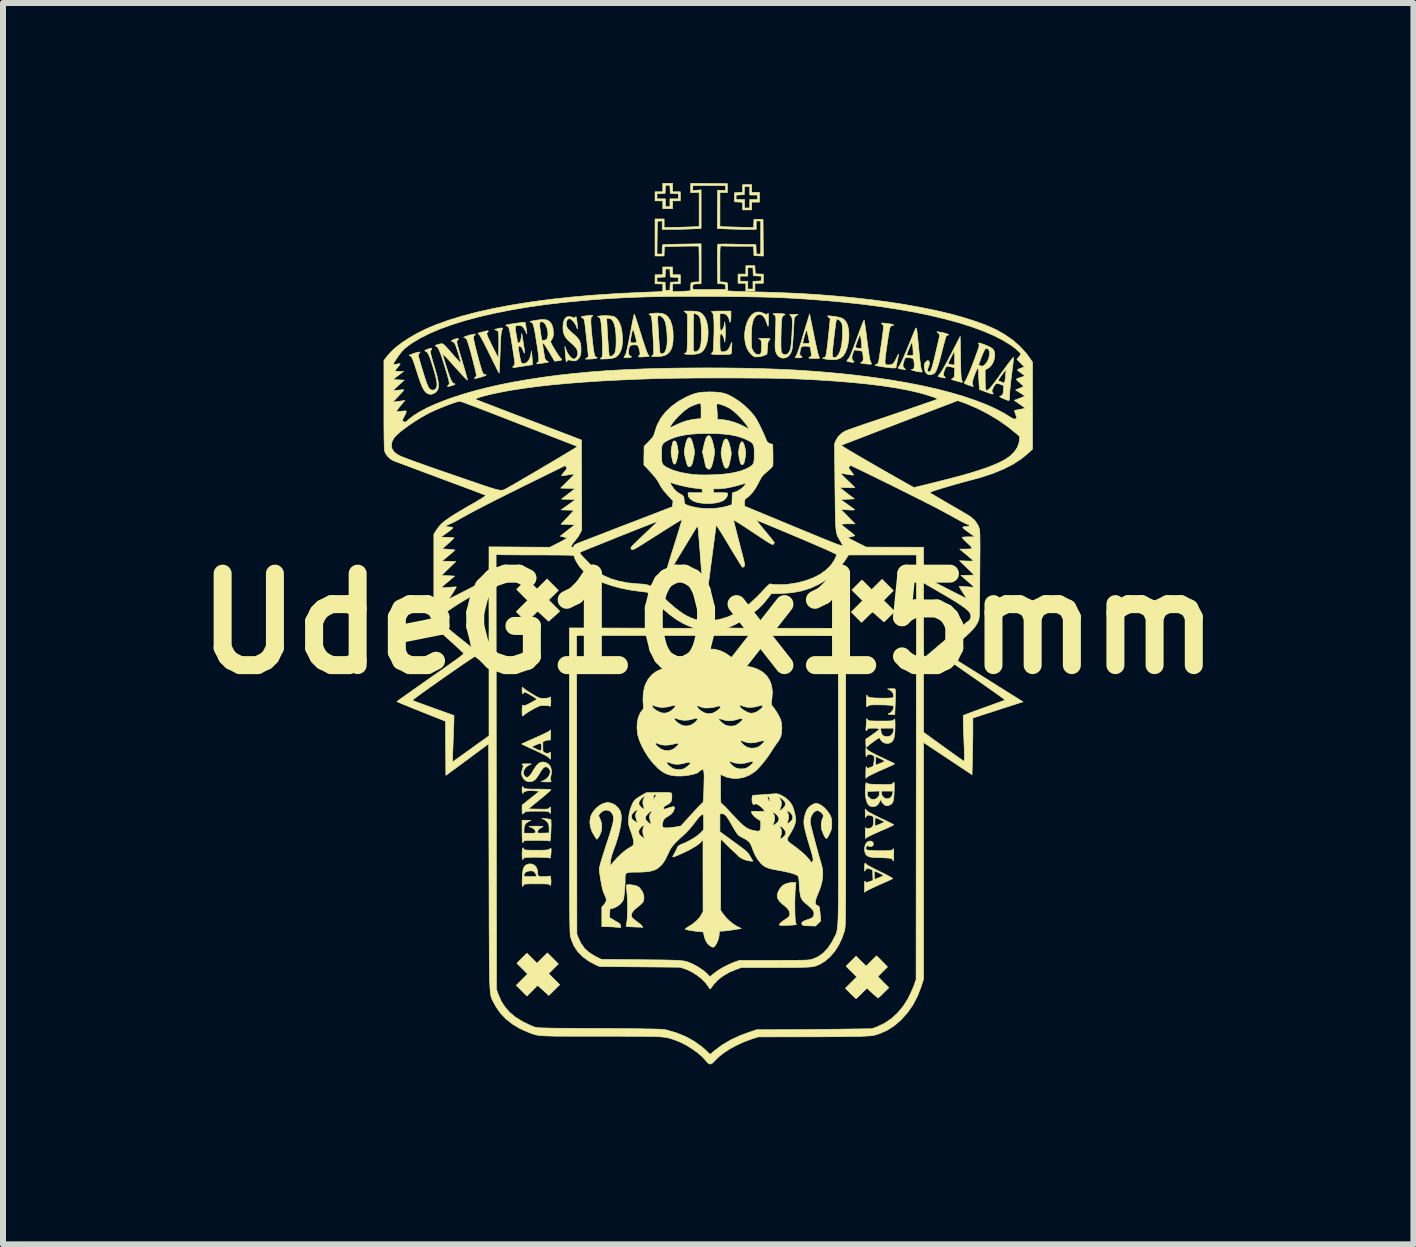
<source format=kicad_pcb>
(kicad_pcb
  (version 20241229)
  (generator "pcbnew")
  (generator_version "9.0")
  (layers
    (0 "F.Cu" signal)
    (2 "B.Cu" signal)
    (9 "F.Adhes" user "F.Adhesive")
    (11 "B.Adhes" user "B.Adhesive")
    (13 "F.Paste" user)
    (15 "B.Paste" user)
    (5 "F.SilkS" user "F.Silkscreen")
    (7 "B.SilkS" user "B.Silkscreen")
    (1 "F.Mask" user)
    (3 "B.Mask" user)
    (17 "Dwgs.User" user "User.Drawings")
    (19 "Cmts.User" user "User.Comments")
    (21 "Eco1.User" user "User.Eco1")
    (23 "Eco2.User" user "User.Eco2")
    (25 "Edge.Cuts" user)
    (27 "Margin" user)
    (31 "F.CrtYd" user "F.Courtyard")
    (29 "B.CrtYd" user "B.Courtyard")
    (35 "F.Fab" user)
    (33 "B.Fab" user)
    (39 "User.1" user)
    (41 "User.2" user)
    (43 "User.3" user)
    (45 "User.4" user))
  (footprint "UdeG10x15mm"
    (layer "F.Cu")
    (at 8.752 7.344)
    (property "Reference" "UdeG10x15mm" (at 0 0 0) (layer "F.SilkS") (effects (font (size 1.524 1.524) (thickness 0.3))))
    (attr through_hole)
    (fp_poly (pts (xy -2.497 5.669) (xy -2.578 5.75) (xy -2.659 5.831) (xy -2.567 5.923) (xy -2.475 6.015) (xy -2.656 6.195) (xy -2.725 6.132) (xy -2.76 6.1) (xy -2.792 6.072) (xy -2.815 6.052) (xy -2.819 6.048) (xy -2.843 6.027) (xy -3.021 6.204) (xy -3.199 6.026) (xy -3.105 5.931) (xy -3.011 5.837) (xy -3.1 5.747) (xy -3.189 5.658) (xy -3.105 5.574) (xy -3.021 5.491) (xy -2.854 5.658) (xy -2.68 5.486) (xy -2.497 5.669)) (stroke (width 0.01) (type solid)) (fill yes) (layer "F.SilkS"))
    (fp_poly (pts (xy 0.58 -3.022) (xy 0.596 -2.989) (xy 0.611 -2.934) (xy 0.612 -2.932) (xy 0.621 -2.883) (xy 0.624 -2.843) (xy 0.621 -2.802) (xy 0.617 -2.777) (xy 0.61 -2.735) (xy 0.601 -2.698) (xy 0.595 -2.676) (xy 0.579 -2.654) (xy 0.56 -2.65) (xy 0.543 -2.665) (xy 0.542 -2.667) (xy 0.533 -2.692) (xy 0.523 -2.731) (xy 0.514 -2.776) (xy 0.508 -2.818) (xy 0.506 -2.848) (xy 0.508 -2.879) (xy 0.514 -2.919) (xy 0.518 -2.942) (xy 0.532 -2.995) (xy 0.547 -3.025) (xy 0.563 -3.034) (xy 0.58 -3.022)) (stroke (width 0.01) (type solid)) (fill yes) (layer "F.SilkS"))
    (fp_poly (pts (xy -0.546 -3.041) (xy -0.536 -3.027) (xy -0.526 -3) (xy -0.515 -2.956) (xy -0.506 -2.911) (xy -0.501 -2.877) (xy -0.502 -2.845) (xy -0.507 -2.806) (xy -0.512 -2.78) (xy -0.525 -2.719) (xy -0.54 -2.679) (xy -0.555 -2.66) (xy -0.57 -2.662) (xy -0.582 -2.678) (xy -0.589 -2.698) (xy -0.598 -2.732) (xy -0.607 -2.774) (xy -0.609 -2.781) (xy -0.617 -2.83) (xy -0.619 -2.869) (xy -0.615 -2.908) (xy -0.61 -2.937) (xy -0.6 -2.988) (xy -0.591 -3.02) (xy -0.582 -3.038) (xy -0.572 -3.046) (xy -0.558 -3.046) (xy -0.546 -3.041)) (stroke (width 0.01) (type solid)) (fill yes) (layer "F.SilkS"))
    (fp_poly (pts (xy 0.724 -7.188) (xy 0.854 -7.188) (xy 0.854 -7.026) (xy 0.724 -7.026) (xy 0.724 -6.896) (xy 0.573 -6.896) (xy 0.573 -7.024) (xy 0.438 -7.031) (xy 0.438 -7.143) (xy 0.465 -7.143) (xy 0.465 -7.069) (xy 0.605 -7.069) (xy 0.605 -6.928) (xy 0.692 -6.928) (xy 0.692 -7.069) (xy 0.821 -7.069) (xy 0.821 -7.144) (xy 0.692 -7.144) (xy 0.692 -7.285) (xy 0.606 -7.285) (xy 0.6 -7.15) (xy 0.465 -7.143) (xy 0.438 -7.143) (xy 0.438 -7.182) (xy 0.573 -7.189) (xy 0.573 -7.317) (xy 0.724 -7.317) (xy 0.724 -7.188)) (stroke (width 0.01) (type solid)) (fill yes) (layer "F.SilkS"))
    (fp_poly (pts (xy -0.594 -7.198) (xy -0.465 -7.198) (xy -0.465 -7.047) (xy -0.594 -7.047) (xy -0.594 -6.917) (xy -0.757 -6.917) (xy -0.757 -7.047) (xy -0.886 -7.047) (xy -0.886 -7.165) (xy -0.854 -7.165) (xy -0.854 -7.08) (xy -0.713 -7.08) (xy -0.713 -6.95) (xy -0.638 -6.95) (xy -0.638 -7.08) (xy -0.497 -7.08) (xy -0.497 -7.165) (xy -0.632 -7.171) (xy -0.639 -7.307) (xy -0.712 -7.307) (xy -0.719 -7.171) (xy -0.786 -7.168) (xy -0.854 -7.165) (xy -0.886 -7.165) (xy -0.886 -7.198) (xy -0.757 -7.198) (xy -0.757 -7.339) (xy -0.594 -7.339) (xy -0.594 -7.198)) (stroke (width 0.01) (type solid)) (fill yes) (layer "F.SilkS"))
    (fp_poly (pts (xy 0.032 -3.124) (xy 0.051 -3.093) (xy 0.07 -3.042) (xy 0.088 -2.972) (xy 0.092 -2.951) (xy 0.101 -2.906) (xy 0.105 -2.872) (xy 0.104 -2.84) (xy 0.099 -2.803) (xy 0.092 -2.762) (xy 0.075 -2.686) (xy 0.059 -2.63) (xy 0.041 -2.594) (xy 0.022 -2.577) (xy 0.002 -2.577) (xy -0.022 -2.594) (xy -0.037 -2.612) (xy -0.043 -2.624) (xy -0.045 -2.637) (xy -0.052 -2.667) (xy -0.061 -2.709) (xy -0.069 -2.748) (xy -0.096 -2.864) (xy -0.07 -2.979) (xy -0.053 -3.044) (xy -0.038 -3.089) (xy -0.021 -3.117) (xy -0.003 -3.132) (xy 0.013 -3.134) (xy 0.032 -3.124)) (stroke (width 0.01) (type solid)) (fill yes) (layer "F.SilkS"))
    (fp_poly (pts (xy 0.78 -5.899) (xy 0.784 -5.831) (xy 0.851 -5.828) (xy 0.919 -5.825) (xy 0.919 -5.674) (xy 0.778 -5.674) (xy 0.778 -5.545) (xy 0.627 -5.545) (xy 0.627 -5.674) (xy 0.497 -5.674) (xy 0.497 -5.793) (xy 0.53 -5.793) (xy 0.53 -5.707) (xy 0.659 -5.707) (xy 0.659 -5.577) (xy 0.746 -5.577) (xy 0.746 -5.706) (xy 0.881 -5.712) (xy 0.888 -5.792) (xy 0.751 -5.799) (xy 0.748 -5.866) (xy 0.745 -5.934) (xy 0.659 -5.934) (xy 0.659 -5.793) (xy 0.53 -5.793) (xy 0.497 -5.793) (xy 0.497 -5.826) (xy 0.627 -5.826) (xy 0.627 -5.966) (xy 0.777 -5.966) (xy 0.78 -5.899)) (stroke (width 0.01) (type solid)) (fill yes) (layer "F.SilkS"))
    (fp_poly (pts (xy 0.325 -3.059) (xy 0.344 -3.019) (xy 0.362 -2.956) (xy 0.367 -2.937) (xy 0.377 -2.89) (xy 0.383 -2.855) (xy 0.383 -2.825) (xy 0.379 -2.791) (xy 0.373 -2.759) (xy 0.359 -2.695) (xy 0.347 -2.648) (xy 0.335 -2.618) (xy 0.321 -2.6) (xy 0.314 -2.594) (xy 0.294 -2.591) (xy 0.277 -2.603) (xy 0.266 -2.624) (xy 0.253 -2.66) (xy 0.239 -2.705) (xy 0.228 -2.754) (xy 0.219 -2.799) (xy 0.215 -2.836) (xy 0.214 -2.843) (xy 0.218 -2.881) (xy 0.226 -2.927) (xy 0.237 -2.975) (xy 0.25 -3.019) (xy 0.262 -3.05) (xy 0.265 -3.056) (xy 0.286 -3.078) (xy 0.306 -3.079) (xy 0.325 -3.059)) (stroke (width 0.01) (type solid)) (fill yes) (layer "F.SilkS"))
    (fp_poly (pts (xy 3.085 -0.551) (xy 2.924 -0.389) (xy 3.016 -0.297) (xy 3.107 -0.205) (xy 3.021 -0.119) (xy 2.986 -0.084) (xy 2.957 -0.056) (xy 2.937 -0.038) (xy 2.929 -0.032) (xy 2.919 -0.039) (xy 2.897 -0.058) (xy 2.866 -0.085) (xy 2.835 -0.113) (xy 2.799 -0.146) (xy 2.768 -0.173) (xy 2.747 -0.19) (xy 2.738 -0.195) (xy 2.728 -0.187) (xy 2.705 -0.168) (xy 2.674 -0.139) (xy 2.643 -0.108) (xy 2.556 -0.022) (xy 2.384 -0.195) (xy 2.478 -0.289) (xy 2.572 -0.384) (xy 2.394 -0.562) (xy 2.478 -0.646) (xy 2.561 -0.729) (xy 2.643 -0.649) (xy 2.724 -0.568) (xy 2.897 -0.74) (xy 3.085 -0.551)) (stroke (width 0.01) (type solid)) (fill yes) (layer "F.SilkS"))
    (fp_poly (pts (xy -2.497 -0.556) (xy -2.659 -0.395) (xy -2.566 -0.302) (xy -2.474 -0.209) (xy -2.566 -0.125) (xy -2.659 -0.041) (xy -2.751 -0.125) (xy -2.844 -0.209) (xy -2.933 -0.121) (xy -2.968 -0.086) (xy -2.998 -0.058) (xy -3.018 -0.039) (xy -3.027 -0.032) (xy -3.036 -0.04) (xy -3.057 -0.059) (xy -3.087 -0.088) (xy -3.116 -0.116) (xy -3.199 -0.2) (xy -3.105 -0.294) (xy -3.011 -0.389) (xy -3.193 -0.573) (xy -3.113 -0.654) (xy -3.079 -0.687) (xy -3.05 -0.714) (xy -3.029 -0.731) (xy -3.022 -0.735) (xy -3.01 -0.728) (xy -2.987 -0.708) (xy -2.956 -0.68) (xy -2.932 -0.657) (xy -2.853 -0.579) (xy -2.769 -0.662) (xy -2.685 -0.746) (xy -2.497 -0.556)) (stroke (width 0.01) (type solid)) (fill yes) (layer "F.SilkS"))
    (fp_poly (pts (xy -0.303 -3.097) (xy -0.286 -3.081) (xy -0.271 -3.047) (xy -0.255 -2.996) (xy -0.248 -2.966) (xy -0.237 -2.918) (xy -0.231 -2.883) (xy -0.23 -2.854) (xy -0.232 -2.823) (xy -0.24 -2.783) (xy -0.242 -2.769) (xy -0.256 -2.708) (xy -0.268 -2.665) (xy -0.281 -2.637) (xy -0.297 -2.622) (xy -0.311 -2.618) (xy -0.33 -2.62) (xy -0.345 -2.638) (xy -0.35 -2.65) (xy -0.36 -2.678) (xy -0.371 -2.719) (xy -0.382 -2.765) (xy -0.384 -2.774) (xy -0.394 -2.82) (xy -0.398 -2.855) (xy -0.397 -2.886) (xy -0.391 -2.925) (xy -0.386 -2.951) (xy -0.371 -3.015) (xy -0.356 -3.06) (xy -0.341 -3.088) (xy -0.324 -3.099) (xy -0.323 -3.1) (xy -0.303 -3.097)) (stroke (width 0.01) (type solid)) (fill yes) (layer "F.SilkS"))
    (fp_poly (pts (xy 2.897 5.626) (xy 2.988 5.718) (xy 2.907 5.799) (xy 2.827 5.88) (xy 2.918 5.972) (xy 3.01 6.064) (xy 2.924 6.15) (xy 2.889 6.185) (xy 2.86 6.212) (xy 2.839 6.231) (xy 2.831 6.237) (xy 2.821 6.23) (xy 2.799 6.211) (xy 2.767 6.184) (xy 2.735 6.155) (xy 2.644 6.073) (xy 2.557 6.16) (xy 2.522 6.195) (xy 2.492 6.223) (xy 2.472 6.241) (xy 2.464 6.247) (xy 2.455 6.24) (xy 2.433 6.221) (xy 2.404 6.192) (xy 2.372 6.161) (xy 2.286 6.074) (xy 2.475 5.885) (xy 2.297 5.707) (xy 2.381 5.623) (xy 2.464 5.54) (xy 2.632 5.707) (xy 2.718 5.62) (xy 2.805 5.534) (xy 2.897 5.626)) (stroke (width 0.01) (type solid)) (fill yes) (layer "F.SilkS"))
    (fp_poly (pts (xy -1.924 -5.134) (xy -1.93 -5.124) (xy -1.94 -5.119) (xy -1.949 -5.109) (xy -1.954 -5.085) (xy -1.956 -5.046) (xy -1.954 -4.99) (xy -1.949 -4.917) (xy -1.941 -4.825) (xy -1.93 -4.722) (xy -1.92 -4.635) (xy -1.911 -4.568) (xy -1.903 -4.518) (xy -1.896 -4.483) (xy -1.887 -4.46) (xy -1.878 -4.447) (xy -1.867 -4.442) (xy -1.864 -4.442) (xy -1.85 -4.437) (xy -1.848 -4.433) (xy -1.858 -4.426) (xy -1.885 -4.419) (xy -1.922 -4.414) (xy -1.966 -4.411) (xy -1.998 -4.41) (xy -2.048 -4.41) (xy -2.022 -4.431) (xy -1.996 -4.451) (xy -2.026 -4.741) (xy -2.035 -4.819) (xy -2.043 -4.891) (xy -2.05 -4.954) (xy -2.056 -5.005) (xy -2.061 -5.041) (xy -2.064 -5.058) (xy -2.078 -5.083) (xy -2.095 -5.096) (xy -2.114 -5.107) (xy -2.115 -5.116) (xy -2.095 -5.123) (xy -2.056 -5.128) (xy -2.015 -5.133) (xy -1.976 -5.138) (xy -1.959 -5.14) (xy -1.934 -5.141) (xy -1.924 -5.134)) (stroke (width 0.01) (type solid)) (fill yes) (layer "F.SilkS"))
    (fp_poly (pts (xy -3.078 3.748) (xy -3.078 3.75) (xy -3.074 3.759) (xy -3.066 3.765) (xy -3.051 3.769) (xy -3.024 3.772) (xy -2.982 3.773) (xy -2.933 3.774) (xy -2.845 3.774) (xy -2.777 3.774) (xy -2.726 3.773) (xy -2.689 3.77) (xy -2.664 3.766) (xy -2.648 3.76) (xy -2.64 3.753) (xy -2.627 3.741) (xy -2.62 3.747) (xy -2.617 3.771) (xy -2.619 3.815) (xy -2.621 3.831) (xy -2.625 3.872) (xy -2.629 3.895) (xy -2.635 3.905) (xy -2.644 3.904) (xy -2.648 3.902) (xy -2.665 3.898) (xy -2.699 3.896) (xy -2.746 3.894) (xy -2.8 3.892) (xy -2.859 3.891) (xy -2.918 3.891) (xy -2.973 3.892) (xy -3.018 3.894) (xy -3.05 3.896) (xy -3.065 3.899) (xy -3.08 3.917) (xy -3.082 3.921) (xy -3.09 3.93) (xy -3.094 3.928) (xy -3.098 3.913) (xy -3.101 3.883) (xy -3.102 3.845) (xy -3.101 3.805) (xy -3.098 3.77) (xy -3.095 3.746) (xy -3.093 3.742) (xy -3.084 3.735) (xy -3.078 3.748)) (stroke (width 0.01) (type solid)) (fill yes) (layer "F.SilkS"))
    (fp_poly (pts (xy 1.452 4.413) (xy 1.448 4.465) (xy 1.446 4.529) (xy 1.444 4.6) (xy 1.443 4.675) (xy 1.444 4.749) (xy 1.445 4.819) (xy 1.447 4.88) (xy 1.45 4.93) (xy 1.454 4.964) (xy 1.456 4.973) (xy 1.468 5.013) (xy 1.428 5.019) (xy 1.4 5.022) (xy 1.357 5.024) (xy 1.308 5.026) (xy 1.283 5.026) (xy 1.235 5.026) (xy 1.205 5.025) (xy 1.189 5.022) (xy 1.184 5.016) (xy 1.187 5.007) (xy 1.189 5.004) (xy 1.203 4.988) (xy 1.231 4.965) (xy 1.266 4.939) (xy 1.279 4.931) (xy 1.318 4.904) (xy 1.342 4.884) (xy 1.354 4.867) (xy 1.359 4.849) (xy 1.36 4.845) (xy 1.354 4.798) (xy 1.328 4.753) (xy 1.29 4.716) (xy 1.227 4.664) (xy 1.183 4.618) (xy 1.157 4.575) (xy 1.149 4.533) (xy 1.157 4.488) (xy 1.181 4.437) (xy 1.203 4.403) (xy 1.246 4.358) (xy 1.302 4.329) (xy 1.372 4.315) (xy 1.403 4.313) (xy 1.461 4.313) (xy 1.452 4.413)) (stroke (width 0.01) (type solid)) (fill yes) (layer "F.SilkS"))
    (fp_poly (pts (xy -1.284 4.351) (xy -1.246 4.356) (xy -1.2 4.367) (xy -1.169 4.381) (xy -1.144 4.4) (xy -1.142 4.403) (xy -1.102 4.457) (xy -1.077 4.516) (xy -1.07 4.573) (xy -1.081 4.625) (xy -1.086 4.636) (xy -1.102 4.656) (xy -1.13 4.683) (xy -1.166 4.712) (xy -1.175 4.72) (xy -1.232 4.767) (xy -1.267 4.811) (xy -1.282 4.852) (xy -1.279 4.881) (xy -1.265 4.901) (xy -1.236 4.928) (xy -1.197 4.958) (xy -1.195 4.959) (xy -1.159 4.986) (xy -1.127 5.011) (xy -1.108 5.031) (xy -1.105 5.034) (xy -1.089 5.058) (xy -1.152 5.056) (xy -1.198 5.055) (xy -1.252 5.052) (xy -1.295 5.05) (xy -1.337 5.048) (xy -1.36 5.043) (xy -1.369 5.037) (xy -1.369 5.031) (xy -1.359 4.994) (xy -1.352 4.939) (xy -1.347 4.87) (xy -1.344 4.79) (xy -1.344 4.705) (xy -1.346 4.618) (xy -1.35 4.531) (xy -1.357 4.45) (xy -1.361 4.418) (xy -1.364 4.382) (xy -1.364 4.363) (xy -1.357 4.354) (xy -1.343 4.349) (xy -1.32 4.348) (xy -1.284 4.351)) (stroke (width 0.01) (type solid)) (fill yes) (layer "F.SilkS"))
    (fp_poly (pts (xy -3.88 -4.825) (xy -3.88 -4.818) (xy -3.894 -4.808) (xy -3.908 -4.79) (xy -3.913 -4.771) (xy -3.91 -4.747) (xy -3.902 -4.707) (xy -3.89 -4.654) (xy -3.875 -4.591) (xy -3.857 -4.522) (xy -3.838 -4.45) (xy -3.819 -4.38) (xy -3.801 -4.315) (xy -3.784 -4.258) (xy -3.77 -4.212) (xy -3.759 -4.183) (xy -3.755 -4.175) (xy -3.735 -4.156) (xy -3.716 -4.15) (xy -3.699 -4.148) (xy -3.702 -4.141) (xy -3.723 -4.131) (xy -3.76 -4.118) (xy -3.794 -4.108) (xy -3.845 -4.094) (xy -3.878 -4.087) (xy -3.894 -4.087) (xy -3.895 -4.093) (xy -3.884 -4.106) (xy -3.882 -4.108) (xy -3.873 -4.116) (xy -3.867 -4.124) (xy -3.864 -4.134) (xy -3.865 -4.15) (xy -3.869 -4.175) (xy -3.877 -4.213) (xy -3.89 -4.265) (xy -3.904 -4.318) (xy -3.927 -4.412) (xy -3.95 -4.499) (xy -3.972 -4.577) (xy -3.991 -4.643) (xy -4.008 -4.694) (xy -4.021 -4.729) (xy -4.027 -4.742) (xy -4.045 -4.761) (xy -4.061 -4.767) (xy -4.074 -4.769) (xy -4.068 -4.776) (xy -4.046 -4.787) (xy -4.008 -4.8) (xy -3.974 -4.81) (xy -3.929 -4.82) (xy -3.898 -4.826) (xy -3.88 -4.825)) (stroke (width 0.01) (type solid)) (fill yes) (layer "F.SilkS"))
    (fp_poly (pts (xy 2.724 3.625) (xy 2.745 3.642) (xy 2.746 3.643) (xy 2.753 3.674) (xy 2.744 3.698) (xy 2.722 3.712) (xy 2.69 3.711) (xy 2.676 3.706) (xy 2.648 3.7) (xy 2.632 3.714) (xy 2.627 3.742) (xy 2.63 3.756) (xy 2.64 3.766) (xy 2.661 3.773) (xy 2.694 3.778) (xy 2.742 3.781) (xy 2.808 3.783) (xy 2.863 3.783) (xy 2.932 3.783) (xy 2.983 3.782) (xy 3.019 3.781) (xy 3.043 3.778) (xy 3.057 3.774) (xy 3.067 3.768) (xy 3.074 3.76) (xy 3.074 3.759) (xy 3.082 3.75) (xy 3.087 3.75) (xy 3.09 3.762) (xy 3.091 3.789) (xy 3.091 3.834) (xy 3.091 3.845) (xy 3.091 3.901) (xy 3.089 3.936) (xy 3.086 3.952) (xy 3.082 3.952) (xy 3.075 3.936) (xy 3.075 3.935) (xy 3.07 3.924) (xy 3.06 3.917) (xy 3.042 3.911) (xy 3.013 3.906) (xy 2.97 3.903) (xy 2.912 3.9) (xy 2.848 3.898) (xy 2.777 3.895) (xy 2.723 3.891) (xy 2.685 3.884) (xy 2.658 3.873) (xy 2.638 3.858) (xy 2.623 3.838) (xy 2.623 3.837) (xy 2.608 3.797) (xy 2.605 3.749) (xy 2.612 3.702) (xy 2.629 3.662) (xy 2.654 3.634) (xy 2.658 3.632) (xy 2.693 3.621) (xy 2.724 3.625)) (stroke (width 0.01) (type solid)) (fill yes) (layer "F.SilkS"))
    (fp_poly (pts (xy 3.859 -4.86) (xy 3.896 -4.854) (xy 3.934 -4.845) (xy 3.968 -4.835) (xy 3.993 -4.825) (xy 4.007 -4.817) (xy 4.004 -4.813) (xy 4.003 -4.812) (xy 3.978 -4.803) (xy 3.967 -4.794) (xy 3.961 -4.78) (xy 3.951 -4.748) (xy 3.938 -4.701) (xy 3.922 -4.642) (xy 3.904 -4.575) (xy 3.892 -4.526) (xy 3.867 -4.429) (xy 3.846 -4.351) (xy 3.827 -4.289) (xy 3.81 -4.243) (xy 3.795 -4.209) (xy 3.78 -4.186) (xy 3.769 -4.174) (xy 3.738 -4.157) (xy 3.702 -4.148) (xy 3.671 -4.15) (xy 3.669 -4.151) (xy 3.634 -4.173) (xy 3.612 -4.211) (xy 3.602 -4.266) (xy 3.601 -4.268) (xy 3.6 -4.306) (xy 3.604 -4.331) (xy 3.615 -4.351) (xy 3.623 -4.361) (xy 3.649 -4.383) (xy 3.67 -4.384) (xy 3.683 -4.367) (xy 3.686 -4.343) (xy 3.68 -4.307) (xy 3.669 -4.276) (xy 3.655 -4.239) (xy 3.656 -4.211) (xy 3.67 -4.197) (xy 3.682 -4.195) (xy 3.692 -4.198) (xy 3.702 -4.208) (xy 3.713 -4.227) (xy 3.724 -4.257) (xy 3.737 -4.299) (xy 3.752 -4.356) (xy 3.771 -4.43) (xy 3.792 -4.521) (xy 3.809 -4.595) (xy 3.824 -4.66) (xy 3.838 -4.717) (xy 3.848 -4.764) (xy 3.855 -4.797) (xy 3.859 -4.812) (xy 3.859 -4.813) (xy 3.852 -4.825) (xy 3.835 -4.843) (xy 3.834 -4.843) (xy 3.81 -4.867) (xy 3.859 -4.86)) (stroke (width 0.01) (type solid)) (fill yes) (layer "F.SilkS"))
    (fp_poly (pts (xy 3.107 1.086) (xy 3.115 1.089) (xy 3.117 1.103) (xy 3.119 1.135) (xy 3.12 1.182) (xy 3.119 1.242) (xy 3.117 1.306) (xy 3.109 1.513) (xy 3.051 1.513) (xy 3.017 1.511) (xy 3 1.506) (xy 2.999 1.502) (xy 3.015 1.492) (xy 3.021 1.492) (xy 3.04 1.483) (xy 3.061 1.46) (xy 3.08 1.431) (xy 3.09 1.403) (xy 3.091 1.395) (xy 3.09 1.378) (xy 3.083 1.369) (xy 3.065 1.363) (xy 3.03 1.359) (xy 3.025 1.358) (xy 2.987 1.355) (xy 2.935 1.353) (xy 2.876 1.352) (xy 2.819 1.351) (xy 2.761 1.351) (xy 2.721 1.353) (xy 2.694 1.356) (xy 2.676 1.36) (xy 2.664 1.368) (xy 2.659 1.373) (xy 2.649 1.382) (xy 2.643 1.383) (xy 2.639 1.375) (xy 2.638 1.352) (xy 2.637 1.313) (xy 2.637 1.284) (xy 2.638 1.235) (xy 2.639 1.204) (xy 2.642 1.191) (xy 2.646 1.191) (xy 2.651 1.2) (xy 2.661 1.214) (xy 2.675 1.223) (xy 2.7 1.229) (xy 2.741 1.235) (xy 2.746 1.235) (xy 2.791 1.238) (xy 2.849 1.24) (xy 2.912 1.241) (xy 2.956 1.24) (xy 3.011 1.239) (xy 3.048 1.237) (xy 3.07 1.234) (xy 3.082 1.229) (xy 3.087 1.222) (xy 3.089 1.212) (xy 3.085 1.17) (xy 3.063 1.132) (xy 3.028 1.106) (xy 2.989 1.086) (xy 3.047 1.083) (xy 3.081 1.083) (xy 3.107 1.086)) (stroke (width 0.01) (type solid)) (fill yes) (layer "F.SilkS"))
    (fp_poly (pts (xy 2.63 4.003) (xy 2.631 4.005) (xy 2.642 4.015) (xy 2.67 4.032) (xy 2.712 4.055) (xy 2.765 4.082) (xy 2.826 4.113) (xy 2.86 4.13) (xy 2.927 4.163) (xy 2.984 4.192) (xy 3.029 4.216) (xy 3.059 4.234) (xy 3.073 4.245) (xy 3.074 4.247) (xy 3.061 4.254) (xy 3.032 4.268) (xy 2.99 4.288) (xy 2.936 4.312) (xy 2.876 4.339) (xy 2.864 4.344) (xy 2.801 4.372) (xy 2.743 4.399) (xy 2.694 4.422) (xy 2.657 4.441) (xy 2.636 4.452) (xy 2.635 4.453) (xy 2.605 4.475) (xy 2.605 4.376) (xy 2.605 4.329) (xy 2.607 4.302) (xy 2.61 4.29) (xy 2.615 4.291) (xy 2.619 4.296) (xy 2.629 4.307) (xy 2.641 4.31) (xy 2.661 4.306) (xy 2.69 4.297) (xy 2.746 4.278) (xy 2.743 4.188) (xy 2.767 4.188) (xy 2.768 4.224) (xy 2.771 4.249) (xy 2.775 4.259) (xy 2.788 4.255) (xy 2.816 4.244) (xy 2.851 4.23) (xy 2.885 4.215) (xy 2.909 4.202) (xy 2.918 4.194) (xy 2.918 4.194) (xy 2.909 4.185) (xy 2.882 4.169) (xy 2.84 4.15) (xy 2.802 4.133) (xy 2.767 4.118) (xy 2.767 4.188) (xy 2.743 4.188) (xy 2.74 4.102) (xy 2.693 4.086) (xy 2.664 4.077) (xy 2.647 4.076) (xy 2.635 4.085) (xy 2.626 4.097) (xy 2.605 4.123) (xy 2.605 4.056) (xy 2.607 4.016) (xy 2.612 3.993) (xy 2.62 3.988) (xy 2.63 4.003)) (stroke (width 0.01) (type solid)) (fill yes) (layer "F.SilkS"))
    (fp_poly (pts (xy 2.943 -5.008) (xy 2.992 -5.002) (xy 3.045 -4.994) (xy 3.078 -4.986) (xy 3.091 -4.979) (xy 3.083 -4.973) (xy 3.067 -4.97) (xy 3.045 -4.958) (xy 3.03 -4.939) (xy 3.025 -4.922) (xy 3.018 -4.885) (xy 3.008 -4.834) (xy 2.998 -4.771) (xy 2.987 -4.699) (xy 2.977 -4.629) (xy 2.964 -4.538) (xy 2.955 -4.467) (xy 2.949 -4.413) (xy 2.946 -4.373) (xy 2.948 -4.345) (xy 2.954 -4.328) (xy 2.964 -4.318) (xy 2.979 -4.314) (xy 2.998 -4.313) (xy 3.009 -4.313) (xy 3.045 -4.316) (xy 3.073 -4.328) (xy 3.097 -4.353) (xy 3.12 -4.393) (xy 3.134 -4.421) (xy 3.151 -4.456) (xy 3.164 -4.482) (xy 3.171 -4.494) (xy 3.172 -4.494) (xy 3.171 -4.483) (xy 3.167 -4.455) (xy 3.159 -4.415) (xy 3.151 -4.377) (xy 3.128 -4.264) (xy 3.085 -4.262) (xy 3.057 -4.263) (xy 3.014 -4.267) (xy 2.963 -4.274) (xy 2.915 -4.28) (xy 2.865 -4.288) (xy 2.823 -4.296) (xy 2.793 -4.302) (xy 2.781 -4.306) (xy 2.785 -4.314) (xy 2.802 -4.322) (xy 2.825 -4.337) (xy 2.836 -4.353) (xy 2.84 -4.37) (xy 2.846 -4.406) (xy 2.854 -4.455) (xy 2.863 -4.515) (xy 2.873 -4.582) (xy 2.884 -4.652) (xy 2.894 -4.722) (xy 2.903 -4.787) (xy 2.91 -4.844) (xy 2.916 -4.89) (xy 2.919 -4.92) (xy 2.92 -4.927) (xy 2.919 -4.962) (xy 2.91 -4.983) (xy 2.902 -4.989) (xy 2.889 -5.002) (xy 2.89 -5.009) (xy 2.908 -5.011) (xy 2.943 -5.008)) (stroke (width 0.01) (type solid)) (fill yes) (layer "F.SilkS"))
    (fp_poly (pts (xy -2.708 2.313) (xy -2.663 2.338) (xy -2.631 2.378) (xy -2.614 2.431) (xy -2.613 2.493) (xy -2.621 2.531) (xy -2.63 2.571) (xy -2.631 2.597) (xy -2.625 2.612) (xy -2.625 2.612) (xy -2.617 2.624) (xy -2.621 2.632) (xy -2.64 2.636) (xy -2.675 2.636) (xy -2.703 2.635) (xy -2.783 2.632) (xy -2.729 2.605) (xy -2.69 2.581) (xy -2.664 2.552) (xy -2.65 2.527) (xy -2.633 2.48) (xy -2.636 2.441) (xy -2.657 2.408) (xy -2.671 2.397) (xy -2.698 2.384) (xy -2.723 2.386) (xy -2.749 2.405) (xy -2.779 2.442) (xy -2.804 2.483) (xy -2.83 2.525) (xy -2.856 2.564) (xy -2.879 2.592) (xy -2.884 2.598) (xy -2.927 2.625) (xy -2.977 2.634) (xy -3.027 2.623) (xy -3.036 2.619) (xy -3.072 2.59) (xy -3.092 2.557) (xy -3.106 2.524) (xy -3.111 2.498) (xy -3.108 2.469) (xy -3.098 2.431) (xy -3.095 2.421) (xy -3.085 2.388) (xy -3.082 2.369) (xy -3.086 2.358) (xy -3.097 2.35) (xy -3.104 2.342) (xy -3.101 2.338) (xy -3.083 2.336) (xy -3.047 2.335) (xy -3.031 2.335) (xy -2.945 2.336) (xy -2.993 2.359) (xy -3.034 2.387) (xy -3.063 2.423) (xy -3.079 2.463) (xy -3.079 2.503) (xy -3.062 2.536) (xy -3.059 2.54) (xy -3.036 2.557) (xy -3.015 2.561) (xy -2.992 2.549) (xy -2.965 2.522) (xy -2.934 2.476) (xy -2.908 2.432) (xy -2.868 2.371) (xy -2.83 2.331) (xy -2.791 2.309) (xy -2.749 2.304) (xy -2.708 2.313)) (stroke (width 0.01) (type solid)) (fill yes) (layer "F.SilkS"))
    (fp_poly (pts (xy 2.647 3.119) (xy 2.668 3.135) (xy 2.706 3.157) (xy 2.759 3.185) (xy 2.823 3.217) (xy 2.885 3.247) (xy 2.946 3.275) (xy 3 3.302) (xy 3.044 3.324) (xy 3.075 3.34) (xy 3.09 3.349) (xy 3.091 3.35) (xy 3.082 3.357) (xy 3.056 3.37) (xy 3.016 3.389) (xy 2.966 3.412) (xy 2.921 3.431) (xy 2.83 3.471) (xy 2.757 3.504) (xy 2.702 3.53) (xy 2.663 3.55) (xy 2.637 3.566) (xy 2.624 3.577) (xy 2.623 3.58) (xy 2.621 3.576) (xy 2.619 3.554) (xy 2.618 3.518) (xy 2.618 3.486) (xy 2.618 3.443) (xy 2.62 3.412) (xy 2.622 3.396) (xy 2.623 3.397) (xy 2.637 3.412) (xy 2.667 3.414) (xy 2.708 3.403) (xy 2.73 3.391) (xy 2.744 3.371) (xy 2.752 3.339) (xy 2.755 3.302) (xy 2.778 3.302) (xy 2.778 3.372) (xy 2.829 3.352) (xy 2.866 3.337) (xy 2.9 3.322) (xy 2.911 3.317) (xy 2.942 3.303) (xy 2.873 3.268) (xy 2.837 3.25) (xy 2.808 3.238) (xy 2.792 3.232) (xy 2.791 3.232) (xy 2.783 3.24) (xy 2.779 3.266) (xy 2.778 3.302) (xy 2.755 3.302) (xy 2.756 3.291) (xy 2.756 3.263) (xy 2.755 3.231) (xy 2.748 3.214) (xy 2.733 3.204) (xy 2.722 3.2) (xy 2.679 3.189) (xy 2.65 3.192) (xy 2.632 3.209) (xy 2.628 3.218) (xy 2.623 3.23) (xy 2.619 3.227) (xy 2.617 3.208) (xy 2.617 3.169) (xy 2.617 3.168) (xy 2.616 3.087) (xy 2.647 3.119)) (stroke (width 0.01) (type solid)) (fill yes) (layer "F.SilkS"))
    (fp_poly (pts (xy -3.427 -4.926) (xy -3.426 -4.925) (xy -3.43 -4.913) (xy -3.439 -4.889) (xy -3.442 -4.884) (xy -3.447 -4.865) (xy -3.451 -4.833) (xy -3.456 -4.786) (xy -3.46 -4.723) (xy -3.464 -4.642) (xy -3.467 -4.542) (xy -3.468 -4.513) (xy -3.471 -4.431) (xy -3.474 -4.355) (xy -3.477 -4.29) (xy -3.48 -4.237) (xy -3.482 -4.199) (xy -3.483 -4.178) (xy -3.484 -4.176) (xy -3.489 -4.184) (xy -3.503 -4.21) (xy -3.524 -4.25) (xy -3.55 -4.304) (xy -3.582 -4.367) (xy -3.617 -4.439) (xy -3.638 -4.481) (xy -3.676 -4.558) (xy -3.712 -4.63) (xy -3.744 -4.693) (xy -3.772 -4.746) (xy -3.794 -4.786) (xy -3.809 -4.81) (xy -3.813 -4.816) (xy -3.839 -4.841) (xy -3.781 -4.857) (xy -3.726 -4.872) (xy -3.69 -4.88) (xy -3.67 -4.881) (xy -3.664 -4.876) (xy -3.671 -4.864) (xy -3.682 -4.851) (xy -3.687 -4.844) (xy -3.689 -4.834) (xy -3.687 -4.819) (xy -3.679 -4.797) (xy -3.666 -4.765) (xy -3.644 -4.72) (xy -3.615 -4.659) (xy -3.601 -4.63) (xy -3.571 -4.57) (xy -3.544 -4.518) (xy -3.522 -4.476) (xy -3.506 -4.447) (xy -3.498 -4.433) (xy -3.497 -4.433) (xy -3.495 -4.445) (xy -3.493 -4.475) (xy -3.492 -4.519) (xy -3.491 -4.572) (xy -3.49 -4.63) (xy -3.49 -4.689) (xy -3.49 -4.746) (xy -3.491 -4.795) (xy -3.493 -4.834) (xy -3.494 -4.857) (xy -3.495 -4.861) (xy -3.512 -4.882) (xy -3.532 -4.893) (xy -3.561 -4.9) (xy -3.523 -4.913) (xy -3.495 -4.922) (xy -3.464 -4.927) (xy -3.439 -4.928) (xy -3.427 -4.926)) (stroke (width 0.01) (type solid)) (fill yes) (layer "F.SilkS"))
    (fp_poly (pts (xy -2.626 1.857) (xy -2.627 1.9) (xy -2.629 1.925) (xy -2.633 1.937) (xy -2.642 1.939) (xy -2.651 1.938) (xy -2.676 1.939) (xy -2.709 1.948) (xy -2.716 1.95) (xy -2.756 1.967) (xy -2.756 2.052) (xy -2.756 2.095) (xy -2.753 2.121) (xy -2.748 2.136) (xy -2.737 2.145) (xy -2.729 2.149) (xy -2.69 2.16) (xy -2.658 2.158) (xy -2.638 2.143) (xy -2.632 2.137) (xy -2.628 2.148) (xy -2.627 2.178) (xy -2.627 2.191) (xy -2.627 2.226) (xy -2.628 2.25) (xy -2.629 2.258) (xy -2.638 2.25) (xy -2.655 2.232) (xy -2.659 2.227) (xy -2.678 2.213) (xy -2.715 2.192) (xy -2.767 2.165) (xy -2.831 2.134) (xy -2.899 2.102) (xy -2.961 2.074) (xy -3.01 2.052) (xy -2.945 2.052) (xy -2.875 2.085) (xy -2.835 2.103) (xy -2.81 2.113) (xy -2.796 2.116) (xy -2.789 2.112) (xy -2.785 2.102) (xy -2.784 2.101) (xy -2.779 2.074) (xy -2.778 2.042) (xy -2.782 2.013) (xy -2.789 1.995) (xy -2.792 1.994) (xy -2.808 1.995) (xy -2.837 2.004) (xy -2.874 2.019) (xy -2.876 2.02) (xy -2.945 2.052) (xy -3.01 2.052) (xy -3.016 2.049) (xy -3.061 2.028) (xy -3.093 2.013) (xy -3.109 2.005) (xy -3.11 2.004) (xy -3.1 1.999) (xy -3.073 1.987) (xy -3.032 1.968) (xy -2.98 1.945) (xy -2.92 1.919) (xy -2.897 1.908) (xy -2.832 1.879) (xy -2.773 1.852) (xy -2.722 1.828) (xy -2.683 1.809) (xy -2.659 1.796) (xy -2.656 1.794) (xy -2.626 1.772) (xy -2.626 1.857)) (stroke (width 0.01) (type solid)) (fill yes) (layer "F.SilkS"))
    (fp_poly (pts (xy -0.302 -5.21) (xy -0.233 -5.208) (xy -0.182 -5.202) (xy -0.143 -5.191) (xy -0.112 -5.173) (xy -0.084 -5.146) (xy -0.083 -5.145) (xy -0.049 -5.094) (xy -0.024 -5.028) (xy -0.008 -4.951) (xy -0.002 -4.868) (xy -0.005 -4.783) (xy -0.017 -4.702) (xy -0.039 -4.629) (xy -0.06 -4.587) (xy -0.089 -4.546) (xy -0.123 -4.518) (xy -0.167 -4.5) (xy -0.225 -4.491) (xy -0.27 -4.488) (xy -0.319 -4.488) (xy -0.359 -4.49) (xy -0.384 -4.494) (xy -0.389 -4.496) (xy -0.399 -4.505) (xy -0.389 -4.507) (xy -0.386 -4.507) (xy -0.368 -4.516) (xy -0.356 -4.535) (xy -0.354 -4.553) (xy -0.351 -4.59) (xy -0.349 -4.643) (xy -0.347 -4.708) (xy -0.346 -4.783) (xy -0.346 -4.821) (xy -0.249 -4.821) (xy -0.248 -4.752) (xy -0.248 -4.687) (xy -0.247 -4.63) (xy -0.246 -4.586) (xy -0.244 -4.556) (xy -0.242 -4.546) (xy -0.227 -4.531) (xy -0.201 -4.532) (xy -0.176 -4.545) (xy -0.155 -4.565) (xy -0.139 -4.594) (xy -0.127 -4.633) (xy -0.119 -4.686) (xy -0.115 -4.756) (xy -0.114 -4.844) (xy -0.114 -4.848) (xy -0.116 -4.936) (xy -0.12 -5.005) (xy -0.128 -5.059) (xy -0.139 -5.098) (xy -0.155 -5.127) (xy -0.177 -5.148) (xy -0.194 -5.158) (xy -0.22 -5.168) (xy -0.238 -5.171) (xy -0.24 -5.171) (xy -0.242 -5.159) (xy -0.244 -5.129) (xy -0.245 -5.084) (xy -0.247 -5.027) (xy -0.248 -4.963) (xy -0.248 -4.893) (xy -0.249 -4.821) (xy -0.346 -4.821) (xy -0.346 -4.86) (xy -0.346 -5.157) (xy -0.374 -5.183) (xy -0.403 -5.21) (xy -0.302 -5.21)) (stroke (width 0.01) (type solid)) (fill yes) (layer "F.SilkS"))
    (fp_poly (pts (xy -3.087 1.066) (xy -3.068 1.082) (xy -3.066 1.084) (xy -3.046 1.099) (xy -3.013 1.122) (xy -2.97 1.149) (xy -2.928 1.175) (xy -2.88 1.204) (xy -2.845 1.223) (xy -2.818 1.235) (xy -2.794 1.241) (xy -2.767 1.243) (xy -2.738 1.243) (xy -2.688 1.241) (xy -2.656 1.234) (xy -2.645 1.227) (xy -2.634 1.22) (xy -2.629 1.226) (xy -2.625 1.25) (xy -2.625 1.257) (xy -2.623 1.295) (xy -2.625 1.33) (xy -2.629 1.359) (xy -2.634 1.376) (xy -2.64 1.376) (xy -2.641 1.375) (xy -2.657 1.367) (xy -2.694 1.363) (xy -2.728 1.362) (xy -2.762 1.362) (xy -2.789 1.365) (xy -2.815 1.371) (xy -2.844 1.384) (xy -2.882 1.403) (xy -2.925 1.427) (xy -2.973 1.454) (xy -3.015 1.481) (xy -3.048 1.503) (xy -3.066 1.518) (xy -3.083 1.534) (xy -3.095 1.538) (xy -3.096 1.538) (xy -3.099 1.523) (xy -3.102 1.495) (xy -3.102 1.458) (xy -3.101 1.419) (xy -3.099 1.385) (xy -3.095 1.363) (xy -3.092 1.357) (xy -3.08 1.359) (xy -3.077 1.365) (xy -3.067 1.367) (xy -3.042 1.359) (xy -3 1.34) (xy -2.966 1.322) (xy -2.923 1.299) (xy -2.888 1.279) (xy -2.864 1.264) (xy -2.857 1.258) (xy -2.864 1.249) (xy -2.886 1.233) (xy -2.918 1.213) (xy -2.955 1.191) (xy -2.992 1.169) (xy -3.025 1.151) (xy -3.05 1.14) (xy -3.051 1.14) (xy -3.07 1.141) (xy -3.076 1.15) (xy -3.086 1.167) (xy -3.095 1.163) (xy -3.1 1.142) (xy -3.102 1.113) (xy -3.101 1.082) (xy -3.099 1.063) (xy -3.097 1.059) (xy -3.087 1.066)) (stroke (width 0.01) (type solid)) (fill yes) (layer "F.SilkS"))
    (fp_poly (pts (xy -2.933 4.006) (xy -2.893 4.027) (xy -2.862 4.063) (xy -2.845 4.11) (xy -2.842 4.136) (xy -2.841 4.173) (xy -2.835 4.196) (xy -2.819 4.209) (xy -2.791 4.214) (xy -2.745 4.215) (xy -2.741 4.215) (xy -2.698 4.214) (xy -2.664 4.21) (xy -2.643 4.205) (xy -2.641 4.204) (xy -2.633 4.204) (xy -2.627 4.223) (xy -2.622 4.256) (xy -2.62 4.293) (xy -2.621 4.326) (xy -2.625 4.35) (xy -2.631 4.362) (xy -2.638 4.357) (xy -2.641 4.352) (xy -2.645 4.346) (xy -2.655 4.341) (xy -2.673 4.338) (xy -2.702 4.336) (xy -2.745 4.335) (xy -2.805 4.334) (xy -2.86 4.334) (xy -2.932 4.334) (xy -2.986 4.335) (xy -3.024 4.336) (xy -3.05 4.338) (xy -3.065 4.341) (xy -3.073 4.346) (xy -3.077 4.353) (xy -3.077 4.356) (xy -3.087 4.373) (xy -3.094 4.377) (xy -3.099 4.367) (xy -3.101 4.335) (xy -3.101 4.281) (xy -3.099 4.238) (xy -3.096 4.19) (xy -3.07 4.19) (xy -3.069 4.202) (xy -3.063 4.209) (xy -3.049 4.213) (xy -3.022 4.215) (xy -2.979 4.215) (xy -2.967 4.215) (xy -2.919 4.215) (xy -2.889 4.213) (xy -2.872 4.21) (xy -2.865 4.203) (xy -2.864 4.195) (xy -2.871 4.173) (xy -2.886 4.147) (xy -2.887 4.147) (xy -2.904 4.129) (xy -2.925 4.12) (xy -2.959 4.118) (xy -2.964 4.118) (xy -3.012 4.125) (xy -3.048 4.143) (xy -3.067 4.172) (xy -3.07 4.19) (xy -3.096 4.19) (xy -3.095 4.166) (xy -3.088 4.112) (xy -3.078 4.073) (xy -3.063 4.045) (xy -3.043 4.025) (xy -3.027 4.016) (xy -2.979 4.001) (xy -2.933 4.006)) (stroke (width 0.01) (type solid)) (fill yes) (layer "F.SilkS"))
    (fp_poly (pts (xy 2.034 -5.129) (xy 2.075 -5.124) (xy 2.108 -5.12) (xy 2.171 -5.109) (xy 2.216 -5.096) (xy 2.25 -5.08) (xy 2.276 -5.056) (xy 2.299 -5.027) (xy 2.323 -4.976) (xy 2.338 -4.909) (xy 2.345 -4.833) (xy 2.342 -4.75) (xy 2.331 -4.667) (xy 2.312 -4.588) (xy 2.285 -4.52) (xy 2.249 -4.464) (xy 2.203 -4.426) (xy 2.146 -4.405) (xy 2.081 -4.4) (xy 2.035 -4.402) (xy 1.989 -4.406) (xy 1.959 -4.409) (xy 1.928 -4.416) (xy 1.909 -4.423) (xy 1.905 -4.429) (xy 1.918 -4.431) (xy 1.922 -4.431) (xy 1.945 -4.44) (xy 1.956 -4.452) (xy 1.962 -4.473) (xy 1.963 -4.476) (xy 2.069 -4.476) (xy 2.071 -4.458) (xy 2.074 -4.449) (xy 2.075 -4.448) (xy 2.094 -4.433) (xy 2.117 -4.436) (xy 2.138 -4.448) (xy 2.168 -4.482) (xy 2.194 -4.534) (xy 2.215 -4.604) (xy 2.229 -4.688) (xy 2.237 -4.785) (xy 2.239 -4.847) (xy 2.238 -4.91) (xy 2.236 -4.956) (xy 2.231 -4.988) (xy 2.224 -5.01) (xy 2.222 -5.014) (xy 2.202 -5.043) (xy 2.178 -5.065) (xy 2.155 -5.076) (xy 2.139 -5.072) (xy 2.135 -5.059) (xy 2.129 -5.027) (xy 2.122 -4.98) (xy 2.114 -4.919) (xy 2.105 -4.849) (xy 2.096 -4.771) (xy 2.095 -4.763) (xy 2.085 -4.672) (xy 2.077 -4.6) (xy 2.072 -4.544) (xy 2.07 -4.504) (xy 2.069 -4.476) (xy 1.963 -4.476) (xy 1.97 -4.515) (xy 1.979 -4.577) (xy 1.989 -4.658) (xy 2 -4.757) (xy 2.012 -4.873) (xy 2.016 -4.912) (xy 2.033 -5.085) (xy 2.009 -5.105) (xy 1.994 -5.12) (xy 1.992 -5.13) (xy 2.004 -5.131) (xy 2.034 -5.129)) (stroke (width 0.01) (type solid)) (fill yes) (layer "F.SilkS"))
    (fp_poly (pts (xy -1.663 -5.132) (xy -1.616 -5.128) (xy -1.581 -5.122) (xy -1.567 -5.118) (xy -1.522 -5.082) (xy -1.485 -5.028) (xy -1.456 -4.957) (xy -1.438 -4.869) (xy -1.43 -4.788) (xy -1.429 -4.697) (xy -1.436 -4.622) (xy -1.453 -4.559) (xy -1.479 -4.506) (xy -1.48 -4.505) (xy -1.507 -4.47) (xy -1.539 -4.444) (xy -1.58 -4.428) (xy -1.635 -4.418) (xy -1.702 -4.413) (xy -1.751 -4.412) (xy -1.781 -4.411) (xy -1.795 -4.413) (xy -1.797 -4.418) (xy -1.789 -4.425) (xy -1.786 -4.427) (xy -1.775 -4.436) (xy -1.768 -4.449) (xy -1.764 -4.468) (xy -1.762 -4.499) (xy -1.762 -4.547) (xy -1.762 -4.562) (xy -1.762 -4.614) (xy -1.764 -4.681) (xy -1.767 -4.756) (xy -1.771 -4.831) (xy -1.773 -4.872) (xy -1.779 -4.951) (xy -1.785 -5.012) (xy -1.792 -5.056) (xy -1.8 -5.086) (xy -1.804 -5.092) (xy -1.693 -5.092) (xy -1.689 -5.024) (xy -1.683 -4.913) (xy -1.677 -4.809) (xy -1.671 -4.716) (xy -1.665 -4.634) (xy -1.66 -4.567) (xy -1.655 -4.514) (xy -1.652 -4.48) (xy -1.649 -4.465) (xy -1.649 -4.465) (xy -1.631 -4.454) (xy -1.604 -4.462) (xy -1.585 -4.475) (xy -1.567 -4.494) (xy -1.553 -4.52) (xy -1.544 -4.556) (xy -1.538 -4.606) (xy -1.535 -4.671) (xy -1.535 -4.721) (xy -1.538 -4.832) (xy -1.549 -4.924) (xy -1.566 -4.995) (xy -1.591 -5.047) (xy -1.622 -5.078) (xy -1.655 -5.089) (xy -1.693 -5.092) (xy -1.804 -5.092) (xy -1.811 -5.103) (xy -1.825 -5.112) (xy -1.835 -5.113) (xy -1.846 -5.115) (xy -1.838 -5.121) (xy -1.832 -5.123) (xy -1.805 -5.129) (xy -1.764 -5.133) (xy -1.714 -5.134) (xy -1.663 -5.132)) (stroke (width 0.01) (type solid)) (fill yes) (layer "F.SilkS"))
    (fp_poly (pts (xy 4.205 -4.435) (xy 4.207 -4.324) (xy 4.209 -4.234) (xy 4.212 -4.164) (xy 4.215 -4.112) (xy 4.219 -4.077) (xy 4.223 -4.058) (xy 4.224 -4.057) (xy 4.234 -4.039) (xy 4.237 -4.028) (xy 4.232 -4.023) (xy 4.213 -4.026) (xy 4.18 -4.034) (xy 4.137 -4.045) (xy 4.098 -4.056) (xy 4.069 -4.065) (xy 4.054 -4.072) (xy 4.053 -4.073) (xy 4.062 -4.083) (xy 4.078 -4.091) (xy 4.09 -4.099) (xy 4.098 -4.112) (xy 4.102 -4.136) (xy 4.105 -4.175) (xy 4.105 -4.184) (xy 4.108 -4.265) (xy 4.053 -4.278) (xy 4.011 -4.287) (xy 3.984 -4.289) (xy 3.967 -4.282) (xy 3.955 -4.264) (xy 3.946 -4.245) (xy 3.928 -4.198) (xy 3.919 -4.166) (xy 3.92 -4.143) (xy 3.93 -4.125) (xy 3.936 -4.119) (xy 3.951 -4.103) (xy 3.95 -4.097) (xy 3.941 -4.096) (xy 3.923 -4.099) (xy 3.894 -4.104) (xy 3.864 -4.111) (xy 3.839 -4.118) (xy 3.827 -4.123) (xy 3.826 -4.123) (xy 3.833 -4.132) (xy 3.85 -4.151) (xy 3.861 -4.164) (xy 3.875 -4.183) (xy 3.897 -4.218) (xy 3.926 -4.268) (xy 3.959 -4.328) (xy 3.965 -4.339) (xy 3.999 -4.339) (xy 4.009 -4.33) (xy 4.032 -4.321) (xy 4.06 -4.315) (xy 4.078 -4.313) (xy 4.107 -4.313) (xy 4.107 -4.426) (xy 4.107 -4.473) (xy 4.105 -4.51) (xy 4.104 -4.534) (xy 4.102 -4.54) (xy 4.096 -4.531) (xy 4.082 -4.507) (xy 4.064 -4.474) (xy 4.045 -4.437) (xy 4.026 -4.399) (xy 4.011 -4.368) (xy 4.001 -4.346) (xy 3.999 -4.339) (xy 3.965 -4.339) (xy 3.996 -4.397) (xy 4.035 -4.471) (xy 4.048 -4.495) (xy 4.199 -4.789) (xy 4.205 -4.435)) (stroke (width 0.01) (type solid)) (fill yes) (layer "F.SilkS"))
    (fp_poly (pts (xy -2.702 3.249) (xy -2.665 3.254) (xy -2.636 3.259) (xy -2.623 3.264) (xy -2.62 3.278) (xy -2.619 3.309) (xy -2.618 3.354) (xy -2.62 3.409) (xy -2.621 3.453) (xy -2.625 3.524) (xy -2.629 3.575) (xy -2.633 3.607) (xy -2.637 3.621) (xy -2.641 3.622) (xy -2.656 3.617) (xy -2.693 3.614) (xy -2.749 3.611) (xy -2.823 3.61) (xy -2.861 3.61) (xy -2.933 3.61) (xy -2.987 3.611) (xy -3.025 3.612) (xy -3.049 3.614) (xy -3.065 3.617) (xy -3.073 3.622) (xy -3.077 3.63) (xy -3.079 3.633) (xy -3.086 3.649) (xy -3.092 3.645) (xy -3.095 3.638) (xy -3.097 3.621) (xy -3.099 3.587) (xy -3.101 3.539) (xy -3.102 3.482) (xy -3.102 3.447) (xy -3.102 3.275) (xy -3.029 3.275) (xy -2.956 3.276) (xy -2.996 3.297) (xy -3.035 3.323) (xy -3.058 3.354) (xy -3.068 3.396) (xy -3.07 3.429) (xy -3.07 3.491) (xy -2.972 3.491) (xy -2.925 3.491) (xy -2.896 3.488) (xy -2.88 3.484) (xy -2.875 3.477) (xy -2.875 3.474) (xy -2.884 3.441) (xy -2.913 3.413) (xy -2.942 3.398) (xy -2.989 3.378) (xy -2.926 3.374) (xy -2.877 3.373) (xy -2.823 3.374) (xy -2.802 3.375) (xy -2.768 3.377) (xy -2.753 3.379) (xy -2.754 3.383) (xy -2.77 3.391) (xy -2.772 3.392) (xy -2.816 3.417) (xy -2.839 3.447) (xy -2.843 3.466) (xy -2.842 3.479) (xy -2.836 3.486) (xy -2.822 3.489) (xy -2.795 3.49) (xy -2.751 3.489) (xy -2.748 3.489) (xy -2.653 3.486) (xy -2.651 3.421) (xy -2.654 3.361) (xy -2.673 3.314) (xy -2.709 3.278) (xy -2.731 3.264) (xy -2.772 3.242) (xy -2.702 3.249)) (stroke (width 0.01) (type solid)) (fill yes) (layer "F.SilkS"))
    (fp_poly (pts (xy 2.651 2.099) (xy 2.671 2.116) (xy 2.712 2.14) (xy 2.77 2.171) (xy 2.847 2.209) (xy 2.886 2.227) (xy 2.948 2.257) (xy 3.003 2.283) (xy 3.049 2.304) (xy 3.082 2.32) (xy 3.099 2.329) (xy 3.101 2.33) (xy 3.103 2.334) (xy 3.1 2.338) (xy 3.089 2.345) (xy 3.069 2.356) (xy 3.038 2.37) (xy 2.992 2.391) (xy 2.93 2.418) (xy 2.884 2.438) (xy 2.82 2.467) (xy 2.762 2.494) (xy 2.712 2.519) (xy 2.675 2.538) (xy 2.654 2.551) (xy 2.651 2.553) (xy 2.626 2.576) (xy 2.627 2.469) (xy 2.628 2.419) (xy 2.63 2.39) (xy 2.634 2.381) (xy 2.638 2.386) (xy 2.644 2.401) (xy 2.651 2.408) (xy 2.664 2.407) (xy 2.69 2.399) (xy 2.704 2.394) (xy 2.734 2.382) (xy 2.75 2.369) (xy 2.757 2.347) (xy 2.76 2.327) (xy 2.764 2.287) (xy 2.789 2.287) (xy 2.79 2.327) (xy 2.794 2.348) (xy 2.801 2.354) (xy 2.802 2.353) (xy 2.819 2.346) (xy 2.848 2.334) (xy 2.878 2.322) (xy 2.91 2.308) (xy 2.933 2.295) (xy 2.94 2.288) (xy 2.931 2.281) (xy 2.908 2.268) (xy 2.877 2.252) (xy 2.845 2.236) (xy 2.816 2.223) (xy 2.796 2.216) (xy 2.793 2.216) (xy 2.791 2.226) (xy 2.789 2.251) (xy 2.789 2.287) (xy 2.764 2.287) (xy 2.765 2.286) (xy 2.767 2.246) (xy 2.767 2.238) (xy 2.765 2.211) (xy 2.755 2.197) (xy 2.732 2.186) (xy 2.725 2.184) (xy 2.684 2.175) (xy 2.657 2.181) (xy 2.639 2.204) (xy 2.638 2.207) (xy 2.633 2.215) (xy 2.629 2.205) (xy 2.628 2.176) (xy 2.627 2.151) (xy 2.627 2.07) (xy 2.651 2.099)) (stroke (width 0.01) (type solid)) (fill yes) (layer "F.SilkS"))
    (fp_poly (pts (xy -0.769 -5.17) (xy -0.724 -5.155) (xy -0.719 -5.153) (xy -0.67 -5.113) (xy -0.632 -5.054) (xy -0.605 -4.979) (xy -0.588 -4.886) (xy -0.584 -4.788) (xy -0.587 -4.702) (xy -0.597 -4.634) (xy -0.615 -4.579) (xy -0.642 -4.533) (xy -0.655 -4.519) (xy -0.687 -4.49) (xy -0.726 -4.47) (xy -0.777 -4.458) (xy -0.842 -4.453) (xy -0.872 -4.453) (xy -0.914 -4.453) (xy -0.937 -4.455) (xy -0.944 -4.458) (xy -0.939 -4.464) (xy -0.931 -4.471) (xy -0.921 -4.478) (xy -0.914 -4.487) (xy -0.91 -4.5) (xy -0.909 -4.522) (xy -0.909 -4.556) (xy -0.911 -4.605) (xy -0.913 -4.652) (xy -0.917 -4.742) (xy -0.922 -4.828) (xy -0.927 -4.909) (xy -0.932 -4.981) (xy -0.937 -5.042) (xy -0.942 -5.087) (xy -0.944 -5.102) (xy -0.843 -5.102) (xy -0.842 -5.076) (xy -0.84 -5.034) (xy -0.837 -4.98) (xy -0.834 -4.916) (xy -0.829 -4.848) (xy -0.825 -4.777) (xy -0.82 -4.709) (xy -0.816 -4.645) (xy -0.811 -4.591) (xy -0.808 -4.548) (xy -0.805 -4.522) (xy -0.804 -4.515) (xy -0.79 -4.499) (xy -0.764 -4.499) (xy -0.744 -4.508) (xy -0.719 -4.533) (xy -0.701 -4.578) (xy -0.688 -4.643) (xy -0.685 -4.678) (xy -0.683 -4.732) (xy -0.685 -4.797) (xy -0.69 -4.866) (xy -0.698 -4.933) (xy -0.707 -4.992) (xy -0.716 -5.029) (xy -0.735 -5.071) (xy -0.762 -5.106) (xy -0.792 -5.128) (xy -0.815 -5.134) (xy -0.835 -5.131) (xy -0.842 -5.116) (xy -0.843 -5.102) (xy -0.944 -5.102) (xy -0.946 -5.115) (xy -0.947 -5.12) (xy -0.962 -5.142) (xy -0.976 -5.15) (xy -0.988 -5.156) (xy -0.983 -5.16) (xy -0.959 -5.167) (xy -0.957 -5.167) (xy -0.891 -5.176) (xy -0.827 -5.177) (xy -0.769 -5.17)) (stroke (width 0.01) (type solid)) (fill yes) (layer "F.SilkS"))
    (fp_poly (pts (xy -3.081 2.722) (xy -3.08 2.728) (xy -3.078 2.737) (xy -3.068 2.744) (xy -3.05 2.749) (xy -3.019 2.752) (xy -2.974 2.755) (xy -2.913 2.756) (xy -2.832 2.756) (xy -2.83 2.756) (xy -2.766 2.757) (xy -2.71 2.758) (xy -2.665 2.76) (xy -2.634 2.762) (xy -2.622 2.765) (xy -2.622 2.765) (xy -2.628 2.775) (xy -2.649 2.795) (xy -2.683 2.825) (xy -2.726 2.863) (xy -2.777 2.905) (xy -2.808 2.93) (xy -2.999 3.086) (xy -2.832 3.089) (xy -2.768 3.09) (xy -2.722 3.09) (xy -2.691 3.089) (xy -2.671 3.086) (xy -2.658 3.081) (xy -2.649 3.073) (xy -2.645 3.069) (xy -2.635 3.057) (xy -2.629 3.057) (xy -2.627 3.071) (xy -2.626 3.104) (xy -2.626 3.109) (xy -2.627 3.143) (xy -2.629 3.159) (xy -2.634 3.16) (xy -2.643 3.148) (xy -2.643 3.148) (xy -2.65 3.139) (xy -2.659 3.133) (xy -2.673 3.129) (xy -2.696 3.126) (xy -2.73 3.124) (xy -2.779 3.124) (xy -2.846 3.124) (xy -2.853 3.124) (xy -2.922 3.124) (xy -2.973 3.124) (xy -3.008 3.126) (xy -3.032 3.128) (xy -3.047 3.132) (xy -3.057 3.139) (xy -3.065 3.147) (xy -3.067 3.15) (xy -3.084 3.167) (xy -3.095 3.17) (xy -3.095 3.17) (xy -3.099 3.157) (xy -3.101 3.128) (xy -3.102 3.092) (xy -3.101 3.021) (xy -2.956 2.906) (xy -2.811 2.791) (xy -2.897 2.784) (xy -2.94 2.781) (xy -2.977 2.78) (xy -3 2.781) (xy -3.002 2.781) (xy -3.027 2.788) (xy -3.051 2.793) (xy -3.073 2.803) (xy -3.08 2.816) (xy -3.086 2.827) (xy -3.091 2.826) (xy -3.098 2.813) (xy -3.101 2.785) (xy -3.102 2.766) (xy -3.1 2.736) (xy -3.095 2.716) (xy -3.091 2.713) (xy -3.081 2.722)) (stroke (width 0.01) (type solid)) (fill yes) (layer "F.SilkS"))
    (fp_poly (pts (xy -2.2 -5.109) (xy -2.194 -5.078) (xy -2.187 -5.031) (xy -2.18 -4.971) (xy -2.177 -4.932) (xy -2.178 -4.914) (xy -2.183 -4.917) (xy -2.192 -4.94) (xy -2.195 -4.95) (xy -2.211 -4.986) (xy -2.235 -5.022) (xy -2.262 -5.053) (xy -2.29 -5.076) (xy -2.313 -5.085) (xy -2.32 -5.084) (xy -2.349 -5.065) (xy -2.364 -5.031) (xy -2.367 -5) (xy -2.364 -4.969) (xy -2.354 -4.941) (xy -2.335 -4.912) (xy -2.302 -4.879) (xy -2.255 -4.837) (xy -2.252 -4.834) (xy -2.201 -4.788) (xy -2.166 -4.749) (xy -2.143 -4.712) (xy -2.129 -4.671) (xy -2.122 -4.622) (xy -2.121 -4.599) (xy -2.12 -4.53) (xy -2.128 -4.478) (xy -2.145 -4.438) (xy -2.173 -4.406) (xy -2.175 -4.404) (xy -2.196 -4.389) (xy -2.216 -4.381) (xy -2.242 -4.381) (xy -2.279 -4.387) (xy -2.316 -4.395) (xy -2.339 -4.396) (xy -2.351 -4.384) (xy -2.354 -4.377) (xy -2.361 -4.363) (xy -2.365 -4.366) (xy -2.369 -4.388) (xy -2.37 -4.394) (xy -2.374 -4.426) (xy -2.379 -4.47) (xy -2.382 -4.519) (xy -2.383 -4.529) (xy -2.389 -4.621) (xy -2.366 -4.558) (xy -2.345 -4.514) (xy -2.318 -4.472) (xy -2.288 -4.438) (xy -2.26 -4.416) (xy -2.24 -4.41) (xy -2.214 -4.42) (xy -2.191 -4.444) (xy -2.176 -4.478) (xy -2.173 -4.504) (xy -2.18 -4.551) (xy -2.202 -4.596) (xy -2.243 -4.642) (xy -2.276 -4.671) (xy -2.335 -4.723) (xy -2.377 -4.772) (xy -2.403 -4.823) (xy -2.417 -4.878) (xy -2.421 -4.941) (xy -2.416 -5.01) (xy -2.4 -5.063) (xy -2.375 -5.1) (xy -2.341 -5.118) (xy -2.299 -5.117) (xy -2.293 -5.116) (xy -2.262 -5.106) (xy -2.238 -5.098) (xy -2.236 -5.097) (xy -2.219 -5.097) (xy -2.209 -5.114) (xy -2.205 -5.12) (xy -2.2 -5.109)) (stroke (width 0.01) (type solid)) (fill yes) (layer "F.SilkS"))
    (fp_poly (pts (xy 3.098 2.647) (xy 3.099 2.669) (xy 3.1 2.707) (xy 3.099 2.765) (xy 3.099 2.778) (xy 3.096 2.853) (xy 3.091 2.91) (xy 3.083 2.952) (xy 3.071 2.982) (xy 3.053 3.003) (xy 3.028 3.018) (xy 3.018 3.023) (xy 2.99 3.033) (xy 2.968 3.032) (xy 2.945 3.023) (xy 2.914 2.999) (xy 2.891 2.965) (xy 2.871 2.924) (xy 2.861 2.956) (xy 2.837 3.003) (xy 2.802 3.035) (xy 2.758 3.048) (xy 2.751 3.048) (xy 2.717 3.044) (xy 2.688 3.035) (xy 2.684 3.032) (xy 2.658 3.002) (xy 2.638 2.954) (xy 2.624 2.892) (xy 2.618 2.829) (xy 2.65 2.829) (xy 2.652 2.858) (xy 2.668 2.885) (xy 2.679 2.897) (xy 2.718 2.924) (xy 2.76 2.93) (xy 2.801 2.915) (xy 2.822 2.898) (xy 2.846 2.866) (xy 2.853 2.83) (xy 2.853 2.827) (xy 2.853 2.789) (xy 2.886 2.789) (xy 2.886 2.819) (xy 2.895 2.858) (xy 2.919 2.891) (xy 2.944 2.908) (xy 2.975 2.917) (xy 3.002 2.914) (xy 3.02 2.908) (xy 3.045 2.892) (xy 3.063 2.865) (xy 3.075 2.824) (xy 3.082 2.789) (xy 2.886 2.789) (xy 2.853 2.789) (xy 2.853 2.788) (xy 2.753 2.791) (xy 2.653 2.794) (xy 2.65 2.829) (xy 2.618 2.829) (xy 2.617 2.819) (xy 2.619 2.739) (xy 2.621 2.712) (xy 2.626 2.674) (xy 2.63 2.653) (xy 2.635 2.648) (xy 2.642 2.655) (xy 2.65 2.661) (xy 2.664 2.667) (xy 2.687 2.671) (xy 2.723 2.674) (xy 2.775 2.676) (xy 2.84 2.678) (xy 2.917 2.68) (xy 2.975 2.68) (xy 3.018 2.679) (xy 3.047 2.675) (xy 3.067 2.669) (xy 3.08 2.66) (xy 3.089 2.647) (xy 3.089 2.646) (xy 3.094 2.64) (xy 3.098 2.647)) (stroke (width 0.01) (type solid)) (fill yes) (layer "F.SilkS"))
    (fp_poly (pts (xy 0.872 -5.192) (xy 0.92 -5.174) (xy 0.955 -5.158) (xy 0.978 -5.155) (xy 0.992 -5.166) (xy 0.997 -5.177) (xy 1 -5.174) (xy 1.002 -5.152) (xy 1.004 -5.116) (xy 1.004 -5.07) (xy 1.004 -5.022) (xy 1.002 -4.985) (xy 1 -4.962) (xy 0.996 -4.956) (xy 0.989 -4.972) (xy 0.978 -5.001) (xy 0.969 -5.028) (xy 0.946 -5.085) (xy 0.916 -5.126) (xy 0.882 -5.15) (xy 0.845 -5.155) (xy 0.809 -5.141) (xy 0.789 -5.123) (xy 0.764 -5.088) (xy 0.745 -5.042) (xy 0.731 -4.983) (xy 0.723 -4.908) (xy 0.719 -4.815) (xy 0.719 -4.772) (xy 0.719 -4.706) (xy 0.72 -4.657) (xy 0.722 -4.622) (xy 0.726 -4.597) (xy 0.732 -4.577) (xy 0.741 -4.558) (xy 0.743 -4.553) (xy 0.771 -4.513) (xy 0.801 -4.491) (xy 0.834 -4.486) (xy 0.856 -4.488) (xy 0.871 -4.496) (xy 0.88 -4.514) (xy 0.885 -4.545) (xy 0.888 -4.594) (xy 0.889 -4.608) (xy 0.89 -4.658) (xy 0.889 -4.69) (xy 0.886 -4.71) (xy 0.879 -4.723) (xy 0.867 -4.734) (xy 0.866 -4.735) (xy 0.841 -4.756) (xy 0.932 -4.756) (xy 0.974 -4.755) (xy 1.008 -4.753) (xy 1.028 -4.75) (xy 1.03 -4.749) (xy 1.028 -4.738) (xy 1.015 -4.725) (xy 1.005 -4.713) (xy 0.997 -4.694) (xy 0.992 -4.663) (xy 0.988 -4.617) (xy 0.987 -4.601) (xy 0.98 -4.495) (xy 0.94 -4.475) (xy 0.901 -4.46) (xy 0.854 -4.45) (xy 0.808 -4.446) (xy 0.773 -4.449) (xy 0.743 -4.466) (xy 0.709 -4.497) (xy 0.676 -4.538) (xy 0.649 -4.584) (xy 0.643 -4.595) (xy 0.62 -4.668) (xy 0.608 -4.753) (xy 0.608 -4.842) (xy 0.62 -4.93) (xy 0.646 -5.017) (xy 0.68 -5.089) (xy 0.72 -5.143) (xy 0.767 -5.179) (xy 0.818 -5.195) (xy 0.872 -5.192)) (stroke (width 0.01) (type solid)) (fill yes) (layer "F.SilkS"))
    (fp_poly (pts (xy 1.758 -4.826) (xy 1.775 -4.743) (xy 1.791 -4.665) (xy 1.807 -4.596) (xy 1.82 -4.539) (xy 1.83 -4.496) (xy 1.837 -4.469) (xy 1.839 -4.464) (xy 1.851 -4.441) (xy 1.857 -4.429) (xy 1.849 -4.425) (xy 1.824 -4.422) (xy 1.786 -4.421) (xy 1.768 -4.421) (xy 1.726 -4.422) (xy 1.694 -4.424) (xy 1.677 -4.428) (xy 1.675 -4.43) (xy 1.684 -4.44) (xy 1.698 -4.446) (xy 1.711 -4.451) (xy 1.717 -4.46) (xy 1.718 -4.48) (xy 1.715 -4.514) (xy 1.714 -4.525) (xy 1.709 -4.564) (xy 1.702 -4.596) (xy 1.695 -4.612) (xy 1.677 -4.621) (xy 1.642 -4.625) (xy 1.62 -4.626) (xy 1.584 -4.625) (xy 1.561 -4.618) (xy 1.547 -4.603) (xy 1.537 -4.573) (xy 1.529 -4.527) (xy 1.529 -4.526) (xy 1.526 -4.494) (xy 1.529 -4.476) (xy 1.542 -4.464) (xy 1.545 -4.462) (xy 1.563 -4.447) (xy 1.563 -4.438) (xy 1.543 -4.433) (xy 1.508 -4.431) (xy 1.475 -4.432) (xy 1.454 -4.435) (xy 1.448 -4.437) (xy 1.454 -4.449) (xy 1.468 -4.47) (xy 1.469 -4.472) (xy 1.479 -4.491) (xy 1.493 -4.528) (xy 1.51 -4.577) (xy 1.53 -4.637) (xy 1.54 -4.669) (xy 1.575 -4.669) (xy 1.631 -4.669) (xy 1.668 -4.672) (xy 1.685 -4.679) (xy 1.686 -4.683) (xy 1.684 -4.702) (xy 1.678 -4.735) (xy 1.67 -4.775) (xy 1.661 -4.817) (xy 1.652 -4.854) (xy 1.645 -4.881) (xy 1.64 -4.892) (xy 1.635 -4.885) (xy 1.625 -4.863) (xy 1.614 -4.83) (xy 1.602 -4.791) (xy 1.591 -4.751) (xy 1.583 -4.715) (xy 1.581 -4.705) (xy 1.575 -4.669) (xy 1.54 -4.669) (xy 1.551 -4.704) (xy 1.557 -4.723) (xy 1.579 -4.798) (xy 1.601 -4.873) (xy 1.623 -4.943) (xy 1.641 -5.004) (xy 1.655 -5.05) (xy 1.656 -5.053) (xy 1.689 -5.161) (xy 1.758 -4.826)) (stroke (width 0.01) (type solid)) (fill yes) (layer "F.SilkS"))
    (fp_poly (pts (xy 1.152 -5.169) (xy 1.191 -5.168) (xy 1.229 -5.166) (xy 1.259 -5.163) (xy 1.275 -5.159) (xy 1.283 -5.153) (xy 1.271 -5.146) (xy 1.267 -5.144) (xy 1.245 -5.127) (xy 1.231 -5.105) (xy 1.227 -5.083) (xy 1.223 -5.044) (xy 1.219 -4.991) (xy 1.216 -4.929) (xy 1.214 -4.861) (xy 1.213 -4.79) (xy 1.212 -4.72) (xy 1.212 -4.655) (xy 1.213 -4.599) (xy 1.215 -4.555) (xy 1.218 -4.527) (xy 1.22 -4.52) (xy 1.245 -4.492) (xy 1.278 -4.481) (xy 1.311 -4.489) (xy 1.316 -4.492) (xy 1.335 -4.508) (xy 1.351 -4.529) (xy 1.364 -4.558) (xy 1.374 -4.597) (xy 1.382 -4.65) (xy 1.388 -4.718) (xy 1.394 -4.804) (xy 1.395 -4.825) (xy 1.399 -4.912) (xy 1.402 -4.979) (xy 1.402 -5.031) (xy 1.4 -5.069) (xy 1.396 -5.096) (xy 1.388 -5.115) (xy 1.378 -5.129) (xy 1.37 -5.137) (xy 1.358 -5.146) (xy 1.357 -5.152) (xy 1.37 -5.154) (xy 1.4 -5.155) (xy 1.421 -5.155) (xy 1.497 -5.156) (xy 1.466 -5.131) (xy 1.434 -5.105) (xy 1.42 -4.863) (xy 1.415 -4.774) (xy 1.41 -4.704) (xy 1.406 -4.649) (xy 1.402 -4.608) (xy 1.397 -4.576) (xy 1.391 -4.551) (xy 1.384 -4.531) (xy 1.375 -4.511) (xy 1.372 -4.505) (xy 1.339 -4.46) (xy 1.297 -4.434) (xy 1.249 -4.426) (xy 1.217 -4.432) (xy 1.178 -4.451) (xy 1.148 -4.483) (xy 1.128 -4.525) (xy 1.122 -4.543) (xy 1.118 -4.563) (xy 1.115 -4.588) (xy 1.114 -4.622) (xy 1.114 -4.667) (xy 1.116 -4.727) (xy 1.119 -4.805) (xy 1.119 -4.813) (xy 1.122 -4.903) (xy 1.125 -4.974) (xy 1.126 -5.029) (xy 1.127 -5.069) (xy 1.126 -5.097) (xy 1.124 -5.115) (xy 1.121 -5.127) (xy 1.116 -5.134) (xy 1.11 -5.139) (xy 1.104 -5.143) (xy 1.087 -5.157) (xy 1.081 -5.165) (xy 1.091 -5.168) (xy 1.116 -5.169) (xy 1.152 -5.169)) (stroke (width 0.01) (type solid)) (fill yes) (layer "F.SilkS"))
    (fp_poly (pts (xy 2.647 1.588) (xy 2.654 1.597) (xy 2.661 1.606) (xy 2.669 1.612) (xy 2.683 1.616) (xy 2.705 1.619) (xy 2.738 1.62) (xy 2.785 1.621) (xy 2.85 1.621) (xy 2.875 1.621) (xy 2.946 1.621) (xy 2.999 1.621) (xy 3.036 1.619) (xy 3.061 1.617) (xy 3.077 1.613) (xy 3.087 1.608) (xy 3.094 1.6) (xy 3.096 1.597) (xy 3.103 1.589) (xy 3.108 1.589) (xy 3.111 1.6) (xy 3.112 1.625) (xy 3.113 1.667) (xy 3.113 1.709) (xy 3.111 1.794) (xy 3.104 1.861) (xy 3.093 1.912) (xy 3.076 1.948) (xy 3.052 1.974) (xy 3.045 1.979) (xy 3.003 1.994) (xy 2.958 1.993) (xy 2.917 1.978) (xy 2.884 1.95) (xy 2.869 1.922) (xy 2.859 1.906) (xy 2.852 1.902) (xy 2.837 1.908) (xy 2.81 1.925) (xy 2.776 1.948) (xy 2.739 1.975) (xy 2.704 2.001) (xy 2.675 2.024) (xy 2.657 2.041) (xy 2.655 2.043) (xy 2.642 2.057) (xy 2.634 2.057) (xy 2.63 2.043) (xy 2.627 2.015) (xy 2.626 1.987) (xy 2.626 1.924) (xy 2.705 1.87) (xy 2.764 1.828) (xy 2.807 1.796) (xy 2.835 1.774) (xy 2.85 1.758) (xy 2.853 1.751) (xy 2.843 1.746) (xy 2.816 1.742) (xy 2.776 1.74) (xy 2.755 1.74) (xy 2.872 1.74) (xy 2.878 1.791) (xy 2.89 1.837) (xy 2.914 1.866) (xy 2.952 1.879) (xy 2.978 1.881) (xy 3.022 1.875) (xy 3.053 1.856) (xy 3.077 1.821) (xy 3.087 1.786) (xy 3.094 1.74) (xy 2.872 1.74) (xy 2.755 1.74) (xy 2.708 1.741) (xy 2.679 1.742) (xy 2.662 1.747) (xy 2.654 1.754) (xy 2.651 1.762) (xy 2.642 1.779) (xy 2.635 1.783) (xy 2.629 1.773) (xy 2.628 1.745) (xy 2.63 1.727) (xy 2.634 1.682) (xy 2.637 1.637) (xy 2.637 1.622) (xy 2.638 1.593) (xy 2.64 1.582) (xy 2.647 1.588)) (stroke (width 0.01) (type solid)) (fill yes) (layer "F.SilkS"))
    (fp_poly (pts (xy -4.608 -4.59) (xy -4.609 -4.578) (xy -4.619 -4.559) (xy -4.624 -4.551) (xy -4.627 -4.542) (xy -4.628 -4.531) (xy -4.627 -4.514) (xy -4.622 -4.49) (xy -4.614 -4.456) (xy -4.601 -4.41) (xy -4.583 -4.349) (xy -4.56 -4.271) (xy -4.545 -4.221) (xy -4.521 -4.132) (xy -4.504 -4.059) (xy -4.496 -4.002) (xy -4.495 -3.956) (xy -4.501 -3.918) (xy -4.511 -3.894) (xy -4.539 -3.858) (xy -4.579 -3.834) (xy -4.622 -3.823) (xy -4.659 -3.828) (xy -4.685 -3.841) (xy -4.708 -3.858) (xy -4.729 -3.883) (xy -4.75 -3.917) (xy -4.772 -3.963) (xy -4.796 -4.024) (xy -4.823 -4.101) (xy -4.853 -4.194) (xy -4.879 -4.275) (xy -4.9 -4.338) (xy -4.917 -4.386) (xy -4.931 -4.42) (xy -4.942 -4.442) (xy -4.953 -4.456) (xy -4.963 -4.463) (xy -4.974 -4.466) (xy -4.983 -4.47) (xy -4.975 -4.477) (xy -4.948 -4.489) (xy -4.937 -4.493) (xy -4.896 -4.508) (xy -4.855 -4.52) (xy -4.835 -4.524) (xy -4.809 -4.529) (xy -4.801 -4.527) (xy -4.807 -4.517) (xy -4.812 -4.511) (xy -4.827 -4.489) (xy -4.831 -4.475) (xy -4.828 -4.459) (xy -4.82 -4.426) (xy -4.807 -4.38) (xy -4.791 -4.325) (xy -4.773 -4.264) (xy -4.754 -4.201) (xy -4.735 -4.139) (xy -4.717 -4.083) (xy -4.702 -4.038) (xy -4.685 -3.992) (xy -4.667 -3.952) (xy -4.651 -3.923) (xy -4.646 -3.916) (xy -4.615 -3.896) (xy -4.581 -3.892) (xy -4.551 -3.904) (xy -4.546 -3.908) (xy -4.53 -3.93) (xy -4.522 -3.959) (xy -4.52 -3.998) (xy -4.526 -4.049) (xy -4.54 -4.113) (xy -4.561 -4.194) (xy -4.589 -4.286) (xy -4.615 -4.368) (xy -4.637 -4.431) (xy -4.656 -4.477) (xy -4.673 -4.509) (xy -4.688 -4.528) (xy -4.702 -4.537) (xy -4.703 -4.537) (xy -4.72 -4.545) (xy -4.723 -4.551) (xy -4.714 -4.559) (xy -4.691 -4.569) (xy -4.662 -4.58) (xy -4.633 -4.588) (xy -4.613 -4.591) (xy -4.608 -4.59)) (stroke (width 0.01) (type solid)) (fill yes) (layer "F.SilkS"))
    (fp_poly (pts (xy 3.47 -4.926) (xy 3.471 -4.922) (xy 3.474 -4.906) (xy 3.479 -4.872) (xy 3.485 -4.822) (xy 3.491 -4.759) (xy 3.499 -4.686) (xy 3.506 -4.607) (xy 3.508 -4.588) (xy 3.516 -4.503) (xy 3.524 -4.424) (xy 3.533 -4.356) (xy 3.54 -4.3) (xy 3.546 -4.26) (xy 3.552 -4.239) (xy 3.552 -4.238) (xy 3.562 -4.213) (xy 3.567 -4.199) (xy 3.567 -4.198) (xy 3.557 -4.194) (xy 3.53 -4.196) (xy 3.489 -4.202) (xy 3.456 -4.209) (xy 3.419 -4.218) (xy 3.394 -4.227) (xy 3.383 -4.233) (xy 3.39 -4.237) (xy 3.396 -4.237) (xy 3.418 -4.243) (xy 3.43 -4.263) (xy 3.434 -4.299) (xy 3.432 -4.344) (xy 3.427 -4.383) (xy 3.421 -4.407) (xy 3.407 -4.421) (xy 3.383 -4.429) (xy 3.343 -4.433) (xy 3.319 -4.434) (xy 3.298 -4.434) (xy 3.284 -4.428) (xy 3.273 -4.409) (xy 3.264 -4.383) (xy 3.249 -4.336) (xy 3.245 -4.302) (xy 3.251 -4.277) (xy 3.267 -4.258) (xy 3.291 -4.234) (xy 3.232 -4.242) (xy 3.191 -4.248) (xy 3.169 -4.255) (xy 3.163 -4.264) (xy 3.172 -4.279) (xy 3.181 -4.289) (xy 3.193 -4.308) (xy 3.211 -4.343) (xy 3.235 -4.393) (xy 3.262 -4.454) (xy 3.274 -4.481) (xy 3.307 -4.481) (xy 3.317 -4.476) (xy 3.342 -4.471) (xy 3.377 -4.467) (xy 3.391 -4.466) (xy 3.407 -4.467) (xy 3.414 -4.479) (xy 3.415 -4.504) (xy 3.414 -4.545) (xy 3.411 -4.589) (xy 3.407 -4.631) (xy 3.402 -4.665) (xy 3.397 -4.686) (xy 3.394 -4.691) (xy 3.388 -4.682) (xy 3.376 -4.657) (xy 3.361 -4.623) (xy 3.345 -4.584) (xy 3.329 -4.545) (xy 3.317 -4.511) (xy 3.309 -4.488) (xy 3.307 -4.481) (xy 3.274 -4.481) (xy 3.292 -4.524) (xy 3.312 -4.572) (xy 3.342 -4.645) (xy 3.371 -4.714) (xy 3.396 -4.777) (xy 3.418 -4.829) (xy 3.433 -4.867) (xy 3.44 -4.884) (xy 3.454 -4.915) (xy 3.463 -4.928) (xy 3.47 -4.926)) (stroke (width 0.01) (type solid)) (fill yes) (layer "F.SilkS"))
    (fp_poly (pts (xy -1.228 -5.15) (xy -1.218 -5.124) (xy -1.203 -5.082) (xy -1.185 -5.026) (xy -1.163 -4.959) (xy -1.14 -4.884) (xy -1.126 -4.841) (xy -1.1 -4.755) (xy -1.074 -4.677) (xy -1.051 -4.608) (xy -1.032 -4.553) (xy -1.016 -4.513) (xy -1.006 -4.49) (xy -1.004 -4.487) (xy -0.981 -4.459) (xy -1.058 -4.449) (xy -1.099 -4.446) (xy -1.133 -4.445) (xy -1.153 -4.447) (xy -1.153 -4.447) (xy -1.164 -4.454) (xy -1.158 -4.463) (xy -1.151 -4.468) (xy -1.139 -4.482) (xy -1.136 -4.503) (xy -1.139 -4.528) (xy -1.148 -4.568) (xy -1.16 -4.606) (xy -1.162 -4.611) (xy -1.173 -4.634) (xy -1.187 -4.644) (xy -1.212 -4.647) (xy -1.227 -4.648) (xy -1.271 -4.645) (xy -1.299 -4.634) (xy -1.315 -4.611) (xy -1.324 -4.573) (xy -1.324 -4.568) (xy -1.328 -4.518) (xy -1.322 -4.485) (xy -1.307 -4.466) (xy -1.294 -4.46) (xy -1.278 -4.453) (xy -1.282 -4.446) (xy -1.286 -4.442) (xy -1.305 -4.436) (xy -1.333 -4.433) (xy -1.364 -4.432) (xy -1.391 -4.434) (xy -1.404 -4.439) (xy -1.405 -4.441) (xy -1.398 -4.455) (xy -1.39 -4.463) (xy -1.382 -4.475) (xy -1.372 -4.498) (xy -1.362 -4.535) (xy -1.349 -4.586) (xy -1.335 -4.653) (xy -1.324 -4.704) (xy -1.297 -4.704) (xy -1.294 -4.689) (xy -1.283 -4.682) (xy -1.257 -4.68) (xy -1.249 -4.68) (xy -1.219 -4.682) (xy -1.198 -4.687) (xy -1.195 -4.69) (xy -1.195 -4.704) (xy -1.2 -4.732) (xy -1.209 -4.77) (xy -1.22 -4.811) (xy -1.231 -4.85) (xy -1.242 -4.883) (xy -1.251 -4.903) (xy -1.254 -4.907) (xy -1.259 -4.897) (xy -1.267 -4.872) (xy -1.275 -4.836) (xy -1.284 -4.795) (xy -1.291 -4.756) (xy -1.296 -4.723) (xy -1.297 -4.704) (xy -1.324 -4.704) (xy -1.318 -4.738) (xy -1.298 -4.841) (xy -1.285 -4.907) (xy -1.272 -4.977) (xy -1.26 -5.04) (xy -1.249 -5.092) (xy -1.24 -5.131) (xy -1.235 -5.154) (xy -1.233 -5.158) (xy -1.228 -5.15)) (stroke (width 0.01) (type solid)) (fill yes) (layer "F.SilkS"))
    (fp_poly (pts (xy 2.6 -5.056) (xy 2.602 -5.045) (xy 2.607 -5.015) (xy 2.613 -4.971) (xy 2.621 -4.915) (xy 2.63 -4.85) (xy 2.632 -4.837) (xy 2.646 -4.724) (xy 2.659 -4.63) (xy 2.669 -4.554) (xy 2.678 -4.494) (xy 2.685 -4.447) (xy 2.692 -4.413) (xy 2.697 -4.388) (xy 2.703 -4.371) (xy 2.708 -4.36) (xy 2.708 -4.359) (xy 2.72 -4.339) (xy 2.724 -4.329) (xy 2.714 -4.326) (xy 2.688 -4.325) (xy 2.65 -4.328) (xy 2.621 -4.331) (xy 2.588 -4.336) (xy 2.563 -4.34) (xy 2.537 -4.346) (xy 2.561 -4.363) (xy 2.574 -4.374) (xy 2.581 -4.388) (xy 2.583 -4.411) (xy 2.581 -4.449) (xy 2.581 -4.455) (xy 2.577 -4.494) (xy 2.571 -4.524) (xy 2.566 -4.539) (xy 2.566 -4.539) (xy 2.55 -4.545) (xy 2.521 -4.551) (xy 2.495 -4.555) (xy 2.433 -4.563) (xy 2.418 -4.527) (xy 2.398 -4.469) (xy 2.394 -4.426) (xy 2.404 -4.395) (xy 2.41 -4.389) (xy 2.427 -4.369) (xy 2.428 -4.359) (xy 2.412 -4.357) (xy 2.377 -4.36) (xy 2.376 -4.36) (xy 2.336 -4.367) (xy 2.315 -4.373) (xy 2.311 -4.381) (xy 2.319 -4.394) (xy 2.325 -4.401) (xy 2.336 -4.413) (xy 2.348 -4.431) (xy 2.36 -4.455) (xy 2.376 -4.488) (xy 2.394 -4.533) (xy 2.417 -4.592) (xy 2.424 -4.61) (xy 2.454 -4.61) (xy 2.464 -4.598) (xy 2.494 -4.591) (xy 2.499 -4.591) (xy 2.53 -4.588) (xy 2.551 -4.585) (xy 2.555 -4.585) (xy 2.559 -4.593) (xy 2.559 -4.618) (xy 2.557 -4.65) (xy 2.55 -4.716) (xy 2.544 -4.763) (xy 2.539 -4.793) (xy 2.535 -4.81) (xy 2.531 -4.814) (xy 2.528 -4.813) (xy 2.52 -4.799) (xy 2.508 -4.77) (xy 2.493 -4.732) (xy 2.478 -4.691) (xy 2.465 -4.653) (xy 2.456 -4.624) (xy 2.454 -4.61) (xy 2.424 -4.61) (xy 2.445 -4.666) (xy 2.478 -4.757) (xy 2.486 -4.777) (xy 2.517 -4.862) (xy 2.542 -4.929) (xy 2.561 -4.979) (xy 2.575 -5.015) (xy 2.586 -5.039) (xy 2.593 -5.052) (xy 2.597 -5.057) (xy 2.6 -5.056)) (stroke (width 0.01) (type solid)) (fill yes) (layer "F.SilkS"))
    (fp_poly (pts (xy 0.378 -5.126) (xy 0.377 -5.079) (xy 0.373 -5.045) (xy 0.368 -5.026) (xy 0.362 -5.025) (xy 0.355 -5.043) (xy 0.353 -5.057) (xy 0.341 -5.095) (xy 0.32 -5.13) (xy 0.318 -5.133) (xy 0.295 -5.155) (xy 0.271 -5.165) (xy 0.242 -5.166) (xy 0.195 -5.166) (xy 0.195 -5.026) (xy 0.195 -4.966) (xy 0.197 -4.925) (xy 0.2 -4.9) (xy 0.204 -4.888) (xy 0.209 -4.885) (xy 0.232 -4.896) (xy 0.251 -4.924) (xy 0.265 -4.965) (xy 0.267 -4.978) (xy 0.275 -5.031) (xy 0.283 -4.956) (xy 0.286 -4.909) (xy 0.286 -4.851) (xy 0.285 -4.792) (xy 0.284 -4.777) (xy 0.28 -4.731) (xy 0.278 -4.705) (xy 0.276 -4.696) (xy 0.273 -4.704) (xy 0.269 -4.725) (xy 0.269 -4.727) (xy 0.258 -4.772) (xy 0.241 -4.807) (xy 0.222 -4.828) (xy 0.211 -4.831) (xy 0.204 -4.828) (xy 0.199 -4.816) (xy 0.196 -4.792) (xy 0.195 -4.753) (xy 0.195 -4.695) (xy 0.195 -4.693) (xy 0.196 -4.624) (xy 0.199 -4.576) (xy 0.204 -4.548) (xy 0.208 -4.542) (xy 0.233 -4.53) (xy 0.268 -4.532) (xy 0.306 -4.548) (xy 0.308 -4.549) (xy 0.325 -4.561) (xy 0.339 -4.578) (xy 0.354 -4.604) (xy 0.371 -4.642) (xy 0.387 -4.68) (xy 0.391 -4.687) (xy 0.394 -4.677) (xy 0.394 -4.649) (xy 0.392 -4.61) (xy 0.39 -4.565) (xy 0.387 -4.528) (xy 0.384 -4.504) (xy 0.383 -4.499) (xy 0.372 -4.494) (xy 0.343 -4.49) (xy 0.302 -4.488) (xy 0.253 -4.486) (xy 0.201 -4.485) (xy 0.151 -4.486) (xy 0.107 -4.488) (xy 0.073 -4.491) (xy 0.056 -4.495) (xy 0.055 -4.495) (xy 0.048 -4.504) (xy 0.06 -4.511) (xy 0.062 -4.512) (xy 0.07 -4.515) (xy 0.076 -4.523) (xy 0.08 -4.537) (xy 0.084 -4.561) (xy 0.087 -4.597) (xy 0.089 -4.649) (xy 0.092 -4.72) (xy 0.092 -4.721) (xy 0.096 -4.836) (xy 0.097 -4.937) (xy 0.096 -5.023) (xy 0.092 -5.092) (xy 0.086 -5.143) (xy 0.078 -5.174) (xy 0.072 -5.183) (xy 0.057 -5.197) (xy 0.054 -5.203) (xy 0.064 -5.205) (xy 0.092 -5.207) (xy 0.135 -5.209) (xy 0.187 -5.21) (xy 0.216 -5.21) (xy 0.378 -5.21) (xy 0.378 -5.126)) (stroke (width 0.01) (type solid)) (fill yes) (layer "F.SilkS"))
    (fp_poly (pts (xy -3.052 -5.023) (xy -3.049 -5.012) (xy -3.044 -4.985) (xy -3.037 -4.949) (xy -3.031 -4.911) (xy -3.026 -4.874) (xy -3.023 -4.846) (xy -3.022 -4.832) (xy -3.023 -4.831) (xy -3.028 -4.84) (xy -3.039 -4.863) (xy -3.046 -4.879) (xy -3.073 -4.927) (xy -3.101 -4.957) (xy -3.134 -4.97) (xy -3.153 -4.972) (xy -3.182 -4.971) (xy -3.201 -4.966) (xy -3.211 -4.955) (xy -3.215 -4.933) (xy -3.212 -4.898) (xy -3.204 -4.846) (xy -3.2 -4.824) (xy -3.191 -4.773) (xy -3.184 -4.731) (xy -3.18 -4.7) (xy -3.178 -4.687) (xy -3.178 -4.687) (xy -3.17 -4.68) (xy -3.153 -4.683) (xy -3.137 -4.693) (xy -3.136 -4.695) (xy -3.127 -4.713) (xy -3.12 -4.745) (xy -3.115 -4.773) (xy -3.107 -4.837) (xy -3.083 -4.69) (xy -3.071 -4.615) (xy -3.063 -4.561) (xy -3.06 -4.527) (xy -3.061 -4.51) (xy -3.066 -4.512) (xy -3.075 -4.529) (xy -3.08 -4.543) (xy -3.099 -4.586) (xy -3.116 -4.612) (xy -3.135 -4.624) (xy -3.148 -4.626) (xy -3.16 -4.624) (xy -3.165 -4.614) (xy -3.164 -4.59) (xy -3.162 -4.574) (xy -3.156 -4.537) (xy -3.148 -4.489) (xy -3.138 -4.439) (xy -3.136 -4.43) (xy -3.127 -4.386) (xy -3.119 -4.358) (xy -3.11 -4.344) (xy -3.099 -4.337) (xy -3.093 -4.336) (xy -3.049 -4.34) (xy -3.012 -4.363) (xy -2.982 -4.405) (xy -2.961 -4.463) (xy -2.955 -4.491) (xy -2.946 -4.545) (xy -2.939 -4.48) (xy -2.934 -4.434) (xy -2.931 -4.388) (xy -2.93 -4.366) (xy -2.929 -4.316) (xy -3.083 -4.293) (xy -3.151 -4.282) (xy -3.2 -4.275) (xy -3.233 -4.271) (xy -3.251 -4.271) (xy -3.258 -4.274) (xy -3.256 -4.281) (xy -3.248 -4.291) (xy -3.243 -4.296) (xy -3.23 -4.311) (xy -3.224 -4.325) (xy -3.223 -4.346) (xy -3.227 -4.379) (xy -3.23 -4.401) (xy -3.249 -4.525) (xy -3.265 -4.63) (xy -3.279 -4.716) (xy -3.291 -4.786) (xy -3.301 -4.841) (xy -3.31 -4.884) (xy -3.318 -4.915) (xy -3.326 -4.936) (xy -3.334 -4.95) (xy -3.342 -4.958) (xy -3.351 -4.961) (xy -3.356 -4.961) (xy -3.372 -4.965) (xy -3.37 -4.973) (xy -3.354 -4.982) (xy -3.337 -4.986) (xy -3.277 -4.996) (xy -3.217 -5.005) (xy -3.16 -5.013) (xy -3.112 -5.019) (xy -3.076 -5.023) (xy -3.056 -5.024) (xy -3.052 -5.023)) (stroke (width 0.01) (type solid)) (fill yes) (layer "F.SilkS"))
    (fp_poly (pts (xy -4.163 -4.749) (xy -4.163 -4.739) (xy -4.178 -4.723) (xy -4.184 -4.718) (xy -4.188 -4.711) (xy -4.189 -4.702) (xy -4.188 -4.687) (xy -4.184 -4.664) (xy -4.176 -4.631) (xy -4.163 -4.587) (xy -4.146 -4.528) (xy -4.124 -4.453) (xy -4.095 -4.36) (xy -4.095 -4.357) (xy -4.072 -4.282) (xy -4.053 -4.214) (xy -4.036 -4.155) (xy -4.023 -4.108) (xy -4.015 -4.076) (xy -4.013 -4.062) (xy -4.013 -4.061) (xy -4.021 -4.066) (xy -4.041 -4.085) (xy -4.072 -4.117) (xy -4.111 -4.159) (xy -4.157 -4.209) (xy -4.209 -4.266) (xy -4.215 -4.273) (xy -4.267 -4.331) (xy -4.315 -4.384) (xy -4.356 -4.429) (xy -4.389 -4.464) (xy -4.411 -4.487) (xy -4.422 -4.496) (xy -4.422 -4.496) (xy -4.423 -4.486) (xy -4.416 -4.456) (xy -4.402 -4.406) (xy -4.381 -4.335) (xy -4.352 -4.246) (xy -4.333 -4.186) (xy -4.307 -4.113) (xy -4.285 -4.059) (xy -4.264 -4.024) (xy -4.245 -4.004) (xy -4.229 -3.999) (xy -4.217 -3.996) (xy -4.223 -3.989) (xy -4.244 -3.978) (xy -4.279 -3.966) (xy -4.288 -3.963) (xy -4.319 -3.955) (xy -4.34 -3.953) (xy -4.345 -3.955) (xy -4.338 -3.969) (xy -4.328 -3.978) (xy -4.321 -3.986) (xy -4.316 -3.997) (xy -4.316 -4.013) (xy -4.319 -4.038) (xy -4.327 -4.072) (xy -4.34 -4.12) (xy -4.358 -4.182) (xy -4.382 -4.262) (xy -4.389 -4.284) (xy -4.419 -4.38) (xy -4.444 -4.457) (xy -4.466 -4.516) (xy -4.485 -4.561) (xy -4.501 -4.592) (xy -4.517 -4.613) (xy -4.531 -4.623) (xy -4.547 -4.631) (xy -4.546 -4.638) (xy -4.526 -4.646) (xy -4.523 -4.648) (xy -4.489 -4.658) (xy -4.453 -4.665) (xy -4.44 -4.666) (xy -4.428 -4.665) (xy -4.415 -4.658) (xy -4.398 -4.644) (xy -4.375 -4.622) (xy -4.345 -4.588) (xy -4.304 -4.542) (xy -4.27 -4.503) (xy -4.226 -4.452) (xy -4.187 -4.409) (xy -4.155 -4.374) (xy -4.132 -4.35) (xy -4.121 -4.34) (xy -4.12 -4.339) (xy -4.121 -4.351) (xy -4.128 -4.379) (xy -4.139 -4.418) (xy -4.152 -4.465) (xy -4.167 -4.516) (xy -4.183 -4.565) (xy -4.198 -4.609) (xy -4.206 -4.634) (xy -4.223 -4.671) (xy -4.24 -4.691) (xy -4.254 -4.697) (xy -4.276 -4.707) (xy -4.276 -4.718) (xy -4.255 -4.73) (xy -4.25 -4.732) (xy -4.209 -4.747) (xy -4.179 -4.752) (xy -4.163 -4.749)) (stroke (width 0.01) (type solid)) (fill yes) (layer "F.SilkS"))
    (fp_poly (pts (xy -2.682 -5.06) (xy -2.639 -5.032) (xy -2.607 -4.987) (xy -2.587 -4.926) (xy -2.58 -4.85) (xy -2.58 -4.85) (xy -2.582 -4.805) (xy -2.588 -4.774) (xy -2.6 -4.75) (xy -2.603 -4.745) (xy -2.619 -4.72) (xy -2.626 -4.701) (xy -2.626 -4.699) (xy -2.621 -4.683) (xy -2.606 -4.653) (xy -2.584 -4.613) (xy -2.558 -4.569) (xy -2.53 -4.524) (xy -2.503 -4.482) (xy -2.479 -4.449) (xy -2.462 -4.427) (xy -2.459 -4.424) (xy -2.443 -4.407) (xy -2.443 -4.396) (xy -2.46 -4.388) (xy -2.495 -4.382) (xy -2.506 -4.381) (xy -2.559 -4.375) (xy -2.636 -4.505) (xy -2.676 -4.571) (xy -2.706 -4.619) (xy -2.728 -4.652) (xy -2.744 -4.67) (xy -2.754 -4.677) (xy -2.758 -4.674) (xy -2.759 -4.66) (xy -2.756 -4.63) (xy -2.75 -4.589) (xy -2.743 -4.542) (xy -2.735 -4.494) (xy -2.727 -4.451) (xy -2.72 -4.416) (xy -2.719 -4.416) (xy -2.703 -4.389) (xy -2.683 -4.376) (xy -2.666 -4.367) (xy -2.664 -4.361) (xy -2.664 -4.36) (xy -2.685 -4.355) (xy -2.718 -4.349) (xy -2.757 -4.343) (xy -2.797 -4.337) (xy -2.831 -4.333) (xy -2.853 -4.332) (xy -2.859 -4.332) (xy -2.855 -4.342) (xy -2.843 -4.353) (xy -2.834 -4.36) (xy -2.828 -4.37) (xy -2.824 -4.385) (xy -2.823 -4.407) (xy -2.825 -4.439) (xy -2.829 -4.482) (xy -2.837 -4.54) (xy -2.848 -4.615) (xy -2.863 -4.708) (xy -2.864 -4.713) (xy -2.878 -4.804) (xy -2.891 -4.876) (xy -2.902 -4.93) (xy -2.912 -4.97) (xy -2.92 -4.994) (xy -2.808 -4.994) (xy -2.807 -4.952) (xy -2.8 -4.894) (xy -2.793 -4.851) (xy -2.785 -4.794) (xy -2.778 -4.756) (xy -2.772 -4.732) (xy -2.765 -4.721) (xy -2.756 -4.718) (xy -2.743 -4.721) (xy -2.732 -4.724) (xy -2.708 -4.731) (xy -2.696 -4.734) (xy -2.695 -4.734) (xy -2.691 -4.743) (xy -2.681 -4.764) (xy -2.68 -4.767) (xy -2.671 -4.808) (xy -2.672 -4.857) (xy -2.681 -4.908) (xy -2.697 -4.957) (xy -2.718 -4.997) (xy -2.743 -5.022) (xy -2.751 -5.026) (xy -2.776 -5.033) (xy -2.794 -5.032) (xy -2.804 -5.019) (xy -2.808 -4.994) (xy -2.92 -4.994) (xy -2.922 -4.997) (xy -2.932 -5.014) (xy -2.944 -5.023) (xy -2.958 -5.026) (xy -2.96 -5.026) (xy -2.97 -5.03) (xy -2.966 -5.035) (xy -2.95 -5.042) (xy -2.918 -5.049) (xy -2.875 -5.056) (xy -2.828 -5.063) (xy -2.781 -5.067) (xy -2.74 -5.069) (xy -2.735 -5.069) (xy -2.682 -5.06)) (stroke (width 0.01) (type solid)) (fill yes) (layer "F.SilkS"))
    (fp_poly (pts (xy 4.536 -4.674) (xy 4.58 -4.659) (xy 4.625 -4.642) (xy 4.684 -4.616) (xy 4.725 -4.592) (xy 4.752 -4.567) (xy 4.767 -4.537) (xy 4.774 -4.501) (xy 4.775 -4.499) (xy 4.772 -4.434) (xy 4.755 -4.371) (xy 4.725 -4.315) (xy 4.684 -4.271) (xy 4.653 -4.251) (xy 4.615 -4.233) (xy 4.615 -4.076) (xy 4.616 -4.018) (xy 4.618 -3.968) (xy 4.62 -3.93) (xy 4.624 -3.907) (xy 4.625 -3.903) (xy 4.634 -3.893) (xy 4.645 -3.889) (xy 4.66 -3.895) (xy 4.679 -3.91) (xy 4.704 -3.936) (xy 4.736 -3.975) (xy 4.777 -4.028) (xy 4.795 -4.053) (xy 4.829 -4.053) (xy 4.876 -4.032) (xy 4.909 -4.017) (xy 4.928 -4.012) (xy 4.937 -4.018) (xy 4.942 -4.036) (xy 4.944 -4.045) (xy 4.948 -4.074) (xy 4.953 -4.115) (xy 4.957 -4.16) (xy 4.957 -4.161) (xy 4.964 -4.242) (xy 4.916 -4.177) (xy 4.889 -4.141) (xy 4.865 -4.107) (xy 4.848 -4.083) (xy 4.848 -4.083) (xy 4.829 -4.053) (xy 4.795 -4.053) (xy 4.827 -4.096) (xy 4.886 -4.179) (xy 4.935 -4.246) (xy 4.979 -4.306) (xy 5.018 -4.357) (xy 5.05 -4.398) (xy 5.073 -4.426) (xy 5.086 -4.439) (xy 5.089 -4.44) (xy 5.088 -4.425) (xy 5.085 -4.391) (xy 5.08 -4.343) (xy 5.073 -4.283) (xy 5.064 -4.214) (xy 5.058 -4.165) (xy 5.048 -4.086) (xy 5.039 -4.009) (xy 5.032 -3.937) (xy 5.026 -3.875) (xy 5.023 -3.828) (xy 5.022 -3.813) (xy 5.02 -3.768) (xy 5.017 -3.736) (xy 5.012 -3.72) (xy 5.01 -3.718) (xy 4.995 -3.722) (xy 4.966 -3.733) (xy 4.935 -3.745) (xy 4.89 -3.765) (xy 4.864 -3.78) (xy 4.856 -3.79) (xy 4.869 -3.794) (xy 4.872 -3.794) (xy 4.894 -3.801) (xy 4.909 -3.823) (xy 4.918 -3.862) (xy 4.921 -3.903) (xy 4.923 -3.969) (xy 4.867 -3.991) (xy 4.831 -4.003) (xy 4.806 -4.004) (xy 4.786 -3.992) (xy 4.767 -3.965) (xy 4.749 -3.931) (xy 4.734 -3.9) (xy 4.728 -3.88) (xy 4.732 -3.865) (xy 4.739 -3.852) (xy 4.748 -3.837) (xy 4.747 -3.829) (xy 4.735 -3.828) (xy 4.709 -3.834) (xy 4.667 -3.849) (xy 4.623 -3.865) (xy 4.521 -3.904) (xy 4.514 -3.985) (xy 4.511 -4.037) (xy 4.508 -4.099) (xy 4.507 -4.157) (xy 4.507 -4.164) (xy 4.506 -4.215) (xy 4.502 -4.245) (xy 4.494 -4.254) (xy 4.482 -4.243) (xy 4.465 -4.212) (xy 4.444 -4.161) (xy 4.418 -4.091) (xy 4.404 -4.039) (xy 4.401 -4.001) (xy 4.408 -3.975) (xy 4.411 -3.97) (xy 4.419 -3.958) (xy 4.413 -3.956) (xy 4.394 -3.959) (xy 4.364 -3.967) (xy 4.327 -3.98) (xy 4.308 -3.988) (xy 4.278 -4.001) (xy 4.265 -4.011) (xy 4.266 -4.02) (xy 4.273 -4.029) (xy 4.29 -4.055) (xy 4.313 -4.101) (xy 4.343 -4.167) (xy 4.377 -4.251) (xy 4.403 -4.316) (xy 4.507 -4.316) (xy 4.518 -4.304) (xy 4.549 -4.295) (xy 4.571 -4.292) (xy 4.587 -4.299) (xy 4.609 -4.317) (xy 4.62 -4.327) (xy 4.65 -4.368) (xy 4.672 -4.417) (xy 4.685 -4.467) (xy 4.689 -4.515) (xy 4.681 -4.554) (xy 4.669 -4.573) (xy 4.65 -4.588) (xy 4.635 -4.591) (xy 4.619 -4.582) (xy 4.602 -4.557) (xy 4.583 -4.516) (xy 4.559 -4.458) (xy 4.54 -4.409) (xy 4.524 -4.366) (xy 4.512 -4.334) (xy 4.508 -4.317) (xy 4.507 -4.316) (xy 4.403 -4.316) (xy 4.417 -4.353) (xy 4.435 -4.399) (xy 4.463 -4.476) (xy 4.485 -4.535) (xy 4.5 -4.579) (xy 4.51 -4.61) (xy 4.514 -4.632) (xy 4.515 -4.647) (xy 4.512 -4.657) (xy 4.507 -4.664) (xy 4.501 -4.676) (xy 4.51 -4.68) (xy 4.536 -4.674)) (stroke (width 0.01) (type solid)) (fill yes) (layer "F.SilkS"))
    (fp_poly (pts (xy 0.095 0.423) (xy 0.19 0.445) (xy 0.283 0.488) (xy 0.376 0.552) (xy 0.432 0.602) (xy 0.53 0.694) (xy 0.612 0.703) (xy 0.727 0.724) (xy 0.827 0.759) (xy 0.91 0.808) (xy 0.976 0.87) (xy 1.024 0.944) (xy 1.056 1.03) (xy 1.069 1.128) (xy 1.063 1.236) (xy 1.06 1.261) (xy 1.053 1.303) (xy 1.051 1.33) (xy 1.054 1.348) (xy 1.062 1.363) (xy 1.069 1.371) (xy 1.11 1.426) (xy 1.15 1.487) (xy 1.183 1.547) (xy 1.202 1.587) (xy 1.215 1.629) (xy 1.223 1.673) (xy 1.226 1.729) (xy 1.226 1.746) (xy 1.222 1.821) (xy 1.208 1.883) (xy 1.18 1.94) (xy 1.142 1.993) (xy 1.121 2.022) (xy 1.093 2.063) (xy 1.063 2.109) (xy 1.048 2.133) (xy 1.009 2.192) (xy 0.964 2.255) (xy 0.915 2.317) (xy 0.866 2.375) (xy 0.822 2.423) (xy 0.784 2.459) (xy 0.78 2.462) (xy 0.693 2.519) (xy 0.599 2.558) (xy 0.503 2.577) (xy 0.407 2.577) (xy 0.313 2.558) (xy 0.258 2.536) (xy 0.205 2.511) (xy 0.205 2.752) (xy 0.205 2.83) (xy 0.206 2.889) (xy 0.207 2.933) (xy 0.209 2.962) (xy 0.212 2.981) (xy 0.216 2.992) (xy 0.221 2.997) (xy 0.225 2.999) (xy 0.239 3.009) (xy 0.264 3.032) (xy 0.297 3.065) (xy 0.334 3.105) (xy 0.343 3.116) (xy 0.39 3.167) (xy 0.443 3.223) (xy 0.494 3.276) (xy 0.532 3.315) (xy 0.589 3.367) (xy 0.641 3.404) (xy 0.696 3.43) (xy 0.758 3.447) (xy 0.798 3.454) (xy 0.834 3.457) (xy 0.857 3.45) (xy 0.869 3.429) (xy 0.875 3.392) (xy 0.875 3.376) (xy 1.193 3.376) (xy 1.193 3.388) (xy 1.203 3.403) (xy 1.217 3.431) (xy 1.221 3.471) (xy 1.216 3.516) (xy 1.206 3.551) (xy 1.196 3.576) (xy 1.198 3.586) (xy 1.212 3.582) (xy 1.238 3.567) (xy 1.265 3.543) (xy 1.285 3.516) (xy 1.286 3.513) (xy 1.293 3.488) (xy 1.289 3.465) (xy 1.279 3.447) (xy 1.26 3.42) (xy 1.236 3.396) (xy 1.213 3.379) (xy 1.196 3.374) (xy 1.193 3.376) (xy 0.875 3.376) (xy 0.875 3.36) (xy 0.875 3.286) (xy 0.821 3.252) (xy 0.787 3.227) (xy 0.756 3.198) (xy 0.733 3.169) (xy 0.723 3.149) (xy 1.074 3.149) (xy 1.085 3.165) (xy 1.087 3.168) (xy 1.102 3.198) (xy 1.107 3.24) (xy 1.102 3.285) (xy 1.088 3.326) (xy 1.077 3.35) (xy 1.078 3.36) (xy 1.093 3.355) (xy 1.12 3.339) (xy 1.159 3.306) (xy 1.178 3.27) (xy 1.175 3.231) (xy 1.15 3.192) (xy 1.14 3.182) (xy 1.114 3.161) (xy 1.093 3.148) (xy 1.078 3.144) (xy 1.074 3.149) (xy 0.723 3.149) (xy 0.72 3.145) (xy 0.721 3.131) (xy 0.735 3.127) (xy 0.767 3.125) (xy 0.813 3.126) (xy 0.828 3.127) (xy 0.872 3.129) (xy 0.908 3.129) (xy 0.93 3.127) (xy 0.934 3.125) (xy 0.934 3.118) (xy 1.312 3.118) (xy 1.314 3.132) (xy 1.323 3.147) (xy 1.337 3.183) (xy 1.339 3.229) (xy 1.33 3.277) (xy 1.325 3.292) (xy 1.316 3.318) (xy 1.321 3.328) (xy 1.339 3.322) (xy 1.368 3.302) (xy 1.399 3.268) (xy 1.41 3.229) (xy 1.401 3.19) (xy 1.372 3.152) (xy 1.351 3.134) (xy 1.324 3.119) (xy 1.312 3.118) (xy 0.934 3.118) (xy 0.932 3.109) (xy 0.916 3.086) (xy 0.889 3.059) (xy 0.856 3.032) (xy 0.845 3.025) (xy 0.814 3.007) (xy 0.793 3.002) (xy 0.776 3.006) (xy 0.775 3.006) (xy 0.756 3.012) (xy 0.745 3.003) (xy 0.732 2.969) (xy 0.728 2.927) (xy 0.733 2.891) (xy 0.733 2.889) (xy 0.988 2.889) (xy 0.99 2.907) (xy 1.001 2.931) (xy 1.015 2.952) (xy 1.029 2.961) (xy 1.031 2.952) (xy 1.027 2.931) (xy 1.026 2.927) (xy 1.015 2.897) (xy 1.187 2.897) (xy 1.187 2.907) (xy 1.199 2.925) (xy 1.218 2.966) (xy 1.219 3.015) (xy 1.205 3.066) (xy 1.195 3.092) (xy 1.189 3.107) (xy 1.189 3.109) (xy 1.196 3.113) (xy 1.214 3.104) (xy 1.241 3.082) (xy 1.248 3.076) (xy 1.274 3.046) (xy 1.285 3.018) (xy 1.286 3.005) (xy 1.281 2.975) (xy 1.261 2.947) (xy 1.248 2.933) (xy 1.22 2.91) (xy 1.199 2.898) (xy 1.187 2.897) (xy 1.015 2.897) (xy 1.014 2.895) (xy 1.002 2.88) (xy 0.991 2.883) (xy 0.988 2.889) (xy 0.733 2.889) (xy 0.742 2.859) (xy 0.86 2.852) (xy 0.921 2.848) (xy 0.985 2.843) (xy 1.042 2.839) (xy 1.066 2.837) (xy 1.112 2.833) (xy 1.144 2.834) (xy 1.171 2.839) (xy 1.199 2.85) (xy 1.212 2.856) (xy 1.281 2.896) (xy 1.341 2.948) (xy 1.386 3.004) (xy 1.389 3.009) (xy 1.409 3.051) (xy 1.428 3.107) (xy 1.444 3.167) (xy 1.455 3.224) (xy 1.459 3.269) (xy 1.452 3.312) (xy 1.435 3.366) (xy 1.408 3.426) (xy 1.376 3.484) (xy 1.359 3.511) (xy 1.331 3.555) (xy 1.32 3.589) (xy 1.325 3.617) (xy 1.349 3.643) (xy 1.387 3.672) (xy 1.459 3.724) (xy 1.529 3.779) (xy 1.593 3.835) (xy 1.647 3.889) (xy 1.688 3.936) (xy 1.708 3.966) (xy 1.717 3.976) (xy 1.73 3.97) (xy 1.735 3.967) (xy 1.743 3.956) (xy 1.747 3.94) (xy 1.747 3.916) (xy 1.74 3.882) (xy 1.728 3.834) (xy 1.71 3.771) (xy 1.691 3.709) (xy 1.654 3.587) (xy 1.626 3.484) (xy 1.606 3.4) (xy 1.595 3.338) (xy 1.594 3.286) (xy 1.603 3.224) (xy 1.62 3.161) (xy 1.643 3.106) (xy 1.649 3.094) (xy 1.679 3.057) (xy 1.718 3.025) (xy 1.761 3.002) (xy 1.798 2.994) (xy 1.841 3.003) (xy 1.889 3.029) (xy 1.937 3.068) (xy 1.982 3.117) (xy 2.021 3.173) (xy 2.034 3.197) (xy 2.048 3.231) (xy 2.056 3.267) (xy 2.059 3.313) (xy 2.059 3.334) (xy 2.058 3.38) (xy 2.054 3.415) (xy 2.044 3.449) (xy 2.026 3.49) (xy 2.018 3.506) (xy 1.996 3.55) (xy 1.98 3.574) (xy 1.965 3.578) (xy 1.95 3.563) (xy 1.93 3.528) (xy 1.919 3.505) (xy 1.891 3.431) (xy 1.882 3.358) (xy 1.892 3.283) (xy 1.918 3.209) (xy 1.916 3.188) (xy 1.9 3.164) (xy 1.875 3.139) (xy 1.847 3.121) (xy 1.82 3.113) (xy 1.818 3.113) (xy 1.784 3.123) (xy 1.752 3.15) (xy 1.726 3.19) (xy 1.707 3.238) (xy 1.7 3.289) (xy 1.702 3.323) (xy 1.706 3.345) (xy 1.716 3.384) (xy 1.729 3.438) (xy 1.746 3.502) (xy 1.765 3.574) (xy 1.785 3.65) (xy 1.806 3.727) (xy 1.826 3.801) (xy 1.845 3.87) (xy 1.862 3.929) (xy 1.876 3.976) (xy 1.885 4.007) (xy 1.887 4.013) (xy 1.906 4.096) (xy 1.909 4.189) (xy 1.898 4.289) (xy 1.871 4.392) (xy 1.841 4.469) (xy 1.811 4.541) (xy 1.792 4.597) (xy 1.785 4.638) (xy 1.788 4.668) (xy 1.802 4.688) (xy 1.824 4.699) (xy 1.837 4.704) (xy 1.846 4.712) (xy 1.852 4.727) (xy 1.857 4.752) (xy 1.861 4.792) (xy 1.865 4.83) (xy 1.876 4.951) (xy 1.787 5.038) (xy 1.681 5.034) (xy 1.63 5.032) (xy 1.597 5.029) (xy 1.576 5.024) (xy 1.565 5.015) (xy 1.563 5.012) (xy 1.557 4.991) (xy 1.568 4.971) (xy 1.599 4.952) (xy 1.649 4.933) (xy 1.655 4.931) (xy 1.704 4.914) (xy 1.736 4.897) (xy 1.753 4.877) (xy 1.761 4.849) (xy 1.762 4.828) (xy 1.76 4.808) (xy 1.753 4.788) (xy 1.739 4.767) (xy 1.715 4.741) (xy 1.68 4.708) (xy 1.631 4.665) (xy 1.612 4.65) (xy 1.583 4.622) (xy 1.561 4.592) (xy 1.544 4.557) (xy 1.533 4.513) (xy 1.525 4.455) (xy 1.519 4.381) (xy 1.517 4.355) (xy 1.514 4.296) (xy 1.51 4.254) (xy 1.505 4.226) (xy 1.498 4.208) (xy 1.49 4.198) (xy 1.464 4.183) (xy 1.42 4.166) (xy 1.36 4.149) (xy 1.287 4.132) (xy 1.204 4.115) (xy 1.155 4.107) (xy 1.072 4.091) (xy 1.007 4.074) (xy 0.955 4.053) (xy 0.913 4.027) (xy 0.878 3.994) (xy 0.868 3.983) (xy 0.815 3.913) (xy 0.772 3.836) (xy 0.742 3.762) (xy 0.74 3.756) (xy 0.718 3.693) (xy 0.69 3.646) (xy 0.653 3.611) (xy 0.603 3.581) (xy 0.596 3.578) (xy 0.557 3.557) (xy 0.522 3.537) (xy 0.499 3.52) (xy 0.499 3.52) (xy 0.485 3.502) (xy 0.463 3.47) (xy 0.436 3.426) (xy 0.406 3.377) (xy 0.398 3.361) (xy 0.359 3.294) (xy 0.328 3.244) (xy 0.303 3.208) (xy 0.281 3.185) (xy 0.26 3.172) (xy 0.24 3.167) (xy 0.23 3.167) (xy 0.195 3.167) (xy 0.195 3.466) (xy 0.423 3.633) (xy 0.493 3.683) (xy 0.547 3.724) (xy 0.589 3.755) (xy 0.62 3.781) (xy 0.644 3.803) (xy 0.662 3.822) (xy 0.677 3.842) (xy 0.691 3.864) (xy 0.699 3.878) (xy 0.745 3.956) (xy 0.714 3.956) (xy 0.669 3.95) (xy 0.618 3.936) (xy 0.569 3.916) (xy 0.529 3.893) (xy 0.513 3.879) (xy 0.493 3.86) (xy 0.462 3.829) (xy 0.422 3.792) (xy 0.378 3.751) (xy 0.362 3.736) (xy 0.318 3.695) (xy 0.279 3.656) (xy 0.248 3.624) (xy 0.228 3.6) (xy 0.225 3.594) (xy 0.221 3.588) (xy 0.217 3.586) (xy 0.215 3.589) (xy 0.212 3.599) (xy 0.211 3.618) (xy 0.209 3.646) (xy 0.208 3.687) (xy 0.207 3.74) (xy 0.207 3.809) (xy 0.206 3.894) (xy 0.206 3.996) (xy 0.206 4.119) (xy 0.206 4.168) (xy 0.205 4.774) (xy 0.239 4.824) (xy 0.288 4.888) (xy 0.349 4.949) (xy 0.415 5.003) (xy 0.478 5.042) (xy 0.552 5.079) (xy 0.516 5.085) (xy 0.46 5.094) (xy 0.4 5.103) (xy 0.34 5.112) (xy 0.287 5.118) (xy 0.246 5.122) (xy 0.224 5.123) (xy 0.184 5.123) (xy 0.184 5.171) (xy 0.175 5.236) (xy 0.15 5.305) (xy 0.124 5.353) (xy 0.102 5.381) (xy 0.083 5.391) (xy 0.059 5.385) (xy 0.036 5.372) (xy -0.007 5.334) (xy -0.042 5.281) (xy -0.065 5.216) (xy -0.068 5.201) (xy -0.08 5.136) (xy -0.156 5.129) (xy -0.216 5.123) (xy -0.272 5.115) (xy -0.321 5.107) (xy -0.358 5.099) (xy -0.379 5.093) (xy -0.382 5.091) (xy -0.378 5.082) (xy -0.359 5.067) (xy -0.332 5.05) (xy -0.261 5.005) (xy -0.199 4.954) (xy -0.149 4.903) (xy -0.116 4.853) (xy -0.115 4.852) (xy -0.086 4.795) (xy -0.087 4.194) (xy -0.087 3.594) (xy -0.109 3.623) (xy -0.146 3.661) (xy -0.204 3.704) (xy -0.28 3.749) (xy -0.341 3.782) (xy -0.4 3.81) (xy -0.456 3.836) (xy -0.507 3.858) (xy -0.549 3.875) (xy -0.578 3.885) (xy -0.591 3.887) (xy -0.592 3.887) (xy -0.589 3.876) (xy -0.577 3.853) (xy -0.564 3.83) (xy -0.543 3.792) (xy -0.525 3.754) (xy -0.518 3.738) (xy -0.505 3.711) (xy -0.484 3.693) (xy -0.455 3.68) (xy -0.384 3.65) (xy -0.311 3.613) (xy -0.242 3.573) (xy -0.182 3.533) (xy -0.137 3.495) (xy -0.133 3.492) (xy -0.076 3.432) (xy -0.076 3.305) (xy -0.077 3.244) (xy -0.079 3.202) (xy -0.084 3.181) (xy -0.087 3.178) (xy -0.105 3.182) (xy -0.124 3.194) (xy -0.149 3.219) (xy -0.181 3.256) (xy -0.222 3.309) (xy -0.231 3.322) (xy -0.276 3.38) (xy -0.325 3.436) (xy -0.372 3.486) (xy -0.401 3.513) (xy -0.473 3.578) (xy -0.531 3.633) (xy -0.575 3.68) (xy -0.608 3.721) (xy -0.633 3.759) (xy -0.642 3.778) (xy -0.675 3.848) (xy -0.702 3.902) (xy -0.724 3.943) (xy -0.743 3.974) (xy -0.761 3.999) (xy -0.781 4.021) (xy -0.784 4.025) (xy -0.824 4.062) (xy -0.865 4.09) (xy -0.913 4.111) (xy -0.969 4.125) (xy -1.038 4.134) (xy -1.122 4.139) (xy -1.195 4.14) (xy -1.263 4.14) (xy -1.313 4.143) (xy -1.347 4.149) (xy -1.369 4.162) (xy -1.38 4.182) (xy -1.385 4.212) (xy -1.385 4.254) (xy -1.385 4.266) (xy -1.385 4.312) (xy -1.388 4.369) (xy -1.392 4.432) (xy -1.398 4.493) (xy -1.404 4.547) (xy -1.41 4.586) (xy -1.411 4.591) (xy -1.428 4.627) (xy -1.46 4.665) (xy -1.502 4.7) (xy -1.548 4.727) (xy -1.594 4.743) (xy -1.599 4.744) (xy -1.637 4.751) (xy -1.641 4.823) (xy -1.644 4.896) (xy -1.586 4.931) (xy -1.55 4.953) (xy -1.515 4.973) (xy -1.497 4.983) (xy -1.47 5.005) (xy -1.461 5.031) (xy -1.457 5.062) (xy -1.557 5.055) (xy -1.61 5.051) (xy -1.662 5.049) (xy -1.705 5.048) (xy -1.715 5.048) (xy -1.773 5.048) (xy -1.773 4.721) (xy -1.735 4.679) (xy -1.71 4.645) (xy -1.699 4.613) (xy -1.702 4.577) (xy -1.72 4.531) (xy -1.729 4.511) (xy -1.745 4.475) (xy -1.759 4.431) (xy -1.772 4.376) (xy -1.786 4.304) (xy -1.789 4.287) (xy -1.798 4.227) (xy -1.807 4.171) (xy -1.813 4.124) (xy -1.816 4.091) (xy -1.816 4.084) (xy -1.812 4.062) (xy -1.802 4.022) (xy -1.787 3.966) (xy -1.766 3.895) (xy -1.74 3.812) (xy -1.71 3.719) (xy -1.697 3.679) (xy -1.662 3.573) (xy -1.634 3.485) (xy -1.612 3.412) (xy -1.596 3.354) (xy -1.585 3.307) (xy -1.58 3.269) (xy -1.578 3.239) (xy -1.581 3.214) (xy -1.587 3.191) (xy -1.596 3.17) (xy -1.625 3.132) (xy -1.663 3.11) (xy -1.706 3.105) (xy -1.75 3.118) (xy -1.791 3.148) (xy -1.793 3.151) (xy -1.813 3.175) (xy -1.825 3.193) (xy -1.827 3.197) (xy -1.822 3.21) (xy -1.81 3.236) (xy -1.8 3.258) (xy -1.778 3.322) (xy -1.773 3.394) (xy -1.784 3.465) (xy -1.81 3.53) (xy -1.831 3.561) (xy -1.856 3.593) (xy -1.893 3.541) (xy -1.937 3.463) (xy -1.964 3.382) (xy -1.973 3.303) (xy -1.963 3.227) (xy -1.949 3.187) (xy -1.912 3.125) (xy -1.864 3.071) (xy -1.808 3.026) (xy -1.749 2.995) (xy -1.69 2.98) (xy -1.675 2.979) (xy -1.614 2.99) (xy -1.556 3.018) (xy -1.507 3.061) (xy -1.47 3.115) (xy -1.465 3.126) (xy -1.451 3.182) (xy -1.448 3.255) (xy -1.457 3.343) (xy -1.476 3.445) (xy -1.505 3.559) (xy -1.545 3.683) (xy -1.579 3.774) (xy -1.607 3.858) (xy -1.625 3.931) (xy -1.629 3.961) (xy -1.636 4.037) (xy -1.575 3.965) (xy -1.518 3.903) (xy -1.457 3.843) (xy -1.398 3.791) (xy -1.343 3.751) (xy -1.314 3.733) (xy -1.283 3.715) (xy -1.26 3.699) (xy -1.251 3.692) (xy -1.242 3.667) (xy -1.243 3.628) (xy -1.253 3.576) (xy -1.273 3.508) (xy -1.288 3.464) (xy -1.16 3.464) (xy -1.151 3.503) (xy -1.151 3.503) (xy -1.135 3.524) (xy -1.111 3.547) (xy -1.086 3.567) (xy -1.066 3.577) (xy -1.062 3.578) (xy -1.065 3.569) (xy -1.073 3.547) (xy -1.076 3.54) (xy -1.088 3.496) (xy -1.091 3.449) (xy -1.085 3.407) (xy -1.075 3.385) (xy -1.066 3.367) (xy -1.072 3.361) (xy -1.088 3.366) (xy -1.112 3.383) (xy -1.117 3.388) (xy -1.149 3.427) (xy -1.16 3.464) (xy -1.288 3.464) (xy -1.303 3.423) (xy -1.312 3.399) (xy -1.327 3.337) (xy -1.329 3.262) (xy -1.323 3.21) (xy -1.282 3.21) (xy -1.272 3.245) (xy -1.27 3.25) (xy -1.254 3.268) (xy -1.231 3.287) (xy -1.207 3.304) (xy -1.188 3.314) (xy -1.181 3.314) (xy -1.183 3.303) (xy -1.191 3.28) (xy -1.194 3.272) (xy -1.204 3.237) (xy -1.048 3.237) (xy -1.039 3.269) (xy -1.01 3.303) (xy -0.983 3.327) (xy -0.962 3.339) (xy -0.952 3.34) (xy -0.951 3.337) (xy -0.954 3.326) (xy -0.962 3.301) (xy -0.968 3.28) (xy -0.978 3.227) (xy -0.974 3.185) (xy -0.956 3.156) (xy -0.956 3.156) (xy -0.943 3.14) (xy -0.94 3.133) (xy -0.947 3.124) (xy -0.965 3.13) (xy -0.992 3.152) (xy -1.006 3.166) (xy -1.037 3.203) (xy -1.048 3.237) (xy -1.204 3.237) (xy -1.209 3.219) (xy -1.208 3.172) (xy -1.193 3.134) (xy -1.187 3.127) (xy -1.174 3.109) (xy -1.175 3.101) (xy -1.189 3.104) (xy -1.211 3.115) (xy -1.236 3.135) (xy -1.27 3.173) (xy -1.282 3.21) (xy -1.323 3.21) (xy -1.32 3.18) (xy -1.3 3.096) (xy -1.269 3.015) (xy -1.259 2.994) (xy -1.258 2.991) (xy -1.157 2.991) (xy -1.148 3.024) (xy -1.118 3.058) (xy -1.088 3.082) (xy -1.072 3.089) (xy -1.067 3.08) (xy -1.074 3.053) (xy -1.076 3.047) (xy -1.089 2.995) (xy -1.088 2.953) (xy -1.081 2.935) (xy -0.922 2.935) (xy -0.892 2.899) (xy -0.873 2.873) (xy -0.87 2.857) (xy -0.874 2.851) (xy -0.89 2.845) (xy -0.903 2.86) (xy -0.914 2.894) (xy -0.915 2.897) (xy -0.922 2.935) (xy -1.081 2.935) (xy -1.072 2.913) (xy -1.07 2.91) (xy -1.058 2.886) (xy -1.06 2.876) (xy -1.074 2.882) (xy -1.099 2.902) (xy -1.115 2.917) (xy -1.146 2.956) (xy -1.157 2.991) (xy -1.258 2.991) (xy -1.243 2.965) (xy -1.227 2.943) (xy -1.206 2.923) (xy -1.176 2.901) (xy -1.133 2.874) (xy -1.114 2.863) (xy -1.033 2.816) (xy -0.828 2.813) (xy -0.752 2.812) (xy -0.695 2.812) (xy -0.655 2.814) (xy -0.63 2.817) (xy -0.617 2.821) (xy -0.614 2.823) (xy -0.607 2.849) (xy -0.606 2.886) (xy -0.609 2.925) (xy -0.618 2.958) (xy -0.623 2.968) (xy -0.643 2.989) (xy -0.674 3.011) (xy -0.693 3.022) (xy -0.729 3.043) (xy -0.745 3.063) (xy -0.746 3.07) (xy -0.745 3.082) (xy -0.74 3.089) (xy -0.727 3.089) (xy -0.701 3.082) (xy -0.661 3.069) (xy -0.614 3.055) (xy -0.585 3.049) (xy -0.569 3.051) (xy -0.563 3.062) (xy -0.565 3.082) (xy -0.566 3.088) (xy -0.584 3.133) (xy -0.621 3.176) (xy -0.677 3.213) (xy -0.682 3.216) (xy -0.718 3.239) (xy -0.741 3.266) (xy -0.75 3.285) (xy -0.765 3.337) (xy -0.764 3.374) (xy -0.751 3.394) (xy -0.73 3.401) (xy -0.692 3.402) (xy -0.641 3.4) (xy -0.58 3.392) (xy -0.516 3.382) (xy -0.455 3.37) (xy -0.284 3.182) (xy -0.235 3.128) (xy -0.19 3.08) (xy -0.151 3.04) (xy -0.121 3.01) (xy -0.102 2.992) (xy -0.096 2.988) (xy -0.091 2.984) (xy -0.086 2.974) (xy -0.083 2.955) (xy -0.08 2.924) (xy -0.077 2.88) (xy -0.075 2.82) (xy -0.072 2.742) (xy -0.072 2.724) (xy -0.07 2.633) (xy -0.068 2.562) (xy -0.069 2.509) (xy -0.072 2.471) (xy -0.077 2.446) (xy -0.084 2.433) (xy -0.095 2.429) (xy -0.109 2.433) (xy -0.12 2.438) (xy -0.145 2.455) (xy -0.16 2.47) (xy -0.177 2.484) (xy -0.212 2.498) (xy -0.26 2.511) (xy -0.316 2.523) (xy -0.378 2.531) (xy -0.438 2.537) (xy -0.539 2.537) (xy -0.626 2.525) (xy -0.703 2.5) (xy -0.774 2.459) (xy -0.845 2.402) (xy -0.846 2.4) (xy -0.919 2.323) (xy -0.925 2.316) (xy -0.692 2.316) (xy -0.683 2.334) (xy -0.662 2.358) (xy -0.632 2.383) (xy -0.6 2.406) (xy -0.579 2.417) (xy -0.534 2.428) (xy -0.481 2.431) (xy -0.43 2.424) (xy -0.407 2.417) (xy -0.379 2.401) (xy -0.345 2.376) (xy -0.33 2.362) (xy -0.306 2.339) (xy -0.296 2.325) (xy -0.299 2.316) (xy -0.305 2.312) (xy -0.326 2.308) (xy 0.355 2.308) (xy 0.368 2.328) (xy 0.39 2.352) (xy 0.419 2.377) (xy 0.449 2.397) (xy 0.454 2.4) (xy 0.503 2.416) (xy 0.561 2.42) (xy 0.617 2.412) (xy 0.646 2.4) (xy 0.68 2.379) (xy 0.714 2.351) (xy 0.722 2.342) (xy 0.743 2.32) (xy 0.749 2.307) (xy 0.743 2.3) (xy 0.739 2.298) (xy 0.719 2.297) (xy 0.687 2.303) (xy 0.666 2.31) (xy 0.612 2.323) (xy 0.551 2.329) (xy 0.491 2.327) (xy 0.438 2.319) (xy 0.409 2.309) (xy 0.381 2.298) (xy 0.36 2.296) (xy 0.356 2.297) (xy 0.355 2.308) (xy -0.326 2.308) (xy -0.33 2.308) (xy -0.369 2.317) (xy -0.375 2.319) (xy -0.446 2.336) (xy -0.516 2.343) (xy -0.579 2.337) (xy -0.605 2.33) (xy -0.647 2.314) (xy -0.673 2.306) (xy -0.686 2.305) (xy -0.691 2.309) (xy -0.692 2.316) (xy -0.925 2.316) (xy -0.989 2.235) (xy -1.051 2.139) (xy -1.105 2.041) (xy -1.121 2.002) (xy -0.88 2.002) (xy -0.863 2.028) (xy -0.853 2.038) (xy -0.796 2.084) (xy -0.735 2.11) (xy -0.672 2.117) (xy -0.609 2.102) (xy -0.6 2.098) (xy -0.565 2.077) (xy -0.53 2.049) (xy -0.52 2.039) (xy -0.499 2.013) (xy -0.495 1.997) (xy -0.51 1.992) (xy -0.544 1.997) (xy -0.579 2.006) (xy -0.648 2.02) (xy -0.718 2.024) (xy -0.781 2.017) (xy -0.83 2.001) (xy -0.863 1.988) (xy -0.88 1.989) (xy -0.88 2.002) (xy -1.121 2.002) (xy -1.14 1.959) (xy 0.54 1.959) (xy 0.549 1.977) (xy 0.57 2.001) (xy 0.6 2.027) (xy 0.632 2.049) (xy 0.653 2.06) (xy 0.703 2.073) (xy 0.76 2.073) (xy 0.813 2.062) (xy 0.83 2.055) (xy 0.863 2.033) (xy 0.897 2.005) (xy 0.906 1.996) (xy 0.927 1.973) (xy 0.934 1.961) (xy 0.929 1.954) (xy 0.922 1.952) (xy 0.899 1.951) (xy 0.867 1.958) (xy 0.853 1.962) (xy 0.785 1.98) (xy 0.716 1.986) (xy 0.654 1.981) (xy 0.627 1.973) (xy 0.585 1.958) (xy 0.559 1.95) (xy 0.546 1.948) (xy 0.541 1.952) (xy 0.54 1.959) (xy -1.14 1.959) (xy -1.146 1.945) (xy -1.173 1.855) (xy -1.178 1.833) (xy -1.187 1.735) (xy -1.182 1.642) (xy -1.17 1.586) (xy -0.566 1.586) (xy -0.554 1.606) (xy -0.531 1.632) (xy -0.501 1.657) (xy -0.498 1.659) (xy -0.438 1.692) (xy -0.381 1.705) (xy -0.323 1.699) (xy -0.301 1.693) (xy -0.256 1.671) (xy -0.215 1.64) (xy -0.185 1.607) (xy -0.184 1.606) (xy -0.177 1.586) (xy -0.181 1.583) (xy 0.175 1.583) (xy 0.178 1.594) (xy 0.193 1.614) (xy 0.217 1.638) (xy 0.245 1.662) (xy 0.272 1.681) (xy 0.281 1.687) (xy 0.328 1.702) (xy 0.383 1.707) (xy 0.437 1.7) (xy 0.457 1.693) (xy 0.486 1.677) (xy 0.52 1.652) (xy 0.535 1.64) (xy 0.56 1.616) (xy 0.569 1.6) (xy 0.566 1.589) (xy 0.565 1.588) (xy 0.553 1.581) (xy 0.533 1.581) (xy 0.5 1.59) (xy 0.495 1.592) (xy 0.417 1.612) (xy 0.35 1.618) (xy 0.288 1.611) (xy 0.25 1.6) (xy 0.214 1.589) (xy 0.188 1.583) (xy 0.175 1.583) (xy -0.181 1.583) (xy -0.189 1.577) (xy -0.218 1.579) (xy -0.261 1.59) (xy -0.334 1.606) (xy -0.407 1.609) (xy -0.473 1.6) (xy -0.506 1.589) (xy -0.536 1.577) (xy -0.558 1.572) (xy -0.563 1.573) (xy -0.566 1.586) (xy -1.17 1.586) (xy -1.163 1.557) (xy -1.131 1.484) (xy -1.097 1.438) (xy -1.084 1.422) (xy -1.078 1.406) (xy -1.077 1.384) (xy -1.078 1.374) (xy -0.935 1.374) (xy -0.92 1.398) (xy -0.913 1.406) (xy -0.875 1.438) (xy -0.827 1.465) (xy -0.778 1.484) (xy -0.735 1.491) (xy -0.7 1.486) (xy -0.662 1.475) (xy -0.654 1.471) (xy -0.619 1.45) (xy -0.584 1.422) (xy -0.573 1.411) (xy -0.55 1.383) (xy -0.55 1.38) (xy -0.187 1.38) (xy -0.176 1.401) (xy -0.153 1.426) (xy -0.122 1.451) (xy -0.12 1.453) (xy -0.057 1.487) (xy 0.004 1.5) (xy 0.064 1.493) (xy 0.093 1.482) (xy 0.129 1.462) (xy 0.166 1.435) (xy 0.177 1.426) (xy 0.201 1.404) (xy 0.21 1.391) (xy 0.206 1.381) (xy 0.201 1.377) (xy 0.198 1.376) (xy 0.524 1.376) (xy 0.538 1.397) (xy 0.564 1.421) (xy 0.598 1.445) (xy 0.635 1.466) (xy 0.672 1.483) (xy 0.704 1.491) (xy 0.713 1.492) (xy 0.742 1.489) (xy 0.777 1.481) (xy 0.78 1.48) (xy 0.808 1.468) (xy 0.839 1.449) (xy 0.869 1.425) (xy 0.894 1.401) (xy 0.909 1.38) (xy 0.912 1.366) (xy 0.91 1.364) (xy 0.89 1.361) (xy 0.854 1.368) (xy 0.83 1.374) (xy 0.764 1.389) (xy 0.696 1.394) (xy 0.633 1.389) (xy 0.583 1.375) (xy 0.578 1.373) (xy 0.545 1.359) (xy 0.526 1.361) (xy 0.525 1.362) (xy 0.524 1.376) (xy 0.198 1.376) (xy 0.184 1.371) (xy 0.16 1.374) (xy 0.138 1.381) (xy 0.103 1.39) (xy 0.057 1.398) (xy 0.01 1.402) (xy -0.038 1.404) (xy -0.074 1.401) (xy -0.106 1.392) (xy -0.124 1.385) (xy -0.155 1.373) (xy -0.178 1.367) (xy -0.185 1.368) (xy -0.187 1.38) (xy -0.55 1.38) (xy -0.546 1.366) (xy -0.561 1.36) (xy -0.594 1.365) (xy -0.629 1.374) (xy -0.696 1.389) (xy -0.763 1.394) (xy -0.826 1.389) (xy -0.876 1.375) (xy -0.881 1.373) (xy -0.914 1.36) (xy -0.933 1.36) (xy -0.935 1.374) (xy -1.078 1.374) (xy -1.081 1.348) (xy -1.083 1.335) (xy -1.087 1.265) (xy -1.084 1.186) (xy -1.073 1.107) (xy -1.056 1.037) (xy -1.048 1.014) (xy -1.002 0.926) (xy -0.942 0.853) (xy -0.867 0.796) (xy -0.778 0.755) (xy -0.675 0.73) (xy -0.579 0.722) (xy -0.535 0.721) (xy -0.507 0.718) (xy -0.489 0.711) (xy -0.474 0.698) (xy -0.46 0.683) (xy -0.425 0.647) (xy -0.378 0.606) (xy -0.323 0.563) (xy -0.268 0.524) (xy -0.218 0.493) (xy -0.204 0.486) (xy -0.102 0.444) (xy -0.002 0.423) (xy 0.095 0.423)) (stroke (width 0.01) (type solid)) (fill yes) (layer "F.SilkS"))
    (fp_poly (pts (xy 0.014 -7.336) (xy 0.319 -7.334) (xy 0.319 -7.183) (xy 0.195 -7.189) (xy 0.195 -6.618) (xy 0.407 -6.611) (xy 0.478 -6.609) (xy 0.546 -6.607) (xy 0.607 -6.605) (xy 0.656 -6.604) (xy 0.688 -6.604) (xy 0.756 -6.604) (xy 0.762 -6.739) (xy 0.913 -6.739) (xy 0.916 -6.433) (xy 0.919 -6.127) (xy 0.841 -6.131) (xy 0.762 -6.134) (xy 0.759 -6.212) (xy 0.756 -6.291) (xy 0.492 -6.291) (xy 0.418 -6.291) (xy 0.351 -6.292) (xy 0.293 -6.293) (xy 0.249 -6.294) (xy 0.22 -6.296) (xy 0.212 -6.297) (xy 0.207 -6.297) (xy 0.203 -6.292) (xy 0.2 -6.279) (xy 0.198 -6.256) (xy 0.196 -6.221) (xy 0.195 -6.171) (xy 0.195 -6.104) (xy 0.195 -6.019) (xy 0.195 -6) (xy 0.195 -5.696) (xy 0.226 -5.696) (xy 0.26 -5.694) (xy 0.29 -5.689) (xy 0.309 -5.685) (xy 0.319 -5.677) (xy 0.323 -5.66) (xy 0.324 -5.628) (xy 0.324 -5.615) (xy 0.324 -5.547) (xy 0.413 -5.541) (xy 0.447 -5.539) (xy 0.499 -5.537) (xy 0.566 -5.535) (xy 0.642 -5.533) (xy 0.726 -5.531) (xy 0.812 -5.529) (xy 0.827 -5.529) (xy 1.16 -5.519) (xy 1.488 -5.505) (xy 1.81 -5.486) (xy 2.124 -5.461) (xy 2.43 -5.432) (xy 2.726 -5.398) (xy 3.011 -5.36) (xy 3.284 -5.318) (xy 3.543 -5.271) (xy 3.789 -5.221) (xy 4.019 -5.167) (xy 4.232 -5.109) (xy 4.427 -5.048) (xy 4.604 -4.985) (xy 4.76 -4.918) (xy 4.783 -4.907) (xy 4.93 -4.826) (xy 5.066 -4.733) (xy 5.187 -4.628) (xy 5.292 -4.515) (xy 5.348 -4.44) (xy 5.404 -4.358) (xy 5.404 -2.91) (xy 5.335 -2.845) (xy 5.217 -2.748) (xy 5.08 -2.659) (xy 4.924 -2.579) (xy 4.748 -2.506) (xy 4.553 -2.442) (xy 4.456 -2.415) (xy 4.336 -2.383) (xy 4.222 -2.352) (xy 4.114 -2.322) (xy 4.015 -2.293) (xy 3.926 -2.267) (xy 3.849 -2.243) (xy 3.785 -2.223) (xy 3.736 -2.206) (xy 3.705 -2.193) (xy 3.692 -2.185) (xy 3.692 -2.184) (xy 3.704 -2.176) (xy 3.732 -2.159) (xy 3.774 -2.135) (xy 3.828 -2.103) (xy 3.891 -2.066) (xy 3.963 -2.024) (xy 4.015 -1.994) (xy 4.092 -1.949) (xy 4.165 -1.907) (xy 4.232 -1.868) (xy 4.288 -1.834) (xy 4.333 -1.807) (xy 4.364 -1.789) (xy 4.374 -1.782) (xy 4.44 -1.724) (xy 4.49 -1.652) (xy 4.509 -1.61) (xy 4.513 -1.598) (xy 4.517 -1.586) (xy 4.52 -1.572) (xy 4.523 -1.554) (xy 4.525 -1.532) (xy 4.526 -1.502) (xy 4.528 -1.464) (xy 4.528 -1.416) (xy 4.529 -1.356) (xy 4.529 -1.283) (xy 4.529 -1.195) (xy 4.528 -1.091) (xy 4.527 -0.967) (xy 4.526 -0.825) (xy 4.526 -0.821) (xy 4.525 -0.678) (xy 4.525 -0.555) (xy 4.524 -0.45) (xy 4.523 -0.361) (xy 4.522 -0.288) (xy 4.521 -0.229) (xy 4.519 -0.181) (xy 4.518 -0.143) (xy 4.516 -0.114) (xy 4.513 -0.092) (xy 4.51 -0.075) (xy 4.507 -0.062) (xy 4.503 -0.05) (xy 4.498 -0.04) (xy 4.498 -0.039) (xy 4.475 0.006) (xy 4.446 0.05) (xy 4.408 0.096) (xy 4.359 0.147) (xy 4.296 0.206) (xy 4.253 0.243) (xy 4.2 0.29) (xy 4.147 0.338) (xy 4.099 0.382) (xy 4.06 0.42) (xy 4.044 0.435) (xy 3.976 0.505) (xy 4.044 0.548) (xy 4.066 0.561) (xy 4.103 0.585) (xy 4.156 0.618) (xy 4.221 0.659) (xy 4.298 0.707) (xy 4.384 0.761) (xy 4.477 0.819) (xy 4.575 0.881) (xy 4.678 0.945) (xy 4.679 0.946) (xy 5.245 1.301) (xy 4.998 1.381) (xy 4.915 1.407) (xy 4.828 1.436) (xy 4.741 1.464) (xy 4.661 1.49) (xy 4.594 1.511) (xy 4.58 1.516) (xy 4.41 1.571) (xy 4.41 1.761) (xy 4.41 1.828) (xy 4.409 1.911) (xy 4.407 2.003) (xy 4.406 2.098) (xy 4.404 2.191) (xy 4.403 2.234) (xy 4.396 2.516) (xy 3.992 2.247) (xy 3.588 1.978) (xy 3.588 5.923) (xy 3.551 6.04) (xy 3.489 6.202) (xy 3.413 6.348) (xy 3.321 6.481) (xy 3.213 6.601) (xy 3.21 6.604) (xy 3.1 6.699) (xy 2.983 6.774) (xy 2.856 6.83) (xy 2.846 6.834) (xy 2.81 6.846) (xy 2.778 6.855) (xy 2.746 6.861) (xy 2.709 6.866) (xy 2.662 6.87) (xy 2.601 6.873) (xy 2.551 6.875) (xy 2.506 6.877) (xy 2.441 6.878) (xy 2.36 6.879) (xy 2.264 6.88) (xy 2.156 6.882) (xy 2.038 6.882) (xy 1.913 6.883) (xy 1.783 6.884) (xy 1.651 6.884) (xy 1.59 6.884) (xy 0.83 6.885) (xy 0.715 6.923) (xy 0.592 6.969) (xy 0.474 7.023) (xy 0.363 7.083) (xy 0.263 7.148) (xy 0.178 7.214) (xy 0.111 7.28) (xy 0.111 7.28) (xy 0.075 7.318) (xy 0.046 7.336) (xy 0.019 7.336) (xy -0.008 7.318) (xy -0.032 7.289) (xy -0.093 7.221) (xy -0.171 7.153) (xy -0.262 7.087) (xy -0.36 7.026) (xy -0.462 6.974) (xy -0.563 6.934) (xy -0.566 6.932) (xy -0.595 6.923) (xy -0.621 6.914) (xy -0.646 6.907) (xy -0.673 6.9) (xy -0.702 6.895) (xy -0.735 6.89) (xy -0.773 6.886) (xy -0.817 6.883) (xy -0.87 6.88) (xy -0.933 6.878) (xy -1.006 6.877) (xy -1.093 6.876) (xy -1.193 6.875) (xy -1.309 6.875) (xy -1.441 6.874) (xy -1.593 6.874) (xy -1.764 6.874) (xy -1.799 6.874) (xy -1.97 6.874) (xy -2.121 6.874) (xy -2.253 6.874) (xy -2.368 6.874) (xy -2.467 6.873) (xy -2.553 6.873) (xy -2.625 6.871) (xy -2.686 6.869) (xy -2.738 6.867) (xy -2.781 6.864) (xy -2.818 6.86) (xy -2.849 6.855) (xy -2.876 6.85) (xy -2.901 6.843) (xy -2.925 6.835) (xy -2.95 6.826) (xy -2.977 6.816) (xy -3.004 6.806) (xy -3.139 6.746) (xy -3.261 6.672) (xy -3.37 6.586) (xy -3.462 6.489) (xy -3.537 6.383) (xy -3.565 6.33) (xy -3.575 6.311) (xy -3.584 6.294) (xy -3.592 6.279) (xy -3.6 6.265) (xy -3.606 6.25) (xy -3.613 6.233) (xy -3.618 6.215) (xy -3.623 6.193) (xy -3.627 6.167) (xy -3.631 6.137) (xy -3.635 6.1) (xy -3.637 6.056) (xy -3.64 6.004) (xy -3.642 5.943) (xy -3.644 5.872) (xy -3.645 5.791) (xy -3.647 5.698) (xy -3.648 5.592) (xy -3.649 5.473) (xy -3.649 5.339) (xy -3.65 5.19) (xy -3.651 5.024) (xy -3.651 4.841) (xy -3.652 4.639) (xy -3.652 4.419) (xy -3.653 4.178) (xy -3.653 4.056) (xy -3.659 2) (xy -4.015 2.264) (xy -4.372 2.527) (xy -4.375 2.076) (xy -4.378 1.625) (xy -4.783 1.464) (xy -4.871 1.429) (xy -4.952 1.396) (xy -5.025 1.366) (xy -5.087 1.341) (xy -5.136 1.32) (xy -5.17 1.306) (xy -5.186 1.298) (xy -5.188 1.297) (xy -5.179 1.29) (xy -5.161 1.276) (xy -4.931 1.276) (xy -4.919 1.281) (xy -4.89 1.293) (xy -4.844 1.31) (xy -4.786 1.331) (xy -4.717 1.357) (xy -4.64 1.384) (xy -4.58 1.406) (xy -4.237 1.529) (xy -4.238 1.6) (xy -4.238 1.629) (xy -4.24 1.676) (xy -4.242 1.738) (xy -4.245 1.811) (xy -4.248 1.891) (xy -4.251 1.975) (xy -4.251 1.986) (xy -4.254 2.066) (xy -4.257 2.139) (xy -4.259 2.201) (xy -4.26 2.251) (xy -4.261 2.285) (xy -4.261 2.301) (xy -4.26 2.302) (xy -4.251 2.296) (xy -4.226 2.279) (xy -4.188 2.252) (xy -4.138 2.216) (xy -4.079 2.174) (xy -4.013 2.126) (xy -3.955 2.085) (xy -3.653 1.868) (xy -3.653 0.706) (xy -3.764 0.627) (xy -3.807 0.596) (xy -3.846 0.571) (xy -3.875 0.554) (xy -3.89 0.547) (xy -3.891 0.547) (xy -3.903 0.553) (xy -3.93 0.57) (xy -3.971 0.597) (xy -4.023 0.632) (xy -4.085 0.674) (xy -4.155 0.722) (xy -4.231 0.775) (xy -4.311 0.831) (xy -4.394 0.888) (xy -4.477 0.947) (xy -4.558 1.004) (xy -4.636 1.059) (xy -4.709 1.111) (xy -4.774 1.158) (xy -4.831 1.199) (xy -4.876 1.233) (xy -4.909 1.258) (xy -4.928 1.273) (xy -4.931 1.276) (xy -5.161 1.276) (xy -5.154 1.272) (xy -5.115 1.243) (xy -5.062 1.206) (xy -4.997 1.16) (xy -4.922 1.107) (xy -4.838 1.048) (xy -4.747 0.984) (xy -4.651 0.916) (xy -4.625 0.898) (xy -4.512 0.819) (xy -4.414 0.751) (xy -4.333 0.693) (xy -4.265 0.645) (xy -4.209 0.605) (xy -4.166 0.574) (xy -4.133 0.548) (xy -4.108 0.529) (xy -4.092 0.515) (xy -4.082 0.504) (xy -4.078 0.496) (xy -4.078 0.491) (xy -4.08 0.486) (xy -4.081 0.486) (xy -4.093 0.474) (xy -4.12 0.449) (xy -4.157 0.414) (xy -4.205 0.37) (xy -4.26 0.32) (xy -4.319 0.266) (xy -4.335 0.252) (xy -4.572 0.038) (xy -4.572 -0.049) (xy -4.452 -0.049) (xy -4.444 -0.014) (xy -4.44 -0.008) (xy -4.429 0.002) (xy -4.403 0.024) (xy -4.365 0.056) (xy -4.316 0.096) (xy -4.259 0.142) (xy -4.196 0.194) (xy -4.128 0.248) (xy -4.058 0.304) (xy -3.987 0.361) (xy -3.919 0.415) (xy -3.854 0.467) (xy -3.796 0.513) (xy -3.745 0.552) (xy -3.705 0.584) (xy -3.677 0.605) (xy -3.662 0.615) (xy -3.661 0.616) (xy -3.66 0.605) (xy -3.659 0.575) (xy -3.657 0.527) (xy -3.656 0.463) (xy -3.655 0.386) (xy -3.654 0.296) (xy -3.654 0.196) (xy -3.653 0.087) (xy -3.653 -0.006) (xy -3.653 -0.12) (xy -3.654 -0.226) (xy -3.654 -0.324) (xy -3.655 -0.412) (xy -3.656 -0.486) (xy -3.657 -0.547) (xy -3.659 -0.591) (xy -3.66 -0.617) (xy -3.661 -0.623) (xy -3.673 -0.617) (xy -3.7 -0.601) (xy -3.738 -0.58) (xy -3.784 -0.554) (xy -3.788 -0.552) (xy -3.93 -0.47) (xy -4.055 -0.396) (xy -4.164 -0.33) (xy -4.255 -0.271) (xy -4.328 -0.22) (xy -4.382 -0.178) (xy -4.418 -0.144) (xy -4.428 -0.131) (xy -4.447 -0.09) (xy -4.452 -0.049) (xy -4.572 -0.049) (xy -4.572 -0.727) (xy -4.572 -1.443) (xy -4.456 -1.443) (xy -4.347 -1.44) (xy -4.301 -1.438) (xy -4.265 -1.435) (xy -4.243 -1.432) (xy -4.238 -1.429) (xy -4.246 -1.419) (xy -4.267 -1.398) (xy -4.297 -1.369) (xy -4.335 -1.335) (xy -4.335 -1.335) (xy -4.432 -1.248) (xy -4.333 -1.241) (xy -4.288 -1.237) (xy -4.251 -1.233) (xy -4.229 -1.231) (xy -4.224 -1.23) (xy -4.228 -1.222) (xy -4.247 -1.204) (xy -4.276 -1.177) (xy -4.315 -1.144) (xy -4.326 -1.135) (xy -4.436 -1.043) (xy -4.321 -1.04) (xy -4.205 -1.037) (xy -4.445 -0.805) (xy -4.335 -0.8) (xy -4.225 -0.794) (xy -4.339 -0.698) (xy -4.381 -0.664) (xy -4.415 -0.634) (xy -4.439 -0.612) (xy -4.45 -0.601) (xy -4.451 -0.6) (xy -4.439 -0.6) (xy -4.411 -0.601) (xy -4.37 -0.603) (xy -4.325 -0.607) (xy -4.276 -0.61) (xy -4.235 -0.613) (xy -4.208 -0.614) (xy -4.198 -0.613) (xy -4.202 -0.603) (xy -4.216 -0.579) (xy -4.237 -0.545) (xy -4.259 -0.509) (xy -4.324 -0.409) (xy -4.002 -0.573) (xy -3.925 -0.613) (xy -3.853 -0.65) (xy -3.79 -0.683) (xy -3.738 -0.71) (xy -3.698 -0.731) (xy -3.673 -0.745) (xy -3.667 -0.749) (xy -3.662 -0.758) (xy -3.659 -0.779) (xy -3.656 -0.815) (xy -3.654 -0.866) (xy -3.654 -0.935) (xy -3.653 -1.02) (xy -3.653 -1.159) (xy -3.535 -1.159) (xy -3.532 2.466) (xy -3.529 6.091) (xy -3.497 6.182) (xy -3.449 6.292) (xy -3.385 6.391) (xy -3.305 6.481) (xy -3.206 6.561) (xy -3.089 6.633) (xy -2.953 6.698) (xy -2.907 6.716) (xy -2.897 6.72) (xy -2.887 6.723) (xy -2.874 6.726) (xy -2.859 6.729) (xy -2.839 6.731) (xy -2.814 6.733) (xy -2.781 6.735) (xy -2.74 6.736) (xy -2.689 6.737) (xy -2.627 6.739) (xy -2.553 6.74) (xy -2.464 6.741) (xy -2.361 6.741) (xy -2.241 6.742) (xy -2.103 6.743) (xy -1.946 6.744) (xy -1.81 6.745) (xy -1.636 6.746) (xy -1.481 6.747) (xy -1.345 6.748) (xy -1.227 6.749) (xy -1.125 6.75) (xy -1.038 6.752) (xy -0.964 6.753) (xy -0.903 6.754) (xy -0.852 6.756) (xy -0.81 6.757) (xy -0.776 6.759) (xy -0.749 6.762) (xy -0.727 6.764) (xy -0.71 6.767) (xy -0.694 6.77) (xy -0.692 6.77) (xy -0.526 6.819) (xy -0.37 6.883) (xy -0.227 6.963) (xy -0.098 7.057) (xy -0.032 7.116) (xy -0.004 7.144) (xy 0.018 7.165) (xy 0.03 7.175) (xy 0.031 7.175) (xy 0.04 7.169) (xy 0.061 7.153) (xy 0.091 7.128) (xy 0.101 7.119) (xy 0.226 7.024) (xy 0.369 6.939) (xy 0.529 6.864) (xy 0.664 6.814) (xy 0.805 6.766) (xy 1.243 6.765) (xy 1.352 6.765) (xy 1.477 6.764) (xy 1.614 6.763) (xy 1.756 6.761) (xy 1.9 6.76) (xy 2.039 6.758) (xy 2.168 6.757) (xy 2.205 6.756) (xy 2.729 6.749) (xy 2.819 6.715) (xy 2.941 6.657) (xy 3.055 6.58) (xy 3.158 6.484) (xy 3.251 6.372) (xy 3.333 6.242) (xy 3.402 6.096) (xy 3.434 6.014) (xy 3.464 5.928) (xy 3.468 0.758) (xy 3.588 0.758) (xy 3.589 1.284) (xy 3.589 1.81) (xy 3.921 2.05) (xy 3.996 2.104) (xy 4.065 2.153) (xy 4.127 2.198) (xy 4.179 2.235) (xy 4.22 2.263) (xy 4.248 2.282) (xy 4.261 2.29) (xy 4.261 2.291) (xy 4.265 2.281) (xy 4.268 2.255) (xy 4.269 2.218) (xy 4.269 2.213) (xy 4.269 2.181) (xy 4.268 2.131) (xy 4.266 2.068) (xy 4.263 1.994) (xy 4.26 1.913) (xy 4.257 1.834) (xy 4.254 1.756) (xy 4.252 1.685) (xy 4.25 1.624) (xy 4.25 1.575) (xy 4.25 1.542) (xy 4.251 1.528) (xy 4.251 1.528) (xy 4.262 1.523) (xy 4.292 1.512) (xy 4.336 1.495) (xy 4.394 1.473) (xy 4.463 1.448) (xy 4.54 1.42) (xy 4.601 1.398) (xy 4.682 1.369) (xy 4.757 1.341) (xy 4.823 1.317) (xy 4.877 1.298) (xy 4.917 1.283) (xy 4.942 1.273) (xy 4.948 1.271) (xy 4.94 1.264) (xy 4.916 1.246) (xy 4.879 1.219) (xy 4.829 1.183) (xy 4.769 1.14) (xy 4.7 1.092) (xy 4.625 1.039) (xy 4.546 0.983) (xy 4.463 0.925) (xy 4.38 0.867) (xy 4.298 0.81) (xy 4.219 0.755) (xy 4.144 0.703) (xy 4.076 0.657) (xy 4.017 0.616) (xy 3.967 0.583) (xy 3.931 0.558) (xy 3.908 0.544) (xy 3.902 0.54) (xy 3.889 0.547) (xy 3.862 0.563) (xy 3.824 0.589) (xy 3.778 0.621) (xy 3.739 0.649) (xy 3.588 0.758) (xy 3.468 0.758) (xy 3.469 -0.054) (xy 3.588 -0.054) (xy 3.588 0.079) (xy 3.589 0.191) (xy 3.589 0.285) (xy 3.589 0.362) (xy 3.59 0.424) (xy 3.591 0.472) (xy 3.592 0.508) (xy 3.594 0.534) (xy 3.596 0.55) (xy 3.598 0.559) (xy 3.601 0.563) (xy 3.605 0.562) (xy 3.607 0.561) (xy 3.62 0.551) (xy 3.647 0.528) (xy 3.686 0.495) (xy 3.736 0.453) (xy 3.795 0.403) (xy 3.861 0.347) (xy 3.931 0.288) (xy 3.94 0.28) (xy 4.012 0.219) (xy 4.082 0.161) (xy 4.146 0.108) (xy 4.202 0.061) (xy 4.249 0.023) (xy 4.283 -0.004) (xy 4.304 -0.02) (xy 4.304 -0.02) (xy 4.344 -0.05) (xy 4.366 -0.077) (xy 4.376 -0.107) (xy 4.377 -0.127) (xy 4.374 -0.151) (xy 4.363 -0.176) (xy 4.343 -0.204) (xy 4.312 -0.234) (xy 4.27 -0.268) (xy 4.215 -0.307) (xy 4.146 -0.353) (xy 4.061 -0.405) (xy 3.959 -0.466) (xy 3.875 -0.515) (xy 3.811 -0.552) (xy 3.751 -0.587) (xy 3.699 -0.617) (xy 3.658 -0.641) (xy 3.631 -0.657) (xy 3.624 -0.662) (xy 3.588 -0.683) (xy 3.588 -0.054) (xy 3.469 -0.054) (xy 3.47 -1.146) (xy 2.338 -1.146) (xy 2.285 -1.062) (xy 2.237 -0.994) (xy 2.176 -0.922) (xy 2.109 -0.851) (xy 2.039 -0.788) (xy 1.975 -0.737) (xy 1.975 -0.737) (xy 1.84 -0.656) (xy 1.701 -0.592) (xy 1.553 -0.546) (xy 1.394 -0.517) (xy 1.223 -0.504) (xy 1.198 -0.504) (xy 1.051 -0.501) (xy 0.984 -0.414) (xy 0.922 -0.337) (xy 0.853 -0.267) (xy 0.773 -0.2) (xy 0.679 -0.131) (xy 0.638 -0.103) (xy 0.567 -0.057) (xy 0.511 -0.022) (xy 0.464 0.005) (xy 0.424 0.025) (xy 0.387 0.04) (xy 0.348 0.053) (xy 0.34 0.055) (xy 0.33 0.058) (xy 0.323 0.061) (xy 0.32 0.064) (xy 0.323 0.066) (xy 0.333 0.068) (xy 0.351 0.069) (xy 0.379 0.07) (xy 0.417 0.072) (xy 0.466 0.072) (xy 0.529 0.073) (xy 0.605 0.074) (xy 0.697 0.074) (xy 0.806 0.074) (xy 0.932 0.075) (xy 1.077 0.075) (xy 1.242 0.075) (xy 1.284 0.075) (xy 2.291 0.076) (xy 2.291 2.559) (xy 2.291 2.832) (xy 2.291 3.085) (xy 2.291 3.317) (xy 2.291 3.53) (xy 2.291 3.726) (xy 2.291 3.903) (xy 2.291 4.065) (xy 2.291 4.21) (xy 2.29 4.341) (xy 2.29 4.458) (xy 2.29 4.562) (xy 2.289 4.653) (xy 2.289 4.733) (xy 2.288 4.802) (xy 2.287 4.862) (xy 2.286 4.913) (xy 2.285 4.956) (xy 2.284 4.992) (xy 2.283 5.021) (xy 2.281 5.045) (xy 2.28 5.064) (xy 2.278 5.08) (xy 2.276 5.093) (xy 2.274 5.103) (xy 2.272 5.113) (xy 2.27 5.122) (xy 2.269 5.123) (xy 2.227 5.245) (xy 2.172 5.358) (xy 2.106 5.461) (xy 2.03 5.549) (xy 1.947 5.621) (xy 1.881 5.662) (xy 1.855 5.676) (xy 1.83 5.688) (xy 1.806 5.698) (xy 1.78 5.706) (xy 1.749 5.713) (xy 1.713 5.718) (xy 1.669 5.722) (xy 1.615 5.724) (xy 1.55 5.726) (xy 1.471 5.728) (xy 1.376 5.728) (xy 1.264 5.728) (xy 1.132 5.729) (xy 0.553 5.729) (xy 0.474 5.757) (xy 0.353 5.807) (xy 0.249 5.867) (xy 0.161 5.934) (xy 0.092 6.009) (xy 0.083 6.02) (xy 0.061 6.052) (xy 0.042 6.075) (xy 0.033 6.085) (xy 0.032 6.085) (xy 0.023 6.077) (xy 0.009 6.056) (xy 0.006 6.05) (xy -0.041 5.987) (xy -0.103 5.923) (xy -0.177 5.863) (xy -0.258 5.811) (xy -0.341 5.769) (xy -0.382 5.753) (xy -0.47 5.724) (xy -1.14 5.718) (xy -1.81 5.712) (xy -1.87 5.686) (xy -1.989 5.623) (xy -2.09 5.549) (xy -2.173 5.465) (xy -2.236 5.371) (xy -2.28 5.267) (xy -2.297 5.204) (xy -2.299 5.194) (xy -2.3 5.179) (xy -2.302 5.159) (xy -2.303 5.133) (xy -2.304 5.101) (xy -2.305 5.061) (xy -2.306 5.013) (xy -2.307 4.955) (xy -2.308 4.888) (xy -2.309 4.81) (xy -2.31 4.721) (xy -2.31 4.619) (xy -2.311 4.504) (xy -2.311 4.376) (xy -2.312 4.232) (xy -2.312 4.073) (xy -2.312 3.897) (xy -2.312 3.705) (xy -2.313 3.494) (xy -2.313 3.265) (xy -2.313 3.016) (xy -2.313 2.746) (xy -2.313 2.599) (xy -2.313 0.195) (xy -2.194 0.195) (xy -2.189 5.172) (xy -2.164 5.236) (xy -2.12 5.329) (xy -2.062 5.409) (xy -1.989 5.476) (xy -1.898 5.534) (xy -1.872 5.548) (xy -1.78 5.593) (xy -1.114 5.599) (xy -0.973 5.601) (xy -0.852 5.602) (xy -0.75 5.603) (xy -0.663 5.605) (xy -0.59 5.607) (xy -0.53 5.609) (xy -0.48 5.612) (xy -0.439 5.616) (xy -0.405 5.621) (xy -0.376 5.627) (xy -0.35 5.634) (xy -0.325 5.643) (xy -0.3 5.653) (xy -0.273 5.665) (xy -0.263 5.67) (xy -0.202 5.7) (xy -0.138 5.74) (xy -0.077 5.783) (xy -0.027 5.825) (xy -0.017 5.836) (xy 0.007 5.86) (xy 0.024 5.876) (xy 0.03 5.88) (xy 0.039 5.873) (xy 0.061 5.856) (xy 0.091 5.832) (xy 0.102 5.823) (xy 0.167 5.775) (xy 0.246 5.728) (xy 0.332 5.684) (xy 0.418 5.646) (xy 0.441 5.638) (xy 0.52 5.61) (xy 1.097 5.61) (xy 1.224 5.61) (xy 1.332 5.609) (xy 1.421 5.609) (xy 1.495 5.608) (xy 1.555 5.608) (xy 1.603 5.606) (xy 1.641 5.605) (xy 1.671 5.602) (xy 1.694 5.6) (xy 1.713 5.596) (xy 1.729 5.592) (xy 1.739 5.589) (xy 1.832 5.549) (xy 1.915 5.491) (xy 1.99 5.412) (xy 2.056 5.314) (xy 2.086 5.259) (xy 2.095 5.24) (xy 2.104 5.224) (xy 2.112 5.209) (xy 2.12 5.195) (xy 2.127 5.18) (xy 2.133 5.165) (xy 2.138 5.148) (xy 2.144 5.127) (xy 2.148 5.103) (xy 2.152 5.075) (xy 2.156 5.041) (xy 2.159 5.001) (xy 2.162 4.954) (xy 2.164 4.898) (xy 2.166 4.834) (xy 2.167 4.76) (xy 2.169 4.676) (xy 2.17 4.58) (xy 2.17 4.471) (xy 2.171 4.35) (xy 2.171 4.214) (xy 2.171 4.063) (xy 2.171 3.897) (xy 2.171 3.714) (xy 2.171 3.513) (xy 2.171 3.294) (xy 2.17 3.056) (xy 2.17 2.797) (xy 2.17 2.609) (xy 2.167 0.2) (xy -0.014 0.197) (xy -2.194 0.195) (xy -2.313 0.195) (xy -2.313 0.07) (xy -1.267 0.073) (xy -0.222 0.076) (xy -0.294 0.05) (xy -0.411 -0.001) (xy -0.531 -0.071) (xy -0.652 -0.16) (xy -0.772 -0.264) (xy -0.89 -0.383) (xy -0.921 -0.418) (xy -1.014 -0.525) (xy -1.137 -0.539) (xy -1.308 -0.563) (xy -1.469 -0.596) (xy -1.619 -0.637) (xy -1.756 -0.686) (xy -1.878 -0.742) (xy -1.983 -0.804) (xy -2.071 -0.872) (xy -2.139 -0.945) (xy -2.164 -0.981) (xy -2.19 -1.023) (xy -2.212 -1.065) (xy -2.229 -1.103) (xy -2.237 -1.129) (xy -2.237 -1.132) (xy -2.241 -1.135) (xy -2.255 -1.138) (xy -2.279 -1.14) (xy -2.315 -1.142) (xy -2.365 -1.143) (xy -2.43 -1.144) (xy -2.51 -1.145) (xy -2.608 -1.145) (xy -2.725 -1.146) (xy -2.862 -1.146) (xy -2.976 -1.146) (xy -3.085 -1.146) (xy -3.186 -1.147) (xy -3.277 -1.148) (xy -3.356 -1.148) (xy -3.42 -1.149) (xy -3.469 -1.15) (xy -3.5 -1.152) (xy -3.51 -1.153) (xy -3.535 -1.159) (xy -3.653 -1.159) (xy -3.653 -1.182) (xy -2.14 -1.182) (xy -2.131 -1.166) (xy -2.11 -1.14) (xy -2.077 -1.103) (xy -2.029 -1.053) (xy -1.99 -1.012) (xy -1.932 -0.954) (xy -1.885 -0.909) (xy -1.848 -0.874) (xy -1.816 -0.848) (xy -1.787 -0.827) (xy -1.757 -0.81) (xy -1.742 -0.802) (xy -1.622 -0.749) (xy -1.488 -0.71) (xy -1.339 -0.681) (xy -1.172 -0.665) (xy -1.167 -0.665) (xy -1.107 -0.661) (xy -1.057 -0.656) (xy -1.016 -0.648) (xy -0.98 -0.636) (xy -0.945 -0.617) (xy -0.908 -0.59) (xy -0.865 -0.553) (xy -0.813 -0.505) (xy -0.756 -0.449) (xy -0.649 -0.348) (xy -0.552 -0.264) (xy -0.462 -0.196) (xy -0.379 -0.142) (xy -0.299 -0.102) (xy -0.221 -0.073) (xy -0.144 -0.056) (xy -0.138 -0.055) (xy -0.061 -0.049) (xy 0.027 -0.05) (xy 0.118 -0.06) (xy 0.2 -0.075) (xy 0.327 -0.114) (xy 0.45 -0.17) (xy 0.57 -0.242) (xy 0.69 -0.334) (xy 0.81 -0.445) (xy 0.886 -0.524) (xy 0.939 -0.581) (xy 0.98 -0.623) (xy 1.009 -0.65) (xy 1.029 -0.663) (xy 1.037 -0.664) (xy 1.066 -0.657) (xy 1.11 -0.653) (xy 1.166 -0.651) (xy 1.228 -0.651) (xy 1.29 -0.654) (xy 1.34 -0.659) (xy 1.491 -0.683) (xy 1.63 -0.72) (xy 1.755 -0.767) (xy 1.867 -0.825) (xy 1.962 -0.893) (xy 2.04 -0.97) (xy 2.1 -1.056) (xy 2.109 -1.073) (xy 2.125 -1.108) (xy 2.136 -1.137) (xy 2.138 -1.153) (xy 2.127 -1.161) (xy 2.097 -1.176) (xy 2.048 -1.199) (xy 1.981 -1.23) (xy 1.897 -1.267) (xy 1.795 -1.311) (xy 1.677 -1.362) (xy 1.544 -1.419) (xy 1.471 -1.449) (xy 1.358 -1.497) (xy 1.251 -1.542) (xy 1.151 -1.584) (xy 1.061 -1.621) (xy 0.982 -1.654) (xy 0.915 -1.682) (xy 0.862 -1.703) (xy 0.826 -1.718) (xy 0.806 -1.725) (xy 0.804 -1.726) (xy 0.809 -1.717) (xy 0.827 -1.694) (xy 0.854 -1.659) (xy 0.89 -1.615) (xy 0.932 -1.564) (xy 0.951 -1.541) (xy 0.995 -1.488) (xy 1.035 -1.44) (xy 1.066 -1.4) (xy 1.089 -1.371) (xy 1.101 -1.355) (xy 1.102 -1.353) (xy 1.096 -1.339) (xy 1.087 -1.326) (xy 1.082 -1.322) (xy 1.075 -1.32) (xy 1.063 -1.323) (xy 1.046 -1.331) (xy 1.02 -1.345) (xy 0.986 -1.366) (xy 0.939 -1.396) (xy 0.88 -1.435) (xy 0.806 -1.484) (xy 0.747 -1.523) (xy 0.672 -1.573) (xy 0.604 -1.617) (xy 0.544 -1.656) (xy 0.493 -1.688) (xy 0.455 -1.711) (xy 0.43 -1.725) (xy 0.422 -1.728) (xy 0.422 -1.728) (xy 0.424 -1.715) (xy 0.432 -1.684) (xy 0.444 -1.636) (xy 0.459 -1.575) (xy 0.478 -1.503) (xy 0.499 -1.422) (xy 0.52 -1.342) (xy 0.545 -1.243) (xy 0.566 -1.164) (xy 0.582 -1.101) (xy 0.594 -1.052) (xy 0.601 -1.017) (xy 0.606 -0.991) (xy 0.607 -0.974) (xy 0.606 -0.964) (xy 0.602 -0.957) (xy 0.599 -0.954) (xy 0.58 -0.943) (xy 0.571 -0.94) (xy 0.564 -0.949) (xy 0.547 -0.975) (xy 0.521 -1.015) (xy 0.489 -1.068) (xy 0.45 -1.131) (xy 0.406 -1.203) (xy 0.359 -1.282) (xy 0.349 -1.299) (xy 0.302 -1.378) (xy 0.258 -1.45) (xy 0.219 -1.514) (xy 0.185 -1.567) (xy 0.159 -1.607) (xy 0.141 -1.633) (xy 0.133 -1.643) (xy 0.133 -1.643) (xy 0.131 -1.629) (xy 0.126 -1.596) (xy 0.12 -1.546) (xy 0.111 -1.481) (xy 0.101 -1.403) (xy 0.089 -1.314) (xy 0.076 -1.216) (xy 0.062 -1.111) (xy 0.06 -1.092) (xy 0.042 -0.961) (xy 0.028 -0.85) (xy 0.016 -0.757) (xy 0.005 -0.68) (xy -0.003 -0.619) (xy -0.01 -0.571) (xy -0.016 -0.535) (xy -0.02 -0.509) (xy -0.025 -0.491) (xy -0.029 -0.48) (xy -0.032 -0.475) (xy -0.037 -0.474) (xy -0.041 -0.474) (xy -0.047 -0.475) (xy -0.05 -0.476) (xy -0.072 -0.48) (xy -0.081 -0.489) (xy -0.082 -0.502) (xy -0.085 -0.535) (xy -0.09 -0.585) (xy -0.095 -0.65) (xy -0.101 -0.728) (xy -0.108 -0.817) (xy -0.115 -0.914) (xy -0.123 -1.018) (xy -0.124 -1.027) (xy -0.132 -1.133) (xy -0.139 -1.233) (xy -0.147 -1.325) (xy -0.153 -1.408) (xy -0.159 -1.478) (xy -0.164 -1.534) (xy -0.168 -1.573) (xy -0.17 -1.592) (xy -0.17 -1.592) (xy -0.178 -1.634) (xy -0.399 -1.271) (xy -0.448 -1.19) (xy -0.494 -1.115) (xy -0.535 -1.047) (xy -0.571 -0.989) (xy -0.6 -0.942) (xy -0.62 -0.909) (xy -0.631 -0.892) (xy -0.632 -0.89) (xy -0.649 -0.88) (xy -0.671 -0.881) (xy -0.688 -0.89) (xy -0.692 -0.901) (xy -0.689 -0.913) (xy -0.68 -0.944) (xy -0.665 -0.992) (xy -0.647 -1.053) (xy -0.624 -1.125) (xy -0.599 -1.207) (xy -0.571 -1.295) (xy -0.562 -1.323) (xy -0.534 -1.413) (xy -0.508 -1.496) (xy -0.485 -1.571) (xy -0.466 -1.634) (xy -0.451 -1.684) (xy -0.441 -1.719) (xy -0.437 -1.736) (xy -0.437 -1.737) (xy -0.446 -1.733) (xy -0.472 -1.717) (xy -0.513 -1.693) (xy -0.566 -1.66) (xy -0.63 -1.62) (xy -0.703 -1.574) (xy -0.783 -1.523) (xy -0.85 -1.481) (xy -0.946 -1.42) (xy -1.027 -1.369) (xy -1.092 -1.327) (xy -1.144 -1.295) (xy -1.185 -1.271) (xy -1.215 -1.253) (xy -1.238 -1.242) (xy -1.253 -1.236) (xy -1.264 -1.234) (xy -1.271 -1.236) (xy -1.277 -1.24) (xy -1.28 -1.243) (xy -1.286 -1.25) (xy -1.29 -1.257) (xy -1.287 -1.267) (xy -1.278 -1.281) (xy -1.261 -1.301) (xy -1.233 -1.329) (xy -1.193 -1.368) (xy -1.14 -1.419) (xy -1.124 -1.435) (xy -1.069 -1.488) (xy -1.016 -1.538) (xy -0.969 -1.583) (xy -0.929 -1.62) (xy -0.901 -1.647) (xy -0.894 -1.653) (xy -0.868 -1.678) (xy -0.852 -1.696) (xy -0.847 -1.705) (xy -0.857 -1.701) (xy -0.886 -1.691) (xy -0.93 -1.674) (xy -0.988 -1.651) (xy -1.058 -1.624) (xy -1.138 -1.592) (xy -1.226 -1.558) (xy -1.319 -1.52) (xy -1.416 -1.482) (xy -1.514 -1.443) (xy -1.613 -1.403) (xy -1.708 -1.365) (xy -1.799 -1.328) (xy -1.884 -1.294) (xy -1.96 -1.264) (xy -2.025 -1.237) (xy -2.078 -1.215) (xy -2.115 -1.2) (xy -2.136 -1.19) (xy -2.139 -1.189) (xy -2.14 -1.182) (xy -3.653 -1.182) (xy -3.653 -1.281) (xy -3.146 -1.278) (xy -2.639 -1.274) (xy -2.489 -1.35) (xy -2.435 -1.378) (xy -2.393 -1.402) (xy -2.366 -1.419) (xy -2.355 -1.429) (xy -2.356 -1.431) (xy -2.376 -1.437) (xy -2.407 -1.445) (xy -2.419 -1.448) (xy -2.466 -1.46) (xy -2.387 -1.522) (xy -2.346 -1.554) (xy -2.305 -1.586) (xy -2.273 -1.61) (xy -2.265 -1.616) (xy -2.223 -1.648) (xy -2.338 -1.654) (xy -2.453 -1.659) (xy -2.344 -1.775) (xy -2.236 -1.891) (xy -2.344 -1.894) (xy -2.451 -1.897) (xy -2.331 -1.983) (xy -2.211 -2.07) (xy -2.328 -2.073) (xy -2.445 -2.076) (xy -2.215 -2.254) (xy -2.338 -2.257) (xy -2.46 -2.26) (xy -2.344 -2.375) (xy -2.303 -2.415) (xy -2.27 -2.449) (xy -2.245 -2.476) (xy -2.232 -2.491) (xy -2.231 -2.494) (xy -2.243 -2.494) (xy -2.271 -2.491) (xy -2.31 -2.485) (xy -2.331 -2.481) (xy -2.375 -2.474) (xy -2.412 -2.468) (xy -2.436 -2.465) (xy -2.441 -2.464) (xy -2.442 -2.472) (xy -2.43 -2.491) (xy -2.408 -2.519) (xy -2.402 -2.527) (xy -2.375 -2.559) (xy -2.36 -2.579) (xy -2.356 -2.592) (xy -2.36 -2.604) (xy -2.366 -2.612) (xy -2.385 -2.635) (xy -2.973 -2.346) (xy -3.165 -2.251) (xy -3.338 -2.165) (xy -3.494 -2.087) (xy -3.634 -2.016) (xy -3.759 -1.952) (xy -3.87 -1.894) (xy -3.969 -1.842) (xy -4.056 -1.794) (xy -4.123 -1.756) (xy -4.177 -1.726) (xy -4.233 -1.697) (xy -4.283 -1.672) (xy -4.317 -1.658) (xy -4.354 -1.642) (xy -4.373 -1.632) (xy -4.377 -1.625) (xy -4.367 -1.62) (xy -4.365 -1.62) (xy -4.337 -1.615) (xy -4.302 -1.612) (xy -4.3 -1.612) (xy -4.272 -1.608) (xy -4.255 -1.602) (xy -4.254 -1.601) (xy -4.26 -1.591) (xy -4.28 -1.572) (xy -4.312 -1.546) (xy -4.352 -1.517) (xy -4.456 -1.443) (xy -4.572 -1.443) (xy -4.572 -1.493) (xy -4.533 -1.554) (xy -4.509 -1.589) (xy -4.484 -1.622) (xy -4.455 -1.654) (xy -4.422 -1.685) (xy -4.381 -1.718) (xy -4.332 -1.753) (xy -4.273 -1.793) (xy -4.201 -1.838) (xy -4.115 -1.889) (xy -4.014 -1.949) (xy -3.922 -2.001) (xy -3.842 -2.048) (xy -3.781 -2.085) (xy -3.738 -2.113) (xy -3.714 -2.132) (xy -3.709 -2.14) (xy -3.709 -2.141) (xy -3.721 -2.146) (xy -3.752 -2.158) (xy -3.8 -2.176) (xy -3.863 -2.2) (xy -3.94 -2.229) (xy -4.03 -2.262) (xy -4.129 -2.3) (xy -4.238 -2.34) (xy -4.354 -2.383) (xy -4.464 -2.424) (xy -4.586 -2.47) (xy -4.703 -2.513) (xy -4.813 -2.555) (xy -4.915 -2.593) (xy -5.006 -2.627) (xy -5.086 -2.657) (xy -5.152 -2.681) (xy -5.203 -2.7) (xy -5.236 -2.713) (xy -5.25 -2.719) (xy -5.295 -2.745) (xy -5.339 -2.786) (xy -5.374 -2.833) (xy -5.392 -2.873) (xy -5.394 -2.889) (xy -5.397 -2.919) (xy -5.399 -2.963) (xy -5.399 -2.972) (xy -5.28 -2.972) (xy -5.27 -2.918) (xy -5.239 -2.868) (xy -5.188 -2.825) (xy -5.134 -2.796) (xy -5.092 -2.778) (xy -5.034 -2.756) (xy -4.959 -2.728) (xy -4.867 -2.694) (xy -4.757 -2.655) (xy -4.629 -2.609) (xy -4.482 -2.558) (xy -4.316 -2.501) (xy -4.131 -2.437) (xy -3.925 -2.366) (xy -3.896 -2.357) (xy -3.79 -2.32) (xy -3.701 -2.29) (xy -3.629 -2.266) (xy -3.57 -2.248) (xy -3.524 -2.236) (xy -3.488 -2.228) (xy -3.459 -2.224) (xy -3.436 -2.224) (xy -3.417 -2.228) (xy -3.399 -2.235) (xy -3.38 -2.244) (xy -3.376 -2.246) (xy -3.345 -2.263) (xy -3.301 -2.288) (xy -3.244 -2.32) (xy -3.177 -2.359) (xy -3.101 -2.404) (xy -3.018 -2.452) (xy -2.93 -2.503) (xy -2.84 -2.556) (xy -2.748 -2.611) (xy -2.657 -2.664) (xy -2.569 -2.717) (xy -2.485 -2.766) (xy -2.408 -2.813) (xy -2.339 -2.854) (xy -2.28 -2.89) (xy -2.233 -2.918) (xy -2.2 -2.939) (xy -2.183 -2.95) (xy -2.181 -2.952) (xy -2.193 -2.958) (xy -2.222 -2.97) (xy -2.264 -2.987) (xy -2.315 -3.007) (xy -2.345 -3.019) (xy -2.381 -3.032) (xy -2.434 -3.053) (xy -2.504 -3.08) (xy -2.588 -3.113) (xy -2.684 -3.15) (xy -2.791 -3.192) (xy -2.907 -3.237) (xy -3.029 -3.285) (xy -3.156 -3.334) (xy -3.286 -3.385) (xy -3.307 -3.393) (xy -3.433 -3.442) (xy -3.554 -3.489) (xy -3.667 -3.533) (xy -3.772 -3.573) (xy -3.867 -3.609) (xy -3.95 -3.64) (xy -4.02 -3.666) (xy -4.075 -3.687) (xy -4.113 -3.7) (xy -4.133 -3.707) (xy -4.136 -3.707) (xy -4.164 -3.703) (xy -4.207 -3.691) (xy -4.263 -3.673) (xy -4.328 -3.649) (xy -4.399 -3.622) (xy -4.472 -3.592) (xy -4.544 -3.562) (xy -4.61 -3.531) (xy -4.648 -3.513) (xy -4.73 -3.469) (xy -4.815 -3.42) (xy -4.9 -3.366) (xy -4.982 -3.311) (xy -5.058 -3.256) (xy -5.126 -3.203) (xy -5.182 -3.155) (xy -5.223 -3.113) (xy -5.239 -3.092) (xy -5.27 -3.031) (xy -5.28 -2.972) (xy -5.399 -2.972) (xy -5.4 -3.023) (xy -5.402 -3.099) (xy -5.403 -3.192) (xy -5.404 -3.304) (xy -5.404 -3.435) (xy -5.404 -3.586) (xy -5.404 -3.651) (xy -5.404 -3.693) (xy -5.258 -3.693) (xy -5.199 -3.701) (xy -5.156 -3.707) (xy -5.114 -3.712) (xy -5.097 -3.715) (xy -5.055 -3.721) (xy -5.128 -3.633) (xy -5.158 -3.596) (xy -5.18 -3.566) (xy -5.193 -3.545) (xy -5.195 -3.538) (xy -5.182 -3.536) (xy -5.154 -3.537) (xy -5.115 -3.541) (xy -5.107 -3.542) (xy -5.068 -3.546) (xy -5.043 -3.547) (xy -5.033 -3.539) (xy -5.035 -3.522) (xy -5.048 -3.49) (xy -5.07 -3.446) (xy -5.101 -3.385) (xy -5.077 -3.369) (xy -5.062 -3.361) (xy -5.048 -3.36) (xy -5.031 -3.369) (xy -5.006 -3.39) (xy -4.988 -3.406) (xy -4.909 -3.468) (xy -4.809 -3.531) (xy -4.691 -3.594) (xy -4.555 -3.656) (xy -4.405 -3.716) (xy -4.329 -3.744) (xy -3.877 -3.744) (xy -3.874 -3.737) (xy -3.861 -3.732) (xy -3.829 -3.72) (xy -3.78 -3.701) (xy -3.716 -3.676) (xy -3.637 -3.646) (xy -3.546 -3.611) (xy -3.443 -3.571) (xy -3.331 -3.528) (xy -3.21 -3.482) (xy -3.083 -3.433) (xy -2.983 -3.395) (xy -2.113 -3.062) (xy -2.108 -1.562) (xy -2.137 -1.503) (xy -2.162 -1.459) (xy -2.194 -1.415) (xy -2.211 -1.394) (xy -2.239 -1.361) (xy -2.263 -1.329) (xy -2.274 -1.311) (xy -2.285 -1.287) (xy -2.285 -1.278) (xy -2.272 -1.275) (xy -2.265 -1.275) (xy -2.243 -1.281) (xy -2.237 -1.296) (xy -2.233 -1.306) (xy -2.22 -1.318) (xy -2.194 -1.331) (xy -2.153 -1.349) (xy -2.1 -1.37) (xy -2.065 -1.383) (xy -2.013 -1.403) (xy -1.945 -1.43) (xy -1.863 -1.461) (xy -1.77 -1.497) (xy -1.666 -1.537) (xy -1.556 -1.58) (xy -1.44 -1.625) (xy -1.32 -1.671) (xy -1.279 -1.686) (xy -0.597 -1.949) (xy -0.586 -2.047) (xy -0.677 -2.144) (xy -0.735 -2.21) (xy -0.78 -2.272) (xy -0.811 -2.326) (xy -0.825 -2.352) (xy -0.631 -2.352) (xy -0.628 -2.34) (xy -0.615 -2.312) (xy -0.61 -2.303) (xy -0.567 -2.241) (xy -0.511 -2.189) (xy -0.453 -2.155) (xy -0.426 -2.138) (xy -0.409 -2.114) (xy -0.402 -2.078) (xy -0.4 -2.036) (xy -0.397 -2.014) (xy -0.386 -1.997) (xy -0.364 -1.982) (xy -0.328 -1.968) (xy -0.274 -1.952) (xy -0.272 -1.952) (xy -0.157 -1.929) (xy -0.032 -1.918) (xy 0.095 -1.92) (xy 0.214 -1.935) (xy 0.232 -1.939) (xy 0.278 -1.95) (xy 0.322 -1.961) (xy 0.351 -1.97) (xy 0.395 -1.985) (xy 0.401 -2.18) (xy 0.441 -2.192) (xy 0.49 -2.212) (xy 0.539 -2.242) (xy 0.582 -2.276) (xy 0.605 -2.302) (xy 0.619 -2.324) (xy 0.626 -2.338) (xy 0.625 -2.339) (xy 0.614 -2.338) (xy 0.587 -2.331) (xy 0.548 -2.32) (xy 0.519 -2.312) (xy 0.408 -2.282) (xy 0.302 -2.261) (xy 0.206 -2.25) (xy 0.161 -2.248) (xy 0.086 -2.248) (xy 0.086 -2.183) (xy 0.205 -2.183) (xy 0.257 -2.183) (xy 0.291 -2.182) (xy 0.311 -2.179) (xy 0.321 -2.174) (xy 0.324 -2.166) (xy 0.324 -2.159) (xy 0.314 -2.121) (xy 0.288 -2.083) (xy 0.25 -2.052) (xy 0.236 -2.045) (xy 0.174 -2.023) (xy 0.097 -2.009) (xy 0.013 -2.003) (xy -0.074 -2.005) (xy -0.157 -2.016) (xy -0.207 -2.028) (xy -0.258 -2.05) (xy -0.299 -2.08) (xy -0.326 -2.115) (xy -0.335 -2.15) (xy -0.335 -2.183) (xy -0.097 -2.183) (xy -0.097 -2.215) (xy -0.098 -2.232) (xy -0.104 -2.242) (xy -0.12 -2.247) (xy -0.151 -2.252) (xy -0.17 -2.253) (xy -0.266 -2.265) (xy -0.367 -2.283) (xy -0.466 -2.306) (xy -0.557 -2.331) (xy -0.623 -2.353) (xy -0.631 -2.352) (xy -0.825 -2.352) (xy -0.837 -2.374) (xy -0.87 -2.422) (xy -0.913 -2.475) (xy -0.963 -2.53) (xy -1.072 -2.647) (xy -1.071 -2.802) (xy -1.07 -2.826) (xy -0.778 -2.826) (xy -0.778 -2.761) (xy -0.775 -2.713) (xy -0.767 -2.678) (xy -0.754 -2.653) (xy -0.734 -2.633) (xy -0.704 -2.613) (xy -0.682 -2.601) (xy -0.583 -2.557) (xy -0.463 -2.522) (xy -0.325 -2.497) (xy -0.237 -2.486) (xy -0.158 -2.481) (xy -0.066 -2.479) (xy 0.035 -2.481) (xy 0.137 -2.484) (xy 0.234 -2.491) (xy 0.32 -2.5) (xy 0.367 -2.507) (xy 0.465 -2.526) (xy 0.546 -2.548) (xy 0.616 -2.574) (xy 0.671 -2.601) (xy 0.708 -2.623) (xy 0.734 -2.643) (xy 0.751 -2.668) (xy 0.761 -2.7) (xy 0.766 -2.744) (xy 0.767 -2.805) (xy 0.767 -2.826) (xy 0.767 -2.893) (xy 0.763 -2.941) (xy 0.754 -2.977) (xy 0.739 -3.004) (xy 0.714 -3.026) (xy 0.679 -3.047) (xy 0.663 -3.056) (xy 0.58 -3.093) (xy 0.489 -3.123) (xy 0.385 -3.145) (xy 0.267 -3.16) (xy 0.133 -3.169) (xy -0.005 -3.171) (xy -0.157 -3.168) (xy -0.289 -3.159) (xy -0.406 -3.143) (xy -0.508 -3.12) (xy -0.599 -3.09) (xy -0.674 -3.056) (xy -0.713 -3.034) (xy -0.741 -3.014) (xy -0.759 -2.992) (xy -0.771 -2.963) (xy -0.776 -2.924) (xy -0.778 -2.87) (xy -0.778 -2.826) (xy -1.07 -2.826) (xy -1.069 -2.956) (xy -0.989 -3.037) (xy -0.953 -3.076) (xy -0.928 -3.105) (xy -0.912 -3.131) (xy -0.901 -3.158) (xy -0.892 -3.189) (xy -0.863 -3.275) (xy -0.637 -3.275) (xy -0.637 -3.269) (xy -0.627 -3.27) (xy -0.606 -3.279) (xy -0.569 -3.297) (xy -0.544 -3.309) (xy -0.49 -3.334) (xy -0.43 -3.358) (xy -0.375 -3.377) (xy -0.356 -3.383) (xy -0.302 -3.395) (xy -0.245 -3.406) (xy -0.195 -3.412) (xy -0.194 -3.412) (xy -0.119 -3.419) (xy -0.119 -3.547) (xy -0.119 -3.604) (xy -0.121 -3.638) (xy 0.141 -3.638) (xy 0.143 -3.605) (xy 0.144 -3.591) (xy 0.148 -3.543) (xy 0.151 -3.493) (xy 0.151 -3.463) (xy 0.151 -3.408) (xy 0.237 -3.401) (xy 0.318 -3.389) (xy 0.408 -3.366) (xy 0.498 -3.334) (xy 0.582 -3.296) (xy 0.6 -3.286) (xy 0.636 -3.266) (xy 0.663 -3.251) (xy 0.678 -3.244) (xy 0.679 -3.243) (xy 0.677 -3.251) (xy 0.671 -3.261) (xy 0.638 -3.313) (xy 0.593 -3.371) (xy 0.539 -3.432) (xy 0.482 -3.49) (xy 0.426 -3.54) (xy 0.376 -3.579) (xy 0.365 -3.586) (xy 0.319 -3.611) (xy 0.269 -3.633) (xy 0.22 -3.651) (xy 0.179 -3.662) (xy 0.161 -3.664) (xy 0.149 -3.663) (xy 0.142 -3.656) (xy 0.141 -3.638) (xy -0.121 -3.638) (xy -0.121 -3.642) (xy -0.125 -3.664) (xy -0.13 -3.674) (xy -0.133 -3.675) (xy -0.157 -3.671) (xy -0.193 -3.659) (xy -0.236 -3.644) (xy -0.278 -3.626) (xy -0.313 -3.609) (xy -0.318 -3.606) (xy -0.375 -3.567) (xy -0.436 -3.516) (xy -0.497 -3.458) (xy -0.553 -3.397) (xy -0.6 -3.338) (xy -0.631 -3.288) (xy -0.637 -3.275) (xy -0.863 -3.275) (xy -0.851 -3.311) (xy -0.79 -3.425) (xy -0.71 -3.529) (xy -0.611 -3.623) (xy -0.493 -3.708) (xy -0.364 -3.778) (xy -0.289 -3.812) (xy -0.222 -3.836) (xy -0.157 -3.851) (xy -0.087 -3.859) (xy -0.003 -3.862) (xy 0.016 -3.863) (xy 0.109 -3.861) (xy 0.185 -3.854) (xy 0.25 -3.843) (xy 0.308 -3.825) (xy 0.344 -3.81) (xy 0.433 -3.761) (xy 0.526 -3.699) (xy 0.615 -3.626) (xy 0.696 -3.548) (xy 0.763 -3.469) (xy 0.781 -3.444) (xy 0.806 -3.403) (xy 0.837 -3.347) (xy 0.87 -3.281) (xy 0.904 -3.21) (xy 0.936 -3.139) (xy 0.961 -3.078) (xy 0.977 -3.043) (xy 0.991 -3.022) (xy 1.011 -3.009) (xy 1.031 -3.002) (xy 1.075 -2.987) (xy 1.079 -2.82) (xy 1.079 -2.761) (xy 1.079 -2.708) (xy 1.078 -2.666) (xy 1.077 -2.638) (xy 1.076 -2.632) (xy 1.066 -2.616) (xy 1.042 -2.591) (xy 1.009 -2.56) (xy 0.98 -2.535) (xy 0.938 -2.498) (xy 0.909 -2.469) (xy 0.887 -2.441) (xy 0.867 -2.406) (xy 0.844 -2.361) (xy 0.796 -2.271) (xy 0.743 -2.193) (xy 0.687 -2.132) (xy 0.653 -2.105) (xy 0.625 -2.084) (xy 0.611 -2.067) (xy 0.606 -2.044) (xy 0.605 -2.015) (xy 0.605 -1.96) (xy 1.427 -1.619) (xy 1.577 -1.557) (xy 1.708 -1.503) (xy 1.821 -1.456) (xy 1.918 -1.416) (xy 2 -1.383) (xy 2.068 -1.356) (xy 2.122 -1.335) (xy 2.165 -1.319) (xy 2.197 -1.308) (xy 2.22 -1.301) (xy 2.234 -1.298) (xy 2.241 -1.298) (xy 2.242 -1.301) (xy 2.233 -1.321) (xy 2.216 -1.353) (xy 2.194 -1.391) (xy 2.192 -1.394) (xy 2.179 -1.417) (xy 2.167 -1.438) (xy 2.156 -1.458) (xy 2.148 -1.479) (xy 2.141 -1.503) (xy 2.135 -1.532) (xy 2.13 -1.567) (xy 2.126 -1.61) (xy 2.123 -1.662) (xy 2.12 -1.726) (xy 2.118 -1.803) (xy 2.117 -1.894) (xy 2.115 -2.002) (xy 2.114 -2.129) (xy 2.112 -2.273) (xy 2.189 -2.273) (xy 2.221 -2.246) (xy 2.244 -2.229) (xy 2.278 -2.202) (xy 2.318 -2.17) (xy 2.345 -2.15) (xy 2.436 -2.081) (xy 2.321 -2.075) (xy 2.206 -2.07) (xy 2.32 -1.989) (xy 2.363 -1.958) (xy 2.4 -1.931) (xy 2.426 -1.911) (xy 2.439 -1.9) (xy 2.439 -1.899) (xy 2.432 -1.896) (xy 2.406 -1.895) (xy 2.368 -1.895) (xy 2.328 -1.897) (xy 2.21 -1.905) (xy 2.329 -1.785) (xy 2.448 -1.665) (xy 2.332 -1.665) (xy 2.285 -1.664) (xy 2.247 -1.662) (xy 2.223 -1.659) (xy 2.216 -1.656) (xy 2.225 -1.647) (xy 2.247 -1.628) (xy 2.28 -1.601) (xy 2.321 -1.569) (xy 2.33 -1.562) (xy 2.372 -1.53) (xy 2.407 -1.502) (xy 2.431 -1.481) (xy 2.442 -1.47) (xy 2.443 -1.469) (xy 2.433 -1.464) (xy 2.408 -1.456) (xy 2.381 -1.449) (xy 2.319 -1.435) (xy 2.475 -1.356) (xy 2.632 -1.277) (xy 3.11 -1.276) (xy 3.588 -1.275) (xy 3.589 -1.03) (xy 3.589 -0.784) (xy 3.943 -0.603) (xy 4.023 -0.562) (xy 4.097 -0.524) (xy 4.163 -0.491) (xy 4.219 -0.463) (xy 4.261 -0.441) (xy 4.289 -0.427) (xy 4.299 -0.422) (xy 4.299 -0.422) (xy 4.297 -0.43) (xy 4.29 -0.446) (xy 4.278 -0.466) (xy 4.257 -0.498) (xy 4.233 -0.536) (xy 4.228 -0.543) (xy 4.206 -0.578) (xy 4.191 -0.604) (xy 4.184 -0.619) (xy 4.184 -0.621) (xy 4.196 -0.622) (xy 4.225 -0.621) (xy 4.266 -0.619) (xy 4.307 -0.616) (xy 4.355 -0.612) (xy 4.394 -0.61) (xy 4.42 -0.609) (xy 4.429 -0.61) (xy 4.422 -0.618) (xy 4.402 -0.637) (xy 4.372 -0.665) (xy 4.333 -0.699) (xy 4.322 -0.709) (xy 4.212 -0.805) (xy 4.323 -0.808) (xy 4.434 -0.811) (xy 4.311 -0.931) (xy 4.188 -1.05) (xy 4.305 -1.045) (xy 4.352 -1.044) (xy 4.389 -1.044) (xy 4.413 -1.046) (xy 4.418 -1.048) (xy 4.409 -1.058) (xy 4.387 -1.079) (xy 4.354 -1.107) (xy 4.314 -1.141) (xy 4.303 -1.15) (xy 4.192 -1.243) (xy 4.282 -1.244) (xy 4.34 -1.245) (xy 4.377 -1.248) (xy 4.394 -1.256) (xy 4.392 -1.271) (xy 4.372 -1.295) (xy 4.335 -1.33) (xy 4.319 -1.345) (xy 4.283 -1.379) (xy 4.255 -1.408) (xy 4.237 -1.429) (xy 4.232 -1.439) (xy 4.245 -1.443) (xy 4.274 -1.446) (xy 4.315 -1.448) (xy 4.342 -1.448) (xy 4.445 -1.448) (xy 4.335 -1.527) (xy 4.287 -1.561) (xy 4.257 -1.586) (xy 4.243 -1.602) (xy 4.246 -1.612) (xy 4.265 -1.617) (xy 4.299 -1.62) (xy 4.307 -1.62) (xy 4.341 -1.624) (xy 4.354 -1.632) (xy 4.345 -1.644) (xy 4.315 -1.659) (xy 4.305 -1.664) (xy 4.269 -1.68) (xy 4.221 -1.704) (xy 4.17 -1.731) (xy 4.134 -1.751) (xy 4.091 -1.775) (xy 4.033 -1.807) (xy 3.966 -1.843) (xy 3.895 -1.882) (xy 3.824 -1.919) (xy 3.815 -1.924) (xy 3.769 -1.948) (xy 3.71 -1.979) (xy 3.638 -2.015) (xy 3.556 -2.057) (xy 3.466 -2.102) (xy 3.37 -2.15) (xy 3.269 -2.2) (xy 3.166 -2.252) (xy 3.061 -2.304) (xy 2.958 -2.355) (xy 2.857 -2.404) (xy 2.761 -2.452) (xy 2.672 -2.495) (xy 2.59 -2.535) (xy 2.519 -2.569) (xy 2.46 -2.598) (xy 2.415 -2.619) (xy 2.385 -2.633) (xy 2.373 -2.637) (xy 2.373 -2.637) (xy 2.359 -2.629) (xy 2.348 -2.616) (xy 2.343 -2.603) (xy 2.346 -2.588) (xy 2.36 -2.566) (xy 2.383 -2.538) (xy 2.405 -2.509) (xy 2.419 -2.487) (xy 2.421 -2.477) (xy 2.42 -2.477) (xy 2.405 -2.477) (xy 2.375 -2.481) (xy 2.334 -2.487) (xy 2.312 -2.491) (xy 2.268 -2.498) (xy 2.234 -2.503) (xy 2.213 -2.505) (xy 2.209 -2.504) (xy 2.215 -2.496) (xy 2.234 -2.475) (xy 2.264 -2.445) (xy 2.301 -2.409) (xy 2.323 -2.388) (xy 2.365 -2.349) (xy 2.4 -2.315) (xy 2.426 -2.288) (xy 2.441 -2.273) (xy 2.443 -2.269) (xy 2.433 -2.267) (xy 2.405 -2.266) (xy 2.365 -2.266) (xy 2.316 -2.267) (xy 2.189 -2.273) (xy 2.112 -2.273) (xy 2.112 -2.275) (xy 2.112 -2.283) (xy 2.105 -2.974) (xy 2.218 -2.974) (xy 2.225 -2.967) (xy 2.249 -2.95) (xy 2.29 -2.924) (xy 2.347 -2.89) (xy 2.418 -2.848) (xy 2.502 -2.798) (xy 2.599 -2.742) (xy 2.707 -2.679) (xy 2.813 -2.618) (xy 2.918 -2.558) (xy 3.018 -2.501) (xy 3.11 -2.449) (xy 3.194 -2.401) (xy 3.267 -2.36) (xy 3.329 -2.325) (xy 3.377 -2.298) (xy 3.41 -2.28) (xy 3.427 -2.271) (xy 3.428 -2.27) (xy 3.44 -2.273) (xy 3.47 -2.28) (xy 3.518 -2.291) (xy 3.579 -2.306) (xy 3.653 -2.324) (xy 3.737 -2.345) (xy 3.828 -2.368) (xy 3.888 -2.383) (xy 4.076 -2.431) (xy 4.245 -2.476) (xy 4.396 -2.52) (xy 4.529 -2.562) (xy 4.646 -2.602) (xy 4.75 -2.642) (xy 4.84 -2.681) (xy 4.919 -2.721) (xy 4.961 -2.745) (xy 5.04 -2.801) (xy 5.104 -2.867) (xy 5.151 -2.938) (xy 5.179 -3.014) (xy 5.186 -3.059) (xy 5.19 -3.12) (xy 5.138 -3.166) (xy 4.993 -3.284) (xy 4.832 -3.396) (xy 4.66 -3.499) (xy 4.482 -3.59) (xy 4.305 -3.666) (xy 4.232 -3.692) (xy 4.157 -3.718) (xy 3.195 -3.35) (xy 3.057 -3.297) (xy 2.924 -3.246) (xy 2.799 -3.198) (xy 2.682 -3.153) (xy 2.576 -3.112) (xy 2.48 -3.075) (xy 2.397 -3.043) (xy 2.328 -3.017) (xy 2.275 -2.996) (xy 2.238 -2.982) (xy 2.22 -2.974) (xy 2.218 -2.974) (xy 2.105 -2.974) (xy 2.105 -2.999) (xy 2.129 -3.056) (xy 2.166 -3.117) (xy 2.22 -3.171) (xy 2.278 -3.209) (xy 2.297 -3.217) (xy 2.335 -3.231) (xy 2.388 -3.25) (xy 2.453 -3.273) (xy 2.529 -3.299) (xy 2.612 -3.328) (xy 2.692 -3.355) (xy 2.786 -3.386) (xy 2.886 -3.42) (xy 2.989 -3.455) (xy 3.095 -3.491) (xy 3.2 -3.527) (xy 3.304 -3.562) (xy 3.404 -3.597) (xy 3.498 -3.629) (xy 3.583 -3.659) (xy 3.659 -3.685) (xy 3.723 -3.707) (xy 3.773 -3.725) (xy 3.807 -3.737) (xy 3.822 -3.743) (xy 3.823 -3.744) (xy 3.817 -3.75) (xy 3.793 -3.761) (xy 3.756 -3.776) (xy 3.707 -3.792) (xy 3.651 -3.81) (xy 3.591 -3.828) (xy 3.53 -3.845) (xy 3.5 -3.853) (xy 3.324 -3.893) (xy 3.127 -3.93) (xy 2.909 -3.963) (xy 2.669 -3.993) (xy 2.41 -4.019) (xy 2.13 -4.042) (xy 1.83 -4.062) (xy 1.51 -4.078) (xy 1.308 -4.086) (xy 1.226 -4.088) (xy 1.125 -4.09) (xy 1.007 -4.092) (xy 0.876 -4.093) (xy 0.734 -4.094) (xy 0.582 -4.095) (xy 0.425 -4.096) (xy 0.265 -4.096) (xy 0.103 -4.096) (xy -0.056 -4.095) (xy -0.211 -4.095) (xy -0.36 -4.093) (xy -0.498 -4.092) (xy -0.625 -4.09) (xy -0.736 -4.088) (xy -0.831 -4.086) (xy -0.838 -4.086) (xy -1.18 -4.074) (xy -1.502 -4.06) (xy -1.805 -4.044) (xy -2.088 -4.025) (xy -2.354 -4.004) (xy -2.603 -3.981) (xy -2.836 -3.955) (xy -3.053 -3.926) (xy -3.256 -3.895) (xy -3.286 -3.89) (xy -3.383 -3.873) (xy -3.478 -3.854) (xy -3.567 -3.836) (xy -3.649 -3.817) (xy -3.721 -3.799) (xy -3.782 -3.782) (xy -3.83 -3.767) (xy -3.862 -3.754) (xy -3.877 -3.744) (xy -4.329 -3.744) (xy -4.24 -3.775) (xy -4.063 -3.832) (xy -3.874 -3.886) (xy -3.677 -3.936) (xy -3.471 -3.983) (xy -3.259 -4.025) (xy -3.259 -4.025) (xy -3.007 -4.069) (xy -2.753 -4.108) (xy -2.495 -4.142) (xy -2.23 -4.171) (xy -1.956 -4.197) (xy -1.673 -4.218) (xy -1.377 -4.234) (xy -1.067 -4.247) (xy -0.742 -4.256) (xy -0.399 -4.261) (xy -0.049 -4.263) (xy 0.283 -4.262) (xy 0.596 -4.258) (xy 0.893 -4.251) (xy 1.175 -4.241) (xy 1.446 -4.228) (xy 1.707 -4.211) (xy 1.962 -4.191) (xy 2.212 -4.168) (xy 2.461 -4.141) (xy 2.71 -4.11) (xy 2.74 -4.106) (xy 3.022 -4.065) (xy 3.293 -4.019) (xy 3.552 -3.969) (xy 3.797 -3.914) (xy 4.028 -3.855) (xy 4.243 -3.792) (xy 4.442 -3.725) (xy 4.623 -3.656) (xy 4.785 -3.583) (xy 4.928 -3.508) (xy 5.003 -3.462) (xy 5.046 -3.435) (xy 5.076 -3.418) (xy 5.096 -3.411) (xy 5.111 -3.411) (xy 5.119 -3.414) (xy 5.144 -3.425) (xy 5.123 -3.487) (xy 5.112 -3.52) (xy 5.104 -3.543) (xy 5.102 -3.551) (xy 5.111 -3.555) (xy 5.131 -3.56) (xy 5.159 -3.565) (xy 5.197 -3.573) (xy 5.224 -3.578) (xy 5.287 -3.59) (xy 5.1 -3.723) (xy 5.187 -3.755) (xy 5.226 -3.771) (xy 5.257 -3.784) (xy 5.273 -3.792) (xy 5.275 -3.794) (xy 5.266 -3.802) (xy 5.243 -3.818) (xy 5.211 -3.839) (xy 5.199 -3.847) (xy 5.164 -3.869) (xy 5.138 -3.886) (xy 5.124 -3.896) (xy 5.123 -3.897) (xy 5.132 -3.902) (xy 5.157 -3.911) (xy 5.188 -3.923) (xy 5.221 -3.937) (xy 5.245 -3.949) (xy 5.253 -3.956) (xy 5.245 -3.967) (xy 5.225 -3.987) (xy 5.197 -4.013) (xy 5.193 -4.016) (xy 5.164 -4.042) (xy 5.143 -4.062) (xy 5.134 -4.074) (xy 5.134 -4.074) (xy 5.144 -4.081) (xy 5.168 -4.092) (xy 5.199 -4.102) (xy 5.234 -4.113) (xy 5.26 -4.123) (xy 5.269 -4.129) (xy 5.264 -4.139) (xy 5.244 -4.156) (xy 5.214 -4.179) (xy 5.208 -4.183) (xy 5.174 -4.208) (xy 5.157 -4.223) (xy 5.153 -4.232) (xy 5.161 -4.238) (xy 5.162 -4.239) (xy 5.185 -4.248) (xy 5.217 -4.261) (xy 5.225 -4.264) (xy 5.268 -4.281) (xy 5.205 -4.344) (xy 5.143 -4.407) (xy 5.176 -4.445) (xy 5.196 -4.47) (xy 5.208 -4.489) (xy 5.21 -4.494) (xy 5.202 -4.508) (xy 5.18 -4.532) (xy 5.148 -4.561) (xy 5.109 -4.594) (xy 5.068 -4.625) (xy 5.04 -4.645) (xy 4.908 -4.726) (xy 4.755 -4.804) (xy 4.582 -4.878) (xy 4.391 -4.948) (xy 4.18 -5.015) (xy 3.952 -5.077) (xy 3.707 -5.136) (xy 3.446 -5.19) (xy 3.169 -5.239) (xy 2.877 -5.284) (xy 2.572 -5.324) (xy 2.253 -5.358) (xy 1.994 -5.382) (xy 1.845 -5.394) (xy 1.704 -5.405) (xy 1.571 -5.414) (xy 1.442 -5.422) (xy 1.314 -5.429) (xy 1.184 -5.435) (xy 1.05 -5.44) (xy 0.91 -5.444) (xy 0.76 -5.447) (xy 0.597 -5.45) (xy 0.419 -5.452) (xy 0.223 -5.454) (xy 0.146 -5.455) (xy -0.119 -5.456) (xy -0.364 -5.456) (xy -0.593 -5.455) (xy -0.809 -5.452) (xy -1.013 -5.447) (xy -1.208 -5.441) (xy -1.398 -5.433) (xy -1.583 -5.423) (xy -1.768 -5.411) (xy -1.955 -5.397) (xy -2.064 -5.387) (xy -2.393 -5.356) (xy -2.708 -5.319) (xy -3.008 -5.276) (xy -3.294 -5.227) (xy -3.564 -5.174) (xy -3.817 -5.115) (xy -4.053 -5.052) (xy -4.271 -4.984) (xy -4.47 -4.912) (xy -4.65 -4.835) (xy -4.811 -4.754) (xy -4.926 -4.684) (xy -5 -4.633) (xy -5.06 -4.584) (xy -5.111 -4.531) (xy -5.159 -4.468) (xy -5.179 -4.439) (xy -5.212 -4.39) (xy -5.234 -4.356) (xy -5.245 -4.334) (xy -5.246 -4.323) (xy -5.236 -4.32) (xy -5.218 -4.322) (xy -5.202 -4.324) (xy -5.169 -4.33) (xy -5.143 -4.333) (xy -5.136 -4.334) (xy -5.135 -4.327) (xy -5.147 -4.308) (xy -5.168 -4.281) (xy -5.171 -4.278) (xy -5.196 -4.248) (xy -5.213 -4.225) (xy -5.221 -4.213) (xy -5.221 -4.213) (xy -5.211 -4.209) (xy -5.185 -4.206) (xy -5.149 -4.205) (xy -5.077 -4.205) (xy -5.255 -4.069) (xy -5.161 -4.064) (xy -5.067 -4.059) (xy -5.16 -3.974) (xy -5.197 -3.94) (xy -5.226 -3.912) (xy -5.245 -3.893) (xy -5.251 -3.886) (xy -5.239 -3.886) (xy -5.212 -3.888) (xy -5.173 -3.891) (xy -5.162 -3.893) (xy -5.122 -3.897) (xy -5.09 -3.898) (xy -5.073 -3.898) (xy -5.072 -3.897) (xy -5.077 -3.888) (xy -5.095 -3.867) (xy -5.122 -3.836) (xy -5.157 -3.799) (xy -5.163 -3.793) (xy -5.258 -3.693) (xy -5.404 -3.693) (xy -5.404 -4.386) (xy -5.355 -4.452) (xy -5.286 -4.531) (xy -5.198 -4.611) (xy -5.094 -4.69) (xy -4.974 -4.768) (xy -4.843 -4.843) (xy -4.702 -4.913) (xy -4.553 -4.976) (xy -4.55 -4.977) (xy -4.336 -5.055) (xy -4.101 -5.127) (xy -3.847 -5.194) (xy -3.573 -5.255) (xy -3.281 -5.31) (xy -2.971 -5.36) (xy -2.643 -5.404) (xy -2.299 -5.442) (xy -1.938 -5.474) (xy -1.562 -5.499) (xy -1.529 -5.501) (xy -1.475 -5.504) (xy -1.407 -5.508) (xy -1.331 -5.511) (xy -1.248 -5.515) (xy -1.163 -5.519) (xy -1.079 -5.523) (xy -0.998 -5.526) (xy -0.926 -5.529) (xy -0.864 -5.531) (xy -0.816 -5.533) (xy -0.785 -5.534) (xy -0.781 -5.534) (xy -0.767 -5.536) (xy -0.76 -5.544) (xy -0.757 -5.565) (xy -0.757 -5.599) (xy -0.757 -5.664) (xy -0.886 -5.664) (xy -0.886 -5.771) (xy -0.854 -5.771) (xy -0.854 -5.697) (xy -0.786 -5.694) (xy -0.719 -5.691) (xy -0.716 -5.623) (xy -0.712 -5.556) (xy -0.639 -5.556) (xy -0.636 -5.623) (xy -0.632 -5.691) (xy -0.565 -5.694) (xy -0.497 -5.697) (xy -0.497 -5.771) (xy -0.632 -5.777) (xy -0.639 -5.912) (xy -0.712 -5.912) (xy -0.719 -5.777) (xy -0.786 -5.774) (xy -0.854 -5.771) (xy -0.886 -5.771) (xy -0.886 -5.815) (xy -0.757 -5.815) (xy -0.757 -5.945) (xy -0.594 -5.945) (xy -0.594 -5.815) (xy -0.465 -5.815) (xy -0.465 -5.664) (xy -0.594 -5.664) (xy -0.594 -5.534) (xy -0.542 -5.534) (xy -0.507 -5.535) (xy -0.458 -5.537) (xy -0.406 -5.54) (xy -0.391 -5.541) (xy -0.292 -5.548) (xy -0.292 -5.615) (xy -0.291 -5.652) (xy -0.288 -5.673) (xy -0.28 -5.683) (xy -0.264 -5.688) (xy -0.258 -5.689) (xy -0.222 -5.694) (xy -0.188 -5.696) (xy -0.151 -5.696) (xy -0.151 -5.992) (xy -0.151 -6.069) (xy -0.152 -6.14) (xy -0.153 -6.2) (xy -0.154 -6.247) (xy -0.155 -6.278) (xy -0.156 -6.291) (xy -0.156 -6.291) (xy -0.167 -6.292) (xy -0.198 -6.293) (xy -0.244 -6.293) (xy -0.303 -6.293) (xy -0.372 -6.292) (xy -0.445 -6.291) (xy -0.73 -6.285) (xy -0.733 -6.207) (xy -0.736 -6.128) (xy -0.886 -6.128) (xy -0.886 -6.161) (xy -0.854 -6.161) (xy -0.767 -6.161) (xy -0.767 -6.237) (xy -0.766 -6.284) (xy -0.76 -6.311) (xy -0.754 -6.317) (xy -0.74 -6.318) (xy -0.707 -6.32) (xy -0.659 -6.321) (xy -0.597 -6.323) (xy -0.525 -6.324) (xy -0.446 -6.326) (xy -0.43 -6.326) (xy -0.119 -6.331) (xy -0.119 -5.664) (xy -0.172 -5.664) (xy -0.216 -5.662) (xy -0.242 -5.656) (xy -0.255 -5.642) (xy -0.259 -5.62) (xy -0.259 -5.616) (xy -0.257 -5.589) (xy -0.252 -5.574) (xy -0.252 -5.573) (xy -0.24 -5.571) (xy -0.209 -5.57) (xy -0.162 -5.569) (xy -0.103 -5.568) (xy -0.034 -5.568) (xy 0.021 -5.569) (xy 0.286 -5.572) (xy 0.29 -5.612) (xy 0.29 -5.635) (xy 0.283 -5.65) (xy 0.266 -5.659) (xy 0.234 -5.664) (xy 0.2 -5.666) (xy 0.157 -5.669) (xy 0.154 -5.993) (xy 0.153 -6.074) (xy 0.154 -6.149) (xy 0.154 -6.213) (xy 0.155 -6.266) (xy 0.157 -6.303) (xy 0.159 -6.322) (xy 0.159 -6.324) (xy 0.172 -6.325) (xy 0.203 -6.326) (xy 0.251 -6.327) (xy 0.311 -6.327) (xy 0.382 -6.326) (xy 0.461 -6.325) (xy 0.481 -6.324) (xy 0.794 -6.318) (xy 0.798 -6.239) (xy 0.801 -6.161) (xy 0.875 -6.161) (xy 0.875 -6.712) (xy 0.8 -6.712) (xy 0.8 -6.572) (xy 0.646 -6.572) (xy 0.575 -6.572) (xy 0.492 -6.574) (xy 0.408 -6.576) (xy 0.33 -6.578) (xy 0.321 -6.579) (xy 0.151 -6.586) (xy 0.154 -6.906) (xy 0.157 -7.225) (xy 0.225 -7.222) (xy 0.293 -7.218) (xy 0.29 -7.26) (xy 0.286 -7.301) (xy -0.254 -7.301) (xy -0.261 -7.217) (xy -0.119 -7.231) (xy -0.119 -6.586) (xy -0.289 -6.579) (xy -0.365 -6.576) (xy -0.449 -6.574) (xy -0.533 -6.572) (xy -0.606 -6.572) (xy -0.613 -6.572) (xy -0.767 -6.572) (xy -0.767 -6.713) (xy -0.808 -6.71) (xy -0.848 -6.707) (xy -0.854 -6.161) (xy -0.886 -6.161) (xy -0.886 -6.745) (xy -0.735 -6.745) (xy -0.735 -6.604) (xy -0.639 -6.604) (xy -0.596 -6.604) (xy -0.537 -6.606) (xy -0.468 -6.607) (xy -0.396 -6.609) (xy -0.348 -6.611) (xy -0.151 -6.618) (xy -0.151 -7.19) (xy -0.222 -7.186) (xy -0.292 -7.182) (xy -0.292 -7.261) (xy -0.292 -7.339) (xy 0.014 -7.336)) (stroke (width 0.01) (type solid)) (fill yes) (layer "F.SilkS")))
  (gr_rect
    (start -3 -3)
    (end 20.504 17.686)
    (stroke (width 0.1) (type default))
    (fill no)
    (layer "Edge.Cuts")))
</source>
